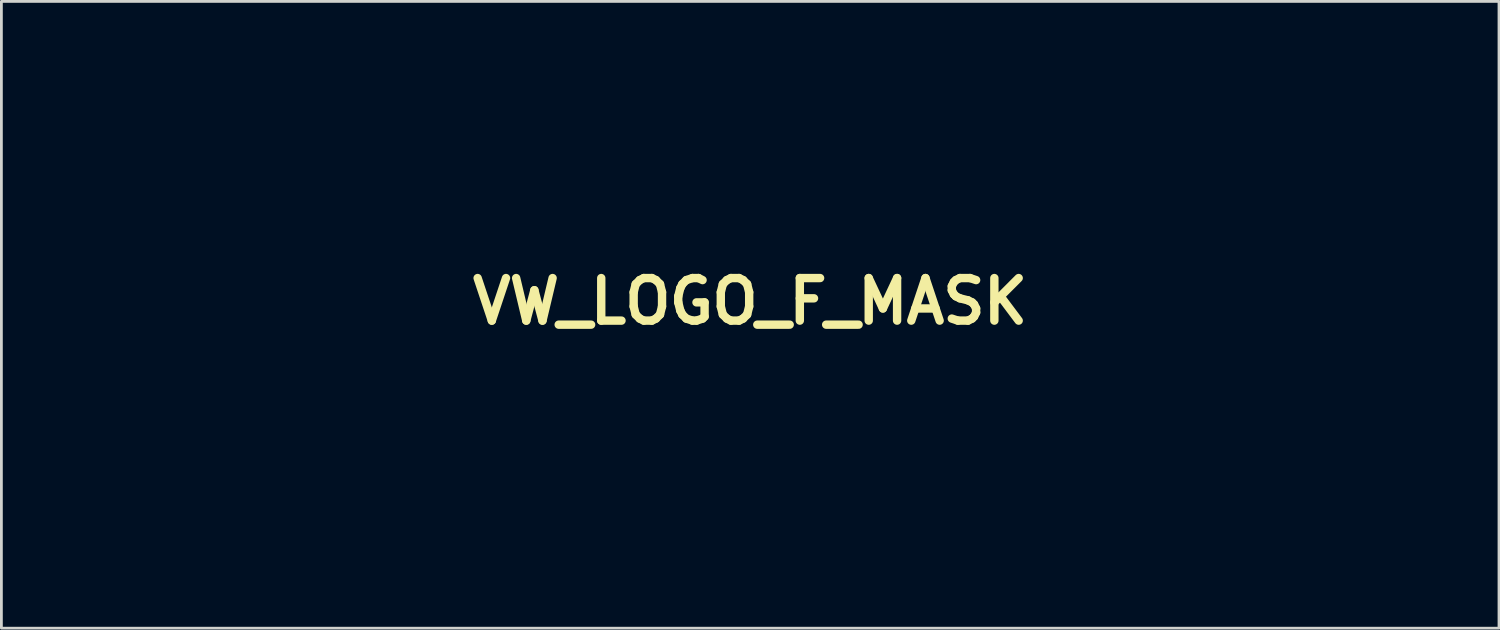
<source format=kicad_pcb>
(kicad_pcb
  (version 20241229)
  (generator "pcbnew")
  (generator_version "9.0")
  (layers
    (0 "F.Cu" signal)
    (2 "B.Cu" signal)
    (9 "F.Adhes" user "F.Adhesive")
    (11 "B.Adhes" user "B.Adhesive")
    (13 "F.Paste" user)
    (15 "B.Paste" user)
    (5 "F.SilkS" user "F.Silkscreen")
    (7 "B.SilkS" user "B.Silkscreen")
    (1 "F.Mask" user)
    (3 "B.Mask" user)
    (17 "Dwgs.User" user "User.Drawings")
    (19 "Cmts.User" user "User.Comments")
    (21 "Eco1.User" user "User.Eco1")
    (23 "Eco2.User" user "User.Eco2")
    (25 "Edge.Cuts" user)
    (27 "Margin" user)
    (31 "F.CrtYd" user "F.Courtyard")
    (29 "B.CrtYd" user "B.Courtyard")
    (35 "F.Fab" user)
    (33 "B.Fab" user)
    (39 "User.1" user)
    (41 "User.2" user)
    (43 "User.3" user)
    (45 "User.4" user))
  (footprint "VW_LOGO_F_MASK"
    (layer "F.Cu")
    (at 23.817 7.743)
    (property "Reference" "VW_LOGO_F_MASK" (at 0 0 0) (layer "F.SilkS") (effects (font (size 1.524 1.524) (thickness 0.3))))
    (attr through_hole)
    (fp_poly (pts (xy -17.843 0.603) (xy -17.875 0.635) (xy -17.907 0.603) (xy -17.875 0.572) (xy -17.843 0.603)) (stroke (width 0.01) (type solid)) (fill yes) (layer "F.Mask"))
    (fp_poly (pts (xy -17.526 0.349) (xy -17.558 0.381) (xy -17.59 0.349) (xy -17.558 0.318) (xy -17.526 0.349)) (stroke (width 0.01) (type solid)) (fill yes) (layer "F.Mask"))
    (fp_poly (pts (xy -17.272 4.604) (xy -17.304 4.636) (xy -17.335 4.604) (xy -17.304 4.572) (xy -17.272 4.604)) (stroke (width 0.01) (type solid)) (fill yes) (layer "F.Mask"))
    (fp_poly (pts (xy -17.209 5.239) (xy -17.24 5.271) (xy -17.272 5.239) (xy -17.24 5.207) (xy -17.209 5.239)) (stroke (width 0.01) (type solid)) (fill yes) (layer "F.Mask"))
    (fp_poly (pts (xy -17.081 5.493) (xy -17.113 5.524) (xy -17.145 5.493) (xy -17.113 5.461) (xy -17.081 5.493)) (stroke (width 0.01) (type solid)) (fill yes) (layer "F.Mask"))
    (fp_poly (pts (xy -16.701 6.001) (xy -16.732 6.032) (xy -16.764 6.001) (xy -16.732 5.969) (xy -16.701 6.001)) (stroke (width 0.01) (type solid)) (fill yes) (layer "F.Mask"))
    (fp_poly (pts (xy -16.51 5.366) (xy -16.542 5.397) (xy -16.573 5.366) (xy -16.542 5.334) (xy -16.51 5.366)) (stroke (width 0.01) (type solid)) (fill yes) (layer "F.Mask"))
    (fp_poly (pts (xy -16.32 2.826) (xy -16.351 2.857) (xy -16.383 2.826) (xy -16.351 2.794) (xy -16.32 2.826)) (stroke (width 0.01) (type solid)) (fill yes) (layer "F.Mask"))
    (fp_poly (pts (xy -16.32 3.016) (xy -16.351 3.048) (xy -16.383 3.016) (xy -16.351 2.985) (xy -16.32 3.016)) (stroke (width 0.01) (type solid)) (fill yes) (layer "F.Mask"))
    (fp_poly (pts (xy -15.938 2.445) (xy -15.97 2.477) (xy -16.002 2.445) (xy -15.97 2.413) (xy -15.938 2.445)) (stroke (width 0.01) (type solid)) (fill yes) (layer "F.Mask"))
    (fp_poly (pts (xy -15.938 3.905) (xy -15.97 3.937) (xy -16.002 3.905) (xy -15.97 3.873) (xy -15.938 3.905)) (stroke (width 0.01) (type solid)) (fill yes) (layer "F.Mask"))
    (fp_poly (pts (xy -15.684 4.731) (xy -15.716 4.763) (xy -15.748 4.731) (xy -15.716 4.699) (xy -15.684 4.731)) (stroke (width 0.01) (type solid)) (fill yes) (layer "F.Mask"))
    (fp_poly (pts (xy -15.557 5.048) (xy -15.589 5.08) (xy -15.621 5.048) (xy -15.589 5.016) (xy -15.557 5.048)) (stroke (width 0.01) (type solid)) (fill yes) (layer "F.Mask"))
    (fp_poly (pts (xy -15.431 5.302) (xy -15.462 5.334) (xy -15.494 5.302) (xy -15.462 5.271) (xy -15.431 5.302)) (stroke (width 0.01) (type solid)) (fill yes) (layer "F.Mask"))
    (fp_poly (pts (xy -14.986 5.112) (xy -15.018 5.144) (xy -15.05 5.112) (xy -15.018 5.08) (xy -14.986 5.112)) (stroke (width 0.01) (type solid)) (fill yes) (layer "F.Mask"))
    (fp_poly (pts (xy -14.796 4.731) (xy -14.827 4.763) (xy -14.859 4.731) (xy -14.827 4.699) (xy -14.796 4.731)) (stroke (width 0.01) (type solid)) (fill yes) (layer "F.Mask"))
    (fp_poly (pts (xy -14.796 4.921) (xy -14.827 4.953) (xy -14.859 4.921) (xy -14.827 4.889) (xy -14.796 4.921)) (stroke (width 0.01) (type solid)) (fill yes) (layer "F.Mask"))
    (fp_poly (pts (xy -14.605 4.731) (xy -14.637 4.763) (xy -14.668 4.731) (xy -14.637 4.699) (xy -14.605 4.731)) (stroke (width 0.01) (type solid)) (fill yes) (layer "F.Mask"))
    (fp_poly (pts (xy -14.478 3.905) (xy -14.51 3.937) (xy -14.541 3.905) (xy -14.51 3.873) (xy -14.478 3.905)) (stroke (width 0.01) (type solid)) (fill yes) (layer "F.Mask"))
    (fp_poly (pts (xy -14.351 -0.603) (xy -14.383 -0.572) (xy -14.415 -0.603) (xy -14.383 -0.635) (xy -14.351 -0.603)) (stroke (width 0.01) (type solid)) (fill yes) (layer "F.Mask"))
    (fp_poly (pts (xy -14.224 -0.54) (xy -14.256 -0.508) (xy -14.287 -0.54) (xy -14.256 -0.572) (xy -14.224 -0.54)) (stroke (width 0.01) (type solid)) (fill yes) (layer "F.Mask"))
    (fp_poly (pts (xy -10.223 -6.445) (xy -10.255 -6.413) (xy -10.287 -6.445) (xy -10.255 -6.477) (xy -10.223 -6.445)) (stroke (width 0.01) (type solid)) (fill yes) (layer "F.Mask"))
    (fp_poly (pts (xy -8.445 6.064) (xy -8.477 6.096) (xy -8.509 6.064) (xy -8.477 6.032) (xy -8.445 6.064)) (stroke (width 0.01) (type solid)) (fill yes) (layer "F.Mask"))
    (fp_poly (pts (xy -8.255 -0.857) (xy -8.287 -0.826) (xy -8.319 -0.857) (xy -8.287 -0.889) (xy -8.255 -0.857)) (stroke (width 0.01) (type solid)) (fill yes) (layer "F.Mask"))
    (fp_poly (pts (xy -7.62 -1.048) (xy -7.652 -1.016) (xy -7.684 -1.048) (xy -7.652 -1.079) (xy -7.62 -1.048)) (stroke (width 0.01) (type solid)) (fill yes) (layer "F.Mask"))
    (fp_poly (pts (xy -7.366 6.128) (xy -7.398 6.16) (xy -7.429 6.128) (xy -7.398 6.096) (xy -7.366 6.128)) (stroke (width 0.01) (type solid)) (fill yes) (layer "F.Mask"))
    (fp_poly (pts (xy -1.778 -4.604) (xy -1.81 -4.572) (xy -1.841 -4.604) (xy -1.81 -4.636) (xy -1.778 -4.604)) (stroke (width 0.01) (type solid)) (fill yes) (layer "F.Mask"))
    (fp_poly (pts (xy -1.714 -4.35) (xy -1.746 -4.318) (xy -1.778 -4.35) (xy -1.746 -4.381) (xy -1.714 -4.35)) (stroke (width 0.01) (type solid)) (fill yes) (layer "F.Mask"))
    (fp_poly (pts (xy -1.46 -3.524) (xy -1.492 -3.493) (xy -1.524 -3.524) (xy -1.492 -3.556) (xy -1.46 -3.524)) (stroke (width 0.01) (type solid)) (fill yes) (layer "F.Mask"))
    (fp_poly (pts (xy -1.27 -3.016) (xy -1.302 -2.985) (xy -1.333 -3.016) (xy -1.302 -3.048) (xy -1.27 -3.016)) (stroke (width 0.01) (type solid)) (fill yes) (layer "F.Mask"))
    (fp_poly (pts (xy -1.206 -3.207) (xy -1.238 -3.175) (xy -1.27 -3.207) (xy -1.238 -3.239) (xy -1.206 -3.207)) (stroke (width 0.01) (type solid)) (fill yes) (layer "F.Mask"))
    (fp_poly (pts (xy -1.206 -2.889) (xy -1.238 -2.857) (xy -1.27 -2.889) (xy -1.238 -2.921) (xy -1.206 -2.889)) (stroke (width 0.01) (type solid)) (fill yes) (layer "F.Mask"))
    (fp_poly (pts (xy -1.143 -3.08) (xy -1.175 -3.048) (xy -1.206 -3.08) (xy -1.175 -3.111) (xy -1.143 -3.08)) (stroke (width 0.01) (type solid)) (fill yes) (layer "F.Mask"))
    (fp_poly (pts (xy 0.572 5.747) (xy 0.54 5.779) (xy 0.508 5.747) (xy 0.54 5.715) (xy 0.572 5.747)) (stroke (width 0.01) (type solid)) (fill yes) (layer "F.Mask"))
    (fp_poly (pts (xy 0.635 3.842) (xy 0.603 3.873) (xy 0.572 3.842) (xy 0.603 3.81) (xy 0.635 3.842)) (stroke (width 0.01) (type solid)) (fill yes) (layer "F.Mask"))
    (fp_poly (pts (xy 0.635 5.874) (xy 0.603 5.905) (xy 0.572 5.874) (xy 0.603 5.842) (xy 0.635 5.874)) (stroke (width 0.01) (type solid)) (fill yes) (layer "F.Mask"))
    (fp_poly (pts (xy 0.762 -0.73) (xy 0.73 -0.699) (xy 0.699 -0.73) (xy 0.73 -0.762) (xy 0.762 -0.73)) (stroke (width 0.01) (type solid)) (fill yes) (layer "F.Mask"))
    (fp_poly (pts (xy 1.079 -6.255) (xy 1.048 -6.223) (xy 1.016 -6.255) (xy 1.048 -6.287) (xy 1.079 -6.255)) (stroke (width 0.01) (type solid)) (fill yes) (layer "F.Mask"))
    (fp_poly (pts (xy 1.27 -6.255) (xy 1.238 -6.223) (xy 1.206 -6.255) (xy 1.238 -6.287) (xy 1.27 -6.255)) (stroke (width 0.01) (type solid)) (fill yes) (layer "F.Mask"))
    (fp_poly (pts (xy 1.397 -6.255) (xy 1.365 -6.223) (xy 1.333 -6.255) (xy 1.365 -6.287) (xy 1.397 -6.255)) (stroke (width 0.01) (type solid)) (fill yes) (layer "F.Mask"))
    (fp_poly (pts (xy 1.587 4.477) (xy 1.556 4.508) (xy 1.524 4.477) (xy 1.556 4.445) (xy 1.587 4.477)) (stroke (width 0.01) (type solid)) (fill yes) (layer "F.Mask"))
    (fp_poly (pts (xy 1.714 3.207) (xy 1.683 3.239) (xy 1.651 3.207) (xy 1.683 3.175) (xy 1.714 3.207)) (stroke (width 0.01) (type solid)) (fill yes) (layer "F.Mask"))
    (fp_poly (pts (xy 1.714 4.604) (xy 1.683 4.636) (xy 1.651 4.604) (xy 1.683 4.572) (xy 1.714 4.604)) (stroke (width 0.01) (type solid)) (fill yes) (layer "F.Mask"))
    (fp_poly (pts (xy 1.968 -3.143) (xy 1.937 -3.111) (xy 1.905 -3.143) (xy 1.937 -3.175) (xy 1.968 -3.143)) (stroke (width 0.01) (type solid)) (fill yes) (layer "F.Mask"))
    (fp_poly (pts (xy 2.223 2.762) (xy 2.191 2.794) (xy 2.159 2.762) (xy 2.191 2.731) (xy 2.223 2.762)) (stroke (width 0.01) (type solid)) (fill yes) (layer "F.Mask"))
    (fp_poly (pts (xy 2.286 2.572) (xy 2.254 2.603) (xy 2.223 2.572) (xy 2.254 2.54) (xy 2.286 2.572)) (stroke (width 0.01) (type solid)) (fill yes) (layer "F.Mask"))
    (fp_poly (pts (xy 2.54 3.27) (xy 2.508 3.302) (xy 2.477 3.27) (xy 2.508 3.239) (xy 2.54 3.27)) (stroke (width 0.01) (type solid)) (fill yes) (layer "F.Mask"))
    (fp_poly (pts (xy 2.603 3.016) (xy 2.572 3.048) (xy 2.54 3.016) (xy 2.572 2.985) (xy 2.603 3.016)) (stroke (width 0.01) (type solid)) (fill yes) (layer "F.Mask"))
    (fp_poly (pts (xy 3.111 2.445) (xy 3.08 2.477) (xy 3.048 2.445) (xy 3.08 2.413) (xy 3.111 2.445)) (stroke (width 0.01) (type solid)) (fill yes) (layer "F.Mask"))
    (fp_poly (pts (xy 3.175 7.207) (xy 3.143 7.239) (xy 3.111 7.207) (xy 3.143 7.176) (xy 3.175 7.207)) (stroke (width 0.01) (type solid)) (fill yes) (layer "F.Mask"))
    (fp_poly (pts (xy 3.747 5.81) (xy 3.715 5.842) (xy 3.683 5.81) (xy 3.715 5.779) (xy 3.747 5.81)) (stroke (width 0.01) (type solid)) (fill yes) (layer "F.Mask"))
    (fp_poly (pts (xy 3.81 5.366) (xy 3.778 5.397) (xy 3.747 5.366) (xy 3.778 5.334) (xy 3.81 5.366)) (stroke (width 0.01) (type solid)) (fill yes) (layer "F.Mask"))
    (fp_poly (pts (xy 7.303 3.715) (xy 7.271 3.747) (xy 7.239 3.715) (xy 7.271 3.683) (xy 7.303 3.715)) (stroke (width 0.01) (type solid)) (fill yes) (layer "F.Mask"))
    (fp_poly (pts (xy 7.366 3.842) (xy 7.334 3.873) (xy 7.303 3.842) (xy 7.334 3.81) (xy 7.366 3.842)) (stroke (width 0.01) (type solid)) (fill yes) (layer "F.Mask"))
    (fp_poly (pts (xy 7.556 1.619) (xy 7.525 1.651) (xy 7.493 1.619) (xy 7.525 1.587) (xy 7.556 1.619)) (stroke (width 0.01) (type solid)) (fill yes) (layer "F.Mask"))
    (fp_poly (pts (xy 8.001 4.604) (xy 7.969 4.636) (xy 7.938 4.604) (xy 7.969 4.572) (xy 8.001 4.604)) (stroke (width 0.01) (type solid)) (fill yes) (layer "F.Mask"))
    (fp_poly (pts (xy 8.065 3.524) (xy 8.033 3.556) (xy 8.001 3.524) (xy 8.033 3.493) (xy 8.065 3.524)) (stroke (width 0.01) (type solid)) (fill yes) (layer "F.Mask"))
    (fp_poly (pts (xy 8.319 3.842) (xy 8.287 3.873) (xy 8.255 3.842) (xy 8.287 3.81) (xy 8.319 3.842)) (stroke (width 0.01) (type solid)) (fill yes) (layer "F.Mask"))
    (fp_poly (pts (xy 8.7 -1.683) (xy 8.668 -1.651) (xy 8.636 -1.683) (xy 8.668 -1.714) (xy 8.7 -1.683)) (stroke (width 0.01) (type solid)) (fill yes) (layer "F.Mask"))
    (fp_poly (pts (xy 8.954 1.619) (xy 8.922 1.651) (xy 8.89 1.619) (xy 8.922 1.587) (xy 8.954 1.619)) (stroke (width 0.01) (type solid)) (fill yes) (layer "F.Mask"))
    (fp_poly (pts (xy 8.954 3.651) (xy 8.922 3.683) (xy 8.89 3.651) (xy 8.922 3.619) (xy 8.954 3.651)) (stroke (width 0.01) (type solid)) (fill yes) (layer "F.Mask"))
    (fp_poly (pts (xy 9.207 2) (xy 9.176 2.032) (xy 9.144 2) (xy 9.176 1.968) (xy 9.207 2)) (stroke (width 0.01) (type solid)) (fill yes) (layer "F.Mask"))
    (fp_poly (pts (xy 9.588 3.461) (xy 9.557 3.493) (xy 9.525 3.461) (xy 9.557 3.429) (xy 9.588 3.461)) (stroke (width 0.01) (type solid)) (fill yes) (layer "F.Mask"))
    (fp_poly (pts (xy 10.097 -1.048) (xy 10.065 -1.016) (xy 10.033 -1.048) (xy 10.065 -1.079) (xy 10.097 -1.048)) (stroke (width 0.01) (type solid)) (fill yes) (layer "F.Mask"))
    (fp_poly (pts (xy 10.223 -0.984) (xy 10.192 -0.953) (xy 10.16 -0.984) (xy 10.192 -1.016) (xy 10.223 -0.984)) (stroke (width 0.01) (type solid)) (fill yes) (layer "F.Mask"))
    (fp_poly (pts (xy 10.351 -0.921) (xy 10.319 -0.889) (xy 10.287 -0.921) (xy 10.319 -0.953) (xy 10.351 -0.921)) (stroke (width 0.01) (type solid)) (fill yes) (layer "F.Mask"))
    (fp_poly (pts (xy 10.541 -1.556) (xy 10.509 -1.524) (xy 10.477 -1.556) (xy 10.509 -1.587) (xy 10.541 -1.556)) (stroke (width 0.01) (type solid)) (fill yes) (layer "F.Mask"))
    (fp_poly (pts (xy 10.732 3.905) (xy 10.7 3.937) (xy 10.668 3.905) (xy 10.7 3.873) (xy 10.732 3.905)) (stroke (width 0.01) (type solid)) (fill yes) (layer "F.Mask"))
    (fp_poly (pts (xy 12.636 1.238) (xy 12.605 1.27) (xy 12.573 1.238) (xy 12.605 1.206) (xy 12.636 1.238)) (stroke (width 0.01) (type solid)) (fill yes) (layer "F.Mask"))
    (fp_poly (pts (xy 12.764 1.238) (xy 12.732 1.27) (xy 12.7 1.238) (xy 12.732 1.206) (xy 12.764 1.238)) (stroke (width 0.01) (type solid)) (fill yes) (layer "F.Mask"))
    (fp_poly (pts (xy 13.018 1.619) (xy 12.986 1.651) (xy 12.954 1.619) (xy 12.986 1.587) (xy 13.018 1.619)) (stroke (width 0.01) (type solid)) (fill yes) (layer "F.Mask"))
    (fp_poly (pts (xy 16.129 2.508) (xy 16.097 2.54) (xy 16.066 2.508) (xy 16.097 2.477) (xy 16.129 2.508)) (stroke (width 0.01) (type solid)) (fill yes) (layer "F.Mask"))
    (fp_poly (pts (xy 16.32 2.381) (xy 16.288 2.413) (xy 16.256 2.381) (xy 16.288 2.349) (xy 16.32 2.381)) (stroke (width 0.01) (type solid)) (fill yes) (layer "F.Mask"))
    (fp_poly (pts (xy 16.51 3.461) (xy 16.478 3.493) (xy 16.447 3.461) (xy 16.478 3.429) (xy 16.51 3.461)) (stroke (width 0.01) (type solid)) (fill yes) (layer "F.Mask"))
    (fp_poly (pts (xy 17.653 2.127) (xy 17.621 2.159) (xy 17.59 2.127) (xy 17.621 2.095) (xy 17.653 2.127)) (stroke (width 0.01) (type solid)) (fill yes) (layer "F.Mask"))
    (fp_poly (pts (xy 17.716 2.254) (xy 17.685 2.286) (xy 17.653 2.254) (xy 17.685 2.223) (xy 17.716 2.254)) (stroke (width 0.01) (type solid)) (fill yes) (layer "F.Mask"))
    (fp_poly (pts (xy 17.78 2.381) (xy 17.748 2.413) (xy 17.716 2.381) (xy 17.748 2.349) (xy 17.78 2.381)) (stroke (width 0.01) (type solid)) (fill yes) (layer "F.Mask"))
    (fp_poly (pts (xy 17.843 2.508) (xy 17.812 2.54) (xy 17.78 2.508) (xy 17.812 2.477) (xy 17.843 2.508)) (stroke (width 0.01) (type solid)) (fill yes) (layer "F.Mask"))
    (fp_poly (pts (xy 22.352 7.271) (xy 22.32 7.303) (xy 22.288 7.271) (xy 22.32 7.239) (xy 22.352 7.271)) (stroke (width 0.01) (type solid)) (fill yes) (layer "F.Mask"))
    (fp_poly (pts (xy 23.05 8.477) (xy 23.019 8.509) (xy 22.987 8.477) (xy 23.019 8.445) (xy 23.05 8.477)) (stroke (width 0.01) (type solid)) (fill yes) (layer "F.Mask"))
    (fp_poly (pts (xy 23.812 8.35) (xy 23.781 8.382) (xy 23.749 8.35) (xy 23.781 8.319) (xy 23.812 8.35)) (stroke (width 0.01) (type solid)) (fill yes) (layer "F.Mask"))
    (fp_poly (pts (xy -15.896 2.244) (xy -15.889 2.319) (xy -15.896 2.328) (xy -15.934 2.32) (xy -15.938 2.286) (xy -15.915 2.234) (xy -15.896 2.244)) (stroke (width 0.01) (type solid)) (fill yes) (layer "F.Mask"))
    (fp_poly (pts (xy -15.833 2.117) (xy -15.841 2.154) (xy -15.875 2.159) (xy -15.927 2.136) (xy -15.917 2.117) (xy -15.842 2.109) (xy -15.833 2.117)) (stroke (width 0.01) (type solid)) (fill yes) (layer "F.Mask"))
    (fp_poly (pts (xy -15.769 2.434) (xy -15.778 2.472) (xy -15.812 2.477) (xy -15.864 2.453) (xy -15.854 2.434) (xy -15.778 2.427) (xy -15.769 2.434)) (stroke (width 0.01) (type solid)) (fill yes) (layer "F.Mask"))
    (fp_poly (pts (xy -10.435 -5.44) (xy -10.444 -5.402) (xy -10.477 -5.397) (xy -10.53 -5.421) (xy -10.52 -5.44) (xy -10.444 -5.447) (xy -10.435 -5.44)) (stroke (width 0.01) (type solid)) (fill yes) (layer "F.Mask"))
    (fp_poly (pts (xy -9.864 -5.63) (xy -9.872 -5.593) (xy -9.906 -5.588) (xy -9.958 -5.611) (xy -9.948 -5.63) (xy -9.873 -5.638) (xy -9.864 -5.63)) (stroke (width 0.01) (type solid)) (fill yes) (layer "F.Mask"))
    (fp_poly (pts (xy -9.606 -5.69) (xy -9.625 -5.661) (xy -9.689 -5.657) (xy -9.757 -5.672) (xy -9.727 -5.695) (xy -9.628 -5.702) (xy -9.606 -5.69)) (stroke (width 0.01) (type solid)) (fill yes) (layer "F.Mask"))
    (fp_poly (pts (xy -9.352 -5.753) (xy -9.371 -5.725) (xy -9.435 -5.72) (xy -9.503 -5.736) (xy -9.473 -5.758) (xy -9.374 -5.766) (xy -9.352 -5.753)) (stroke (width 0.01) (type solid)) (fill yes) (layer "F.Mask"))
    (fp_poly (pts (xy -8.085 -5.092) (xy -8.077 -4.993) (xy -8.09 -4.97) (xy -8.118 -4.989) (xy -8.123 -5.054) (xy -8.107 -5.121) (xy -8.085 -5.092)) (stroke (width 0.01) (type solid)) (fill yes) (layer "F.Mask"))
    (fp_poly (pts (xy -7.891 -0.864) (xy -7.91 -0.835) (xy -7.975 -0.831) (xy -8.042 -0.846) (xy -8.013 -0.869) (xy -7.914 -0.876) (xy -7.891 -0.864)) (stroke (width 0.01) (type solid)) (fill yes) (layer "F.Mask"))
    (fp_poly (pts (xy -7.705 6.117) (xy -7.713 6.155) (xy -7.747 6.16) (xy -7.799 6.136) (xy -7.789 6.117) (xy -7.714 6.11) (xy -7.705 6.117)) (stroke (width 0.01) (type solid)) (fill yes) (layer "F.Mask"))
    (fp_poly (pts (xy -7.514 6.117) (xy -7.523 6.155) (xy -7.556 6.16) (xy -7.609 6.136) (xy -7.599 6.117) (xy -7.523 6.11) (xy -7.514 6.117)) (stroke (width 0.01) (type solid)) (fill yes) (layer "F.Mask"))
    (fp_poly (pts (xy -6.969 -7.345) (xy -6.961 -7.321) (xy -7.048 -7.313) (xy -7.139 -7.323) (xy -7.128 -7.345) (xy -6.998 -7.353) (xy -6.969 -7.345)) (stroke (width 0.01) (type solid)) (fill yes) (layer "F.Mask"))
    (fp_poly (pts (xy -3.196 -7.726) (xy -3.205 -7.688) (xy -3.239 -7.684) (xy -3.291 -7.707) (xy -3.281 -7.726) (xy -3.205 -7.733) (xy -3.196 -7.726)) (stroke (width 0.01) (type solid)) (fill yes) (layer "F.Mask"))
    (fp_poly (pts (xy -1.672 -4.17) (xy -1.665 -4.094) (xy -1.672 -4.085) (xy -1.71 -4.094) (xy -1.714 -4.128) (xy -1.691 -4.18) (xy -1.672 -4.17)) (stroke (width 0.01) (type solid)) (fill yes) (layer "F.Mask"))
    (fp_poly (pts (xy -1.671 -5.092) (xy -1.664 -4.993) (xy -1.676 -4.97) (xy -1.705 -4.989) (xy -1.709 -5.054) (xy -1.694 -5.121) (xy -1.671 -5.092)) (stroke (width 0.01) (type solid)) (fill yes) (layer "F.Mask"))
    (fp_poly (pts (xy -1.609 -3.979) (xy -1.601 -3.904) (xy -1.609 -3.895) (xy -1.646 -3.903) (xy -1.651 -3.937) (xy -1.628 -3.989) (xy -1.609 -3.979)) (stroke (width 0.01) (type solid)) (fill yes) (layer "F.Mask"))
    (fp_poly (pts (xy -1.545 -3.725) (xy -1.538 -3.65) (xy -1.545 -3.641) (xy -1.583 -3.649) (xy -1.587 -3.683) (xy -1.564 -3.735) (xy -1.545 -3.725)) (stroke (width 0.01) (type solid)) (fill yes) (layer "F.Mask"))
    (fp_poly (pts (xy -0.937 -6.075) (xy -0.929 -6.051) (xy -1.016 -6.043) (xy -1.106 -6.053) (xy -1.095 -6.075) (xy -0.965 -6.083) (xy -0.937 -6.075)) (stroke (width 0.01) (type solid)) (fill yes) (layer "F.Mask"))
    (fp_poly (pts (xy -0.275 -7.535) (xy -0.284 -7.498) (xy -0.318 -7.493) (xy -0.37 -7.516) (xy -0.36 -7.535) (xy -0.284 -7.543) (xy -0.275 -7.535)) (stroke (width 0.01) (type solid)) (fill yes) (layer "F.Mask"))
    (fp_poly (pts (xy 0.042 -2.773) (xy 0.034 -2.735) (xy 0 -2.731) (xy -0.052 -2.754) (xy -0.042 -2.773) (xy 0.033 -2.78) (xy 0.042 -2.773)) (stroke (width 0.01) (type solid)) (fill yes) (layer "F.Mask"))
    (fp_poly (pts (xy 0.36 -2.836) (xy 0.351 -2.799) (xy 0.318 -2.794) (xy 0.265 -2.817) (xy 0.275 -2.836) (xy 0.351 -2.844) (xy 0.36 -2.836)) (stroke (width 0.01) (type solid)) (fill yes) (layer "F.Mask"))
    (fp_poly (pts (xy 1.122 3.641) (xy 1.129 3.716) (xy 1.122 3.725) (xy 1.084 3.717) (xy 1.079 3.683) (xy 1.103 3.631) (xy 1.122 3.641)) (stroke (width 0.01) (type solid)) (fill yes) (layer "F.Mask"))
    (fp_poly (pts (xy 1.697 -7.214) (xy 1.678 -7.185) (xy 1.614 -7.181) (xy 1.546 -7.196) (xy 1.576 -7.219) (xy 1.675 -7.226) (xy 1.697 -7.214)) (stroke (width 0.01) (type solid)) (fill yes) (layer "F.Mask"))
    (fp_poly (pts (xy 1.757 3.387) (xy 1.764 3.462) (xy 1.757 3.471) (xy 1.719 3.463) (xy 1.714 3.429) (xy 1.738 3.377) (xy 1.757 3.387)) (stroke (width 0.01) (type solid)) (fill yes) (layer "F.Mask"))
    (fp_poly (pts (xy 2.078 -7.15) (xy 2.059 -7.122) (xy 1.995 -7.117) (xy 1.927 -7.133) (xy 1.957 -7.155) (xy 2.056 -7.163) (xy 2.078 -7.15)) (stroke (width 0.01) (type solid)) (fill yes) (layer "F.Mask"))
    (fp_poly (pts (xy 2.202 5.513) (xy 2.21 5.612) (xy 2.197 5.634) (xy 2.169 5.615) (xy 2.164 5.551) (xy 2.18 5.483) (xy 2.202 5.513)) (stroke (width 0.01) (type solid)) (fill yes) (layer "F.Mask"))
    (fp_poly (pts (xy 2.773 5.736) (xy 2.764 5.774) (xy 2.731 5.779) (xy 2.678 5.755) (xy 2.688 5.736) (xy 2.764 5.729) (xy 2.773 5.736)) (stroke (width 0.01) (type solid)) (fill yes) (layer "F.Mask"))
    (fp_poly (pts (xy 2.963 -6.202) (xy 2.955 -6.164) (xy 2.921 -6.16) (xy 2.869 -6.183) (xy 2.879 -6.202) (xy 2.954 -6.209) (xy 2.963 -6.202)) (stroke (width 0.01) (type solid)) (fill yes) (layer "F.Mask"))
    (fp_poly (pts (xy 2.964 2.147) (xy 2.972 2.246) (xy 2.959 2.269) (xy 2.931 2.25) (xy 2.926 2.185) (xy 2.942 2.118) (xy 2.964 2.147)) (stroke (width 0.01) (type solid)) (fill yes) (layer "F.Mask"))
    (fp_poly (pts (xy 3.789 5.609) (xy 3.78 5.647) (xy 3.747 5.652) (xy 3.694 5.628) (xy 3.704 5.609) (xy 3.78 5.602) (xy 3.789 5.609)) (stroke (width 0.01) (type solid)) (fill yes) (layer "F.Mask"))
    (fp_poly (pts (xy 3.856 -0.102) (xy 3.837 -0.073) (xy 3.773 -0.069) (xy 3.705 -0.084) (xy 3.735 -0.107) (xy 3.834 -0.114) (xy 3.856 -0.102)) (stroke (width 0.01) (type solid)) (fill yes) (layer "F.Mask"))
    (fp_poly (pts (xy 4.17 4.403) (xy 4.177 4.478) (xy 4.17 4.487) (xy 4.132 4.479) (xy 4.128 4.445) (xy 4.151 4.393) (xy 4.17 4.403)) (stroke (width 0.01) (type solid)) (fill yes) (layer "F.Mask"))
    (fp_poly (pts (xy 5.858 -2.455) (xy 5.866 -2.432) (xy 5.779 -2.423) (xy 5.688 -2.433) (xy 5.699 -2.455) (xy 5.829 -2.463) (xy 5.858 -2.455)) (stroke (width 0.01) (type solid)) (fill yes) (layer "F.Mask"))
    (fp_poly (pts (xy 7.853 2.688) (xy 7.86 2.764) (xy 7.853 2.773) (xy 7.815 2.764) (xy 7.811 2.731) (xy 7.834 2.678) (xy 7.853 2.688)) (stroke (width 0.01) (type solid)) (fill yes) (layer "F.Mask"))
    (fp_poly (pts (xy 8.678 1.482) (xy 8.67 1.519) (xy 8.636 1.524) (xy 8.584 1.501) (xy 8.594 1.482) (xy 8.669 1.474) (xy 8.678 1.482)) (stroke (width 0.01) (type solid)) (fill yes) (layer "F.Mask"))
    (fp_poly (pts (xy 9.25 3.45) (xy 9.257 3.526) (xy 9.25 3.535) (xy 9.212 3.526) (xy 9.207 3.493) (xy 9.231 3.44) (xy 9.25 3.45)) (stroke (width 0.01) (type solid)) (fill yes) (layer "F.Mask"))
    (fp_poly (pts (xy 9.504 3.577) (xy 9.511 3.653) (xy 9.504 3.662) (xy 9.466 3.653) (xy 9.461 3.619) (xy 9.485 3.567) (xy 9.504 3.577)) (stroke (width 0.01) (type solid)) (fill yes) (layer "F.Mask"))
    (fp_poly (pts (xy 9.694 3.641) (xy 9.702 3.716) (xy 9.694 3.725) (xy 9.657 3.717) (xy 9.652 3.683) (xy 9.675 3.631) (xy 9.694 3.641)) (stroke (width 0.01) (type solid)) (fill yes) (layer "F.Mask"))
    (fp_poly (pts (xy 16.362 2.053) (xy 16.369 2.129) (xy 16.362 2.138) (xy 16.324 2.129) (xy 16.32 2.095) (xy 16.343 2.043) (xy 16.362 2.053)) (stroke (width 0.01) (type solid)) (fill yes) (layer "F.Mask"))
    (fp_poly (pts (xy 17.06 1.545) (xy 17.052 1.583) (xy 17.018 1.587) (xy 16.966 1.564) (xy 16.976 1.545) (xy 17.051 1.538) (xy 17.06 1.545)) (stroke (width 0.01) (type solid)) (fill yes) (layer "F.Mask"))
    (fp_poly (pts (xy 17.887 2.719) (xy 17.894 2.818) (xy 17.882 2.84) (xy 17.853 2.821) (xy 17.849 2.757) (xy 17.864 2.689) (xy 17.887 2.719)) (stroke (width 0.01) (type solid)) (fill yes) (layer "F.Mask"))
    (fp_poly (pts (xy -15.694 2.205) (xy -15.684 2.251) (xy -15.705 2.342) (xy -15.76 2.315) (xy -15.777 2.29) (xy -15.769 2.209) (xy -15.749 2.191) (xy -15.694 2.205)) (stroke (width 0.01) (type solid)) (fill yes) (layer "F.Mask"))
    (fp_poly (pts (xy -10.381 -6.401) (xy -10.4 -6.354) (xy -10.459 -6.322) (xy -10.533 -6.303) (xy -10.503 -6.35) (xy -10.494 -6.358) (xy -10.411 -6.408) (xy -10.381 -6.401)) (stroke (width 0.01) (type solid)) (fill yes) (layer "F.Mask"))
    (fp_poly (pts (xy -1.397 -3.264) (xy -1.389 -3.255) (xy -1.339 -3.172) (xy -1.346 -3.142) (xy -1.393 -3.161) (xy -1.425 -3.22) (xy -1.444 -3.294) (xy -1.397 -3.264)) (stroke (width 0.01) (type solid)) (fill yes) (layer "F.Mask"))
    (fp_poly (pts (xy -0.988 -2.818) (xy -0.898 -2.767) (xy -0.913 -2.734) (xy -0.949 -2.731) (xy -1.035 -2.777) (xy -1.047 -2.793) (xy -1.037 -2.829) (xy -0.988 -2.818)) (stroke (width 0.01) (type solid)) (fill yes) (layer "F.Mask"))
    (fp_poly (pts (xy 1.341 5.253) (xy 1.344 5.256) (xy 1.389 5.366) (xy 1.384 5.406) (xy 1.351 5.421) (xy 1.316 5.339) (xy 1.302 5.241) (xy 1.341 5.253)) (stroke (width 0.01) (type solid)) (fill yes) (layer "F.Mask"))
    (fp_poly (pts (xy 2.258 4.424) (xy 2.247 4.473) (xy 2.195 4.563) (xy 2.162 4.548) (xy 2.159 4.512) (xy 2.205 4.426) (xy 2.222 4.414) (xy 2.258 4.424)) (stroke (width 0.01) (type solid)) (fill yes) (layer "F.Mask"))
    (fp_poly (pts (xy 2.779 5.176) (xy 2.715 5.25) (xy 2.655 5.271) (xy 2.63 5.234) (xy 2.668 5.174) (xy 2.746 5.107) (xy 2.778 5.106) (xy 2.779 5.176)) (stroke (width 0.01) (type solid)) (fill yes) (layer "F.Mask"))
    (fp_poly (pts (xy 11.357 -0.292) (xy 11.425 -0.228) (xy 11.411 -0.191) (xy 11.402 -0.191) (xy 11.348 -0.236) (xy 11.329 -0.264) (xy 11.321 -0.307) (xy 11.357 -0.292)) (stroke (width 0.01) (type solid)) (fill yes) (layer "F.Mask"))
    (fp_poly (pts (xy 12.563 0.978) (xy 12.631 1.042) (xy 12.617 1.079) (xy 12.608 1.079) (xy 12.555 1.034) (xy 12.535 1.006) (xy 12.528 0.963) (xy 12.563 0.978)) (stroke (width 0.01) (type solid)) (fill yes) (layer "F.Mask"))
    (fp_poly (pts (xy 12.591 -0.779) (xy 12.605 -0.762) (xy 12.627 -0.705) (xy 12.567 -0.726) (xy 12.509 -0.762) (xy 12.461 -0.813) (xy 12.49 -0.825) (xy 12.591 -0.779)) (stroke (width 0.01) (type solid)) (fill yes) (layer "F.Mask"))
    (fp_poly (pts (xy 12.909 -0.589) (xy 12.922 -0.572) (xy 12.945 -0.514) (xy 12.885 -0.536) (xy 12.827 -0.572) (xy 12.778 -0.622) (xy 12.807 -0.634) (xy 12.909 -0.589)) (stroke (width 0.01) (type solid)) (fill yes) (layer "F.Mask"))
    (fp_poly (pts (xy 13.071 -0.482) (xy 13.139 -0.418) (xy 13.125 -0.382) (xy 13.116 -0.381) (xy 13.063 -0.426) (xy 13.043 -0.454) (xy 13.036 -0.498) (xy 13.071 -0.482)) (stroke (width 0.01) (type solid)) (fill yes) (layer "F.Mask"))
    (fp_poly (pts (xy -16.384 5.631) (xy -16.383 5.641) (xy -16.434 5.688) (xy -16.475 5.694) (xy -16.539 5.666) (xy -16.535 5.641) (xy -16.451 5.589) (xy -16.443 5.588) (xy -16.384 5.631)) (stroke (width 0.01) (type solid)) (fill yes) (layer "F.Mask"))
    (fp_poly (pts (xy -15.975 3.228) (xy -15.966 3.302) (xy -15.969 3.408) (xy -15.991 3.417) (xy -16.023 3.387) (xy -16.062 3.298) (xy -16.053 3.205) (xy -16.016 3.175) (xy -15.975 3.228)) (stroke (width 0.01) (type solid)) (fill yes) (layer "F.Mask"))
    (fp_poly (pts (xy -15.673 2.897) (xy -15.606 2.981) (xy -15.593 3.057) (xy -15.605 3.07) (xy -15.676 3.05) (xy -15.736 2.98) (xy -15.774 2.886) (xy -15.756 2.857) (xy -15.673 2.897)) (stroke (width 0.01) (type solid)) (fill yes) (layer "F.Mask"))
    (fp_poly (pts (xy -15.564 4.497) (xy -15.557 4.54) (xy -15.607 4.624) (xy -15.651 4.636) (xy -15.715 4.593) (xy -15.707 4.54) (xy -15.645 4.456) (xy -15.614 4.445) (xy -15.564 4.497)) (stroke (width 0.01) (type solid)) (fill yes) (layer "F.Mask"))
    (fp_poly (pts (xy -15.303 2.985) (xy -15.202 3.076) (xy -15.177 3.145) (xy -15.209 3.229) (xy -15.283 3.216) (xy -15.365 3.116) (xy -15.423 2.984) (xy -15.402 2.945) (xy -15.303 2.985)) (stroke (width 0.01) (type solid)) (fill yes) (layer "F.Mask"))
    (fp_poly (pts (xy -14.998 4.689) (xy -14.986 4.763) (xy -15.013 4.866) (xy -15.05 4.889) (xy -15.101 4.836) (xy -15.113 4.763) (xy -15.086 4.659) (xy -15.05 4.636) (xy -14.998 4.689)) (stroke (width 0.01) (type solid)) (fill yes) (layer "F.Mask"))
    (fp_poly (pts (xy -11.033 5.797) (xy -11.003 5.813) (xy -11.083 5.823) (xy -11.176 5.825) (xy -11.313 5.82) (xy -11.351 5.807) (xy -11.319 5.797) (xy -11.134 5.787) (xy -11.033 5.797)) (stroke (width 0.01) (type solid)) (fill yes) (layer "F.Mask"))
    (fp_poly (pts (xy -10.059 -5.564) (xy -10.128 -5.524) (xy -10.263 -5.477) (xy -10.332 -5.471) (xy -10.313 -5.506) (xy -10.287 -5.524) (xy -10.151 -5.577) (xy -10.097 -5.583) (xy -10.059 -5.564)) (stroke (width 0.01) (type solid)) (fill yes) (layer "F.Mask"))
    (fp_poly (pts (xy -9.729 -6.639) (xy -9.717 -6.587) (xy -9.808 -6.546) (xy -9.971 -6.515) (xy -10.192 -6.484) (xy -9.978 -6.579) (xy -9.83 -6.632) (xy -9.737 -6.643) (xy -9.729 -6.639)) (stroke (width 0.01) (type solid)) (fill yes) (layer "F.Mask"))
    (fp_poly (pts (xy -8.329 -7.078) (xy -8.319 -7.048) (xy -8.37 -6.992) (xy -8.414 -6.985) (xy -8.498 -7.019) (xy -8.509 -7.048) (xy -8.458 -7.105) (xy -8.414 -7.112) (xy -8.329 -7.078)) (stroke (width 0.01) (type solid)) (fill yes) (layer "F.Mask"))
    (fp_poly (pts (xy -8.08 6.052) (xy -8.061 6.071) (xy -8.148 6.081) (xy -8.191 6.081) (xy -8.307 6.075) (xy -8.321 6.058) (xy -8.303 6.052) (xy -8.142 6.042) (xy -8.08 6.052)) (stroke (width 0.01) (type solid)) (fill yes) (layer "F.Mask"))
    (fp_poly (pts (xy -8.075 -7.141) (xy -8.065 -7.112) (xy -8.116 -7.056) (xy -8.16 -7.048) (xy -8.244 -7.083) (xy -8.255 -7.112) (xy -8.204 -7.168) (xy -8.16 -7.176) (xy -8.075 -7.141)) (stroke (width 0.01) (type solid)) (fill yes) (layer "F.Mask"))
    (fp_poly (pts (xy -7.812 -7.191) (xy -7.811 -7.176) (xy -7.862 -7.12) (xy -7.909 -7.112) (xy -7.975 -7.143) (xy -7.969 -7.176) (xy -7.888 -7.237) (xy -7.87 -7.239) (xy -7.812 -7.191)) (stroke (width 0.01) (type solid)) (fill yes) (layer "F.Mask"))
    (fp_poly (pts (xy -7.558 -7.254) (xy -7.556 -7.239) (xy -7.608 -7.183) (xy -7.655 -7.176) (xy -7.721 -7.206) (xy -7.715 -7.239) (xy -7.634 -7.3) (xy -7.616 -7.303) (xy -7.558 -7.254)) (stroke (width 0.01) (type solid)) (fill yes) (layer "F.Mask"))
    (fp_poly (pts (xy -7.349 -0.87) (xy -7.324 -0.855) (xy -7.407 -0.846) (xy -7.525 -0.844) (xy -7.669 -0.848) (xy -7.711 -0.86) (xy -7.667 -0.871) (xy -7.479 -0.882) (xy -7.349 -0.87)) (stroke (width 0.01) (type solid)) (fill yes) (layer "F.Mask"))
    (fp_poly (pts (xy -7.241 -7.324) (xy -7.239 -7.303) (xy -7.293 -7.253) (xy -7.382 -7.24) (xy -7.475 -7.25) (xy -7.452 -7.287) (xy -7.429 -7.303) (xy -7.298 -7.362) (xy -7.241 -7.324)) (stroke (width 0.01) (type solid)) (fill yes) (layer "F.Mask"))
    (fp_poly (pts (xy -0.524 -6.14) (xy -0.504 -6.121) (xy -0.592 -6.111) (xy -0.635 -6.111) (xy -0.751 -6.117) (xy -0.764 -6.134) (xy -0.746 -6.14) (xy -0.585 -6.15) (xy -0.524 -6.14)) (stroke (width 0.01) (type solid)) (fill yes) (layer "F.Mask"))
    (fp_poly (pts (xy 0.111 -6.205) (xy 0.151 -6.191) (xy 0.078 -6.182) (xy -0.064 -6.179) (xy -0.22 -6.182) (xy -0.279 -6.193) (xy -0.238 -6.205) (xy -0.033 -6.216) (xy 0.111 -6.205)) (stroke (width 0.01) (type solid)) (fill yes) (layer "F.Mask"))
    (fp_poly (pts (xy 0.81 -6.267) (xy 0.829 -6.248) (xy 0.742 -6.238) (xy 0.699 -6.238) (xy 0.583 -6.244) (xy 0.569 -6.261) (xy 0.587 -6.267) (xy 0.748 -6.277) (xy 0.81 -6.267)) (stroke (width 0.01) (type solid)) (fill yes) (layer "F.Mask"))
    (fp_poly (pts (xy 1.097 -0.74) (xy 1.099 -0.719) (xy 0.999 -0.711) (xy 0.984 -0.711) (xy 0.886 -0.72) (xy 0.895 -0.739) (xy 0.906 -0.743) (xy 1.044 -0.752) (xy 1.097 -0.74)) (stroke (width 0.01) (type solid)) (fill yes) (layer "F.Mask"))
    (fp_poly (pts (xy 1.683 6.438) (xy 1.714 6.477) (xy 1.675 6.536) (xy 1.559 6.498) (xy 1.524 6.477) (xy 1.474 6.431) (xy 1.537 6.415) (xy 1.572 6.414) (xy 1.683 6.438)) (stroke (width 0.01) (type solid)) (fill yes) (layer "F.Mask"))
    (fp_poly (pts (xy 2.21 3.629) (xy 2.24 3.697) (xy 2.225 3.774) (xy 2.187 3.859) (xy 2.155 3.826) (xy 2.137 3.78) (xy 2.116 3.656) (xy 2.175 3.619) (xy 2.21 3.629)) (stroke (width 0.01) (type solid)) (fill yes) (layer "F.Mask"))
    (fp_poly (pts (xy 3.541 5.388) (xy 3.556 5.489) (xy 3.545 5.623) (xy 3.516 5.636) (xy 3.474 5.525) (xy 3.474 5.525) (xy 3.471 5.406) (xy 3.498 5.362) (xy 3.541 5.388)) (stroke (width 0.01) (type solid)) (fill yes) (layer "F.Mask"))
    (fp_poly (pts (xy 4.062 5.446) (xy 4.064 5.461) (xy 4.016 5.523) (xy 4 5.524) (xy 3.939 5.476) (xy 3.937 5.461) (xy 3.985 5.399) (xy 4 5.397) (xy 4.062 5.446)) (stroke (width 0.01) (type solid)) (fill yes) (layer "F.Mask"))
    (fp_poly (pts (xy 10.447 -0.864) (xy 10.525 -0.827) (xy 10.633 -0.764) (xy 10.668 -0.728) (xy 10.648 -0.702) (xy 10.572 -0.746) (xy 10.506 -0.797) (xy 10.424 -0.866) (xy 10.447 -0.864)) (stroke (width 0.01) (type solid)) (fill yes) (layer "F.Mask"))
    (fp_poly (pts (xy 11.654 -0.044) (xy 11.7 -0.008) (xy 11.799 0.085) (xy 11.798 0.126) (xy 11.787 0.127) (xy 11.734 0.084) (xy 11.676 0.016) (xy 11.621 -0.059) (xy 11.654 -0.044)) (stroke (width 0.01) (type solid)) (fill yes) (layer "F.Mask"))
    (fp_poly (pts (xy 15.977 1.564) (xy 15.907 1.651) (xy 15.811 1.745) (xy 15.76 1.778) (xy 15.773 1.738) (xy 15.843 1.651) (xy 15.939 1.557) (xy 15.99 1.524) (xy 15.977 1.564)) (stroke (width 0.01) (type solid)) (fill yes) (layer "F.Mask"))
    (fp_poly (pts (xy 23.558 8.35) (xy 23.619 8.407) (xy 23.622 8.417) (xy 23.573 8.445) (xy 23.558 8.445) (xy 23.497 8.397) (xy 23.495 8.378) (xy 23.534 8.34) (xy 23.558 8.35)) (stroke (width 0.01) (type solid)) (fill yes) (layer "F.Mask"))
    (fp_poly (pts (xy 2.792 3.336) (xy 2.796 3.34) (xy 2.881 3.43) (xy 2.876 3.462) (xy 2.796 3.465) (xy 2.676 3.425) (xy 2.635 3.375) (xy 2.621 3.269) (xy 2.681 3.255) (xy 2.792 3.336)) (stroke (width 0.01) (type solid)) (fill yes) (layer "F.Mask"))
    (fp_poly (pts (xy 3.198 3.403) (xy 3.271 3.474) (xy 3.302 3.579) (xy 3.282 3.665) (xy 3.241 3.683) (xy 3.166 3.633) (xy 3.109 3.551) (xy 3.062 3.422) (xy 3.108 3.38) (xy 3.198 3.403)) (stroke (width 0.01) (type solid)) (fill yes) (layer "F.Mask"))
    (fp_poly (pts (xy 23.754 7.704) (xy 23.772 7.825) (xy 23.775 7.858) (xy 23.763 7.976) (xy 23.707 7.995) (xy 23.654 7.938) (xy 23.65 7.837) (xy 23.68 7.763) (xy 23.729 7.689) (xy 23.754 7.704)) (stroke (width 0.01) (type solid)) (fill yes) (layer "F.Mask"))
    (fp_poly (pts (xy -16.812 0.272) (xy -16.764 0.284) (xy -16.829 0.293) (xy -16.992 0.297) (xy -17.018 0.297) (xy -17.192 0.294) (xy -17.27 0.285) (xy -17.237 0.273) (xy -17.224 0.272) (xy -17.002 0.261) (xy -16.812 0.272)) (stroke (width 0.01) (type solid)) (fill yes) (layer "F.Mask"))
    (fp_poly (pts (xy -4.591 -7.662) (xy -4.547 -7.632) (xy -4.585 -7.599) (xy -4.715 -7.574) (xy -4.814 -7.567) (xy -4.987 -7.566) (xy -5.045 -7.586) (xy -5.016 -7.618) (xy -4.886 -7.666) (xy -4.725 -7.681) (xy -4.591 -7.662)) (stroke (width 0.01) (type solid)) (fill yes) (layer "F.Mask"))
    (fp_poly (pts (xy 2.735 -4.998) (xy 2.794 -4.955) (xy 2.794 -4.953) (xy 2.74 -4.905) (xy 2.639 -4.889) (xy 2.505 -4.913) (xy 2.445 -4.953) (xy 2.47 -4.998) (xy 2.593 -5.016) (xy 2.6 -5.016) (xy 2.735 -4.998)) (stroke (width 0.01) (type solid)) (fill yes) (layer "F.Mask"))
    (fp_poly (pts (xy 16.859 1.655) (xy 16.94 1.692) (xy 16.905 1.707) (xy 16.832 1.71) (xy 16.676 1.755) (xy 16.521 1.857) (xy 16.366 2) (xy 16.439 1.859) (xy 16.577 1.693) (xy 16.749 1.633) (xy 16.859 1.655)) (stroke (width 0.01) (type solid)) (fill yes) (layer "F.Mask"))
    (fp_poly (pts (xy 0.181 -0.812) (xy 0.238 -0.809) (xy 0.308 -0.799) (xy 0.264 -0.791) (xy 0.115 -0.786) (xy -0.064 -0.785) (xy -0.284 -0.787) (xy -0.41 -0.793) (xy -0.43 -0.801) (xy -0.365 -0.809) (xy -0.099 -0.818) (xy 0.181 -0.812)) (stroke (width 0.01) (type solid)) (fill yes) (layer "F.Mask"))
    (fp_poly (pts (xy 13.306 2.201) (xy 13.384 2.331) (xy 13.406 2.371) (xy 13.479 2.525) (xy 13.512 2.624) (xy 13.51 2.64) (xy 13.47 2.606) (xy 13.402 2.489) (xy 13.378 2.442) (xy 13.3 2.264) (xy 13.277 2.181) (xy 13.306 2.201)) (stroke (width 0.01) (type solid)) (fill yes) (layer "F.Mask"))
    (fp_poly (pts (xy -15.812 -0.199) (xy -15.859 -0.124) (xy -15.975 -0.02) (xy -16.002 0) (xy -16.124 0.072) (xy -16.189 0.082) (xy -16.192 0.072) (xy -16.145 -0.003) (xy -16.029 -0.107) (xy -16.002 -0.127) (xy -15.88 -0.199) (xy -15.815 -0.209) (xy -15.812 -0.199)) (stroke (width 0.01) (type solid)) (fill yes) (layer "F.Mask"))
    (fp_poly (pts (xy -1.218 -6.016) (xy -1.27 -5.987) (xy -1.455 -5.872) (xy -1.611 -5.7) (xy -1.654 -5.62) (xy -1.694 -5.536) (xy -1.709 -5.569) (xy -1.71 -5.607) (xy -1.664 -5.741) (xy -1.547 -5.885) (xy -1.402 -5.994) (xy -1.289 -6.027) (xy -1.218 -6.016)) (stroke (width 0.01) (type solid)) (fill yes) (layer "F.Mask"))
    (fp_poly (pts (xy -0.721 -7.59) (xy -0.572 -7.556) (xy -0.48 -7.523) (xy -0.494 -7.508) (xy -0.626 -7.504) (xy -0.635 -7.504) (xy -0.826 -7.518) (xy -0.981 -7.555) (xy -0.984 -7.556) (xy -1.054 -7.594) (xy -1.015 -7.608) (xy -0.921 -7.609) (xy -0.721 -7.59)) (stroke (width 0.01) (type solid)) (fill yes) (layer "F.Mask"))
    (fp_poly (pts (xy 10.895 -0.606) (xy 10.911 -0.597) (xy 11.068 -0.497) (xy 11.178 -0.408) (xy 11.189 -0.397) (xy 11.234 -0.332) (xy 11.2 -0.337) (xy 11.079 -0.416) (xy 10.998 -0.472) (xy 10.828 -0.597) (xy 10.752 -0.665) (xy 10.773 -0.669) (xy 10.895 -0.606)) (stroke (width 0.01) (type solid)) (fill yes) (layer "F.Mask"))
    (fp_poly (pts (xy 13.093 1.765) (xy 13.167 1.887) (xy 13.176 1.905) (xy 13.234 2.032) (xy 13.246 2.094) (xy 13.243 2.095) (xy 13.196 2.045) (xy 13.122 1.923) (xy 13.113 1.905) (xy 13.055 1.778) (xy 13.043 1.716) (xy 13.046 1.714) (xy 13.093 1.765)) (stroke (width 0.01) (type solid)) (fill yes) (layer "F.Mask"))
    (fp_poly (pts (xy -3.592 -7.724) (xy -3.556 -7.699) (xy -3.614 -7.675) (xy -3.768 -7.654) (xy -3.986 -7.642) (xy -4.016 -7.641) (xy -4.24 -7.639) (xy -4.343 -7.647) (xy -4.331 -7.667) (xy -4.286 -7.681) (xy -4.106 -7.715) (xy -3.905 -7.735) (xy -3.72 -7.738) (xy -3.592 -7.724)) (stroke (width 0.01) (type solid)) (fill yes) (layer "F.Mask"))
    (fp_poly (pts (xy 1.156 2.135) (xy 1.194 2.176) (xy 1.227 2.291) (xy 1.188 2.488) (xy 1.186 2.493) (xy 1.097 2.672) (xy 0.978 2.729) (xy 0.845 2.68) (xy 0.811 2.615) (xy 0.839 2.486) (xy 0.89 2.364) (xy 0.988 2.177) (xy 1.071 2.104) (xy 1.156 2.135)) (stroke (width 0.01) (type solid)) (fill yes) (layer "F.Mask"))
    (fp_poly (pts (xy -17.068 2.782) (xy -17.018 2.969) (xy -17.01 3.174) (xy -17.041 3.354) (xy -17.106 3.464) (xy -17.129 3.477) (xy -17.204 3.469) (xy -17.213 3.45) (xy -17.223 3.356) (xy -17.242 3.196) (xy -17.244 3.175) (xy -17.247 2.96) (xy -17.216 2.762) (xy -17.16 2.572) (xy -17.068 2.782)) (stroke (width 0.01) (type solid)) (fill yes) (layer "F.Mask"))
    (fp_poly (pts (xy -15.321 4.937) (xy -15.253 5.123) (xy -15.242 5.167) (xy -15.209 5.332) (xy -15.219 5.387) (xy -15.279 5.348) (xy -15.328 5.3) (xy -15.391 5.181) (xy -15.387 5.104) (xy -15.397 4.99) (xy -15.435 4.95) (xy -15.487 4.881) (xy -15.475 4.85) (xy -15.4 4.84) (xy -15.321 4.937)) (stroke (width 0.01) (type solid)) (fill yes) (layer "F.Mask"))
    (fp_poly (pts (xy 1.062 5.216) (xy 1.116 5.246) (xy 1.098 5.277) (xy 1.064 5.369) (xy 1.103 5.525) (xy 1.121 5.57) (xy 1.183 5.743) (xy 1.177 5.812) (xy 1.098 5.778) (xy 1.003 5.699) (xy 0.85 5.539) (xy 0.731 5.382) (xy 0.62 5.207) (xy 0.894 5.207) (xy 1.062 5.216)) (stroke (width 0.01) (type solid)) (fill yes) (layer "F.Mask"))
    (fp_poly (pts (xy 17.246 1.671) (xy 17.376 1.786) (xy 17.502 1.912) (xy 17.578 1.996) (xy 17.59 2.013) (xy 17.565 2.027) (xy 17.482 1.958) (xy 17.397 1.871) (xy 17.275 1.771) (xy 17.176 1.739) (xy 17.167 1.741) (xy 17.115 1.728) (xy 17.125 1.675) (xy 17.166 1.634) (xy 17.246 1.671)) (stroke (width 0.01) (type solid)) (fill yes) (layer "F.Mask"))
    (fp_poly (pts (xy -15.326 5.45) (xy -15.182 5.486) (xy -15.113 5.54) (xy -15.112 5.547) (xy -15.096 5.663) (xy -15.073 5.763) (xy -15.065 5.872) (xy -15.14 5.902) (xy -15.153 5.902) (xy -15.291 5.855) (xy -15.373 5.791) (xy -15.471 5.646) (xy -15.507 5.554) (xy -15.513 5.469) (xy -15.45 5.441) (xy -15.326 5.45)) (stroke (width 0.01) (type solid)) (fill yes) (layer "F.Mask"))
    (fp_poly (pts (xy 0.774 2.984) (xy 0.864 3.151) (xy 0.866 3.353) (xy 0.864 3.364) (xy 0.838 3.573) (xy 0.826 3.762) (xy 0.826 3.762) (xy 0.808 3.903) (xy 0.757 3.922) (xy 0.682 3.822) (xy 0.644 3.743) (xy 0.59 3.525) (xy 0.598 3.231) (xy 0.603 3.188) (xy 0.648 2.828) (xy 0.774 2.984)) (stroke (width 0.01) (type solid)) (fill yes) (layer "F.Mask"))
    (fp_poly (pts (xy 8.619 1.645) (xy 8.643 1.657) (xy 8.673 1.697) (xy 8.587 1.713) (xy 8.552 1.714) (xy 8.291 1.765) (xy 8.099 1.921) (xy 8.036 2.018) (xy 7.972 2.116) (xy 7.941 2.126) (xy 7.94 2.12) (xy 7.988 1.976) (xy 8.117 1.832) (xy 8.29 1.713) (xy 8.469 1.642) (xy 8.619 1.645)) (stroke (width 0.01) (type solid)) (fill yes) (layer "F.Mask"))
    (fp_poly (pts (xy 16.704 3.709) (xy 16.739 3.733) (xy 17.019 3.88) (xy 17.274 3.903) (xy 17.498 3.806) (xy 17.685 3.671) (xy 17.507 3.836) (xy 17.307 3.969) (xy 17.104 3.986) (xy 16.87 3.89) (xy 16.85 3.878) (xy 16.704 3.777) (xy 16.609 3.689) (xy 16.603 3.68) (xy 16.615 3.66) (xy 16.704 3.709)) (stroke (width 0.01) (type solid)) (fill yes) (layer "F.Mask"))
    (fp_poly (pts (xy -16.869 4.582) (xy -16.809 4.635) (xy -16.789 4.767) (xy -16.786 4.826) (xy -16.794 4.985) (xy -16.824 5.073) (xy -16.838 5.08) (xy -16.87 5.041) (xy -16.859 5.016) (xy -16.867 4.958) (xy -16.893 4.953) (xy -16.98 4.907) (xy -17.091 4.802) (xy -17.18 4.685) (xy -17.206 4.62) (xy -17.152 4.587) (xy -17.018 4.572) (xy -17.002 4.572) (xy -16.869 4.582)) (stroke (width 0.01) (type solid)) (fill yes) (layer "F.Mask"))
    (fp_poly (pts (xy -0.008 -7.477) (xy 0.221 -7.454) (xy 0.518 -7.414) (xy 0.865 -7.361) (xy 1.016 -7.336) (xy 1.22 -7.297) (xy 1.308 -7.27) (xy 1.293 -7.256) (xy 1.185 -7.258) (xy 0.995 -7.276) (xy 0.762 -7.307) (xy 0.5 -7.345) (xy 0.236 -7.381) (xy 0.132 -7.395) (xy -0.046 -7.424) (xy -0.165 -7.456) (xy -0.185 -7.468) (xy -0.15 -7.483) (xy -0.008 -7.477)) (stroke (width 0.01) (type solid)) (fill yes) (layer "F.Mask"))
    (fp_poly (pts (xy 2.7 2.352) (xy 2.718 2.452) (xy 2.707 2.607) (xy 2.676 2.768) (xy 2.633 2.888) (xy 2.598 2.921) (xy 2.542 2.872) (xy 2.54 2.854) (xy 2.5 2.819) (xy 2.466 2.832) (xy 2.418 2.83) (xy 2.428 2.745) (xy 2.419 2.593) (xy 2.365 2.472) (xy 2.306 2.375) (xy 2.328 2.356) (xy 2.356 2.364) (xy 2.485 2.364) (xy 2.552 2.341) (xy 2.664 2.323) (xy 2.7 2.352)) (stroke (width 0.01) (type solid)) (fill yes) (layer "F.Mask"))
    (fp_poly (pts (xy 4.386 5.462) (xy 4.354 5.608) (xy 4.257 5.831) (xy 4.235 5.873) (xy 4.104 6.098) (xy 3.992 6.221) (xy 3.875 6.264) (xy 3.731 6.243) (xy 3.637 6.19) (xy 3.64 6.095) (xy 3.739 5.941) (xy 3.778 5.894) (xy 3.878 5.787) (xy 3.933 5.749) (xy 3.937 5.755) (xy 3.973 5.743) (xy 4.063 5.653) (xy 4.122 5.586) (xy 4.266 5.441) (xy 4.355 5.403) (xy 4.386 5.462)) (stroke (width 0.01) (type solid)) (fill yes) (layer "F.Mask"))
    (fp_poly (pts (xy 9.452 3.761) (xy 9.372 3.858) (xy 9.366 3.864) (xy 9.23 3.99) (xy 9.062 4.105) (xy 8.908 4.177) (xy 8.846 4.189) (xy 8.758 4.164) (xy 8.61 4.106) (xy 8.588 4.096) (xy 8.452 4.028) (xy 8.384 3.975) (xy 8.382 3.97) (xy 8.428 3.965) (xy 8.505 3.998) (xy 8.743 4.065) (xy 9.005 4.019) (xy 9.302 3.857) (xy 9.366 3.81) (xy 9.45 3.749) (xy 9.452 3.761)) (stroke (width 0.01) (type solid)) (fill yes) (layer "F.Mask"))
    (fp_poly (pts (xy -15.516 3.314) (xy -15.442 3.452) (xy -15.412 3.637) (xy -15.412 3.659) (xy -15.445 3.868) (xy -15.517 4.004) (xy -15.612 4.051) (xy -15.71 3.996) (xy -15.746 3.941) (xy -15.807 3.777) (xy -15.772 3.694) (xy -15.716 3.683) (xy -15.632 3.647) (xy -15.621 3.616) (xy -15.659 3.576) (xy -15.68 3.585) (xy -15.756 3.583) (xy -15.794 3.495) (xy -15.78 3.365) (xy -15.707 3.253) (xy -15.612 3.242) (xy -15.516 3.314)) (stroke (width 0.01) (type solid)) (fill yes) (layer "F.Mask"))
    (fp_poly (pts (xy -14.438 4.879) (xy -14.534 5.024) (xy -14.546 5.04) (xy -14.624 5.151) (xy -14.643 5.206) (xy -14.639 5.207) (xy -14.634 5.253) (xy -14.668 5.334) (xy -14.771 5.441) (xy -14.888 5.45) (xy -14.959 5.389) (xy -14.95 5.304) (xy -14.898 5.258) (xy -14.83 5.177) (xy -14.836 5.124) (xy -14.847 5.082) (xy -14.827 5.096) (xy -14.757 5.082) (xy -14.644 4.993) (xy -14.595 4.941) (xy -14.474 4.825) (xy -14.419 4.808) (xy -14.438 4.879)) (stroke (width 0.01) (type solid)) (fill yes) (layer "F.Mask"))
    (fp_poly (pts (xy -2.65 -7.689) (xy -2.644 -7.689) (xy -2.56 -7.684) (xy -2.38 -7.679) (xy -2.135 -7.675) (xy -1.977 -7.673) (xy -1.697 -7.665) (xy -1.455 -7.65) (xy -1.286 -7.628) (xy -1.238 -7.616) (xy -1.232 -7.594) (xy -1.336 -7.58) (xy -1.53 -7.576) (xy -1.799 -7.579) (xy -2.125 -7.592) (xy -2.49 -7.613) (xy -2.635 -7.623) (xy -2.838 -7.642) (xy -2.95 -7.66) (xy -2.956 -7.675) (xy -2.921 -7.679) (xy -2.756 -7.69) (xy -2.65 -7.689)) (stroke (width 0.01) (type solid)) (fill yes) (layer "F.Mask"))
    (fp_poly (pts (xy -8.572 -7.004) (xy -8.628 -6.956) (xy -8.772 -6.899) (xy -8.886 -6.865) (xy -9.081 -6.803) (xy -9.227 -6.735) (xy -9.268 -6.702) (xy -9.361 -6.648) (xy -9.491 -6.622) (xy -9.606 -6.628) (xy -9.652 -6.669) (xy -9.599 -6.735) (xy -9.478 -6.766) (xy -9.356 -6.75) (xy -9.284 -6.742) (xy -9.292 -6.776) (xy -9.263 -6.833) (xy -9.13 -6.892) (xy -9.056 -6.913) (xy -8.862 -6.965) (xy -8.709 -7.011) (xy -8.676 -7.022) (xy -8.589 -7.029) (xy -8.572 -7.004)) (stroke (width 0.01) (type solid)) (fill yes) (layer "F.Mask"))
    (fp_poly (pts (xy 2.846 3.746) (xy 2.953 3.87) (xy 3.005 4.052) (xy 2.997 4.257) (xy 2.921 4.455) (xy 2.87 4.524) (xy 2.77 4.616) (xy 2.684 4.613) (xy 2.576 4.507) (xy 2.545 4.468) (xy 2.439 4.313) (xy 2.429 4.227) (xy 2.516 4.193) (xy 2.572 4.191) (xy 2.691 4.169) (xy 2.731 4.128) (xy 2.676 4.08) (xy 2.572 4.064) (xy 2.454 4.048) (xy 2.417 4.016) (xy 2.486 3.826) (xy 2.634 3.721) (xy 2.692 3.709) (xy 2.846 3.746)) (stroke (width 0.01) (type solid)) (fill yes) (layer "F.Mask"))
    (fp_poly (pts (xy -16.598 3.589) (xy -16.547 3.708) (xy -16.553 3.917) (xy -16.592 4.16) (xy -16.642 4.286) (xy -16.696 4.292) (xy -16.745 4.176) (xy -16.777 3.969) (xy -16.821 3.822) (xy -16.891 3.778) (xy -16.954 3.814) (xy -16.978 3.939) (xy -16.978 4.048) (xy -16.978 4.213) (xy -16.987 4.308) (xy -16.993 4.318) (xy -17.038 4.27) (xy -17.128 4.148) (xy -17.188 4.059) (xy -17.283 3.899) (xy -17.303 3.793) (xy -17.232 3.717) (xy -17.057 3.647) (xy -16.943 3.611) (xy -16.725 3.561) (xy -16.598 3.589)) (stroke (width 0.01) (type solid)) (fill yes) (layer "F.Mask"))
    (fp_poly (pts (xy -15.841 5.381) (xy -15.746 5.546) (xy -15.687 5.677) (xy -15.655 5.798) (xy -15.691 5.84) (xy -15.718 5.842) (xy -15.794 5.895) (xy -15.812 5.969) (xy -15.842 6.063) (xy -15.955 6.095) (xy -15.998 6.096) (xy -16.141 6.081) (xy -16.213 6.048) (xy -16.215 5.958) (xy -16.189 5.863) (xy -16.111 5.76) (xy -15.99 5.756) (xy -15.889 5.774) (xy -15.899 5.744) (xy -15.965 5.689) (xy -16.045 5.6) (xy -16.041 5.497) (xy -16.01 5.421) (xy -15.951 5.306) (xy -15.906 5.299) (xy -15.841 5.381)) (stroke (width 0.01) (type solid)) (fill yes) (layer "F.Mask"))
    (fp_poly (pts (xy -5.207 -7.612) (xy -5.157 -7.594) (xy -5.144 -7.561) (xy -5.144 -7.557) (xy -5.179 -7.504) (xy -5.191 -7.505) (xy -5.273 -7.504) (xy -5.447 -7.491) (xy -5.676 -7.468) (xy -5.715 -7.463) (xy -5.972 -7.436) (xy -6.198 -7.413) (xy -6.348 -7.399) (xy -6.354 -7.399) (xy -6.501 -7.378) (xy -6.577 -7.353) (xy -6.68 -7.344) (xy -6.757 -7.362) (xy -6.752 -7.389) (xy -6.632 -7.425) (xy -6.406 -7.469) (xy -6.122 -7.513) (xy -5.75 -7.565) (xy -5.485 -7.598) (xy -5.31 -7.613) (xy -5.207 -7.612)) (stroke (width 0.01) (type solid)) (fill yes) (layer "F.Mask"))
    (fp_poly (pts (xy 1.52 2.54) (xy 1.545 2.572) (xy 1.606 2.695) (xy 1.632 2.837) (xy 1.62 2.949) (xy 1.579 2.985) (xy 1.536 3.039) (xy 1.493 3.171) (xy 1.492 3.175) (xy 1.44 3.326) (xy 1.369 3.354) (xy 1.266 3.266) (xy 1.262 3.26) (xy 1.199 3.117) (xy 1.196 3.029) (xy 1.19 2.939) (xy 1.109 2.944) (xy 1.101 2.947) (xy 1.065 2.941) (xy 1.122 2.866) (xy 1.181 2.809) (xy 1.313 2.674) (xy 1.401 2.559) (xy 1.412 2.536) (xy 1.452 2.488) (xy 1.52 2.54)) (stroke (width 0.01) (type solid)) (fill yes) (layer "F.Mask"))
    (fp_poly (pts (xy -16.269 1.296) (xy -16.266 1.308) (xy -16.277 1.441) (xy -16.326 1.568) (xy -16.376 1.69) (xy -16.35 1.757) (xy -16.325 1.775) (xy -16.273 1.848) (xy -16.296 1.984) (xy -16.304 2.009) (xy -16.353 2.124) (xy -16.389 2.128) (xy -16.414 2.08) (xy -16.502 1.985) (xy -16.564 1.968) (xy -16.63 1.955) (xy -16.584 1.913) (xy -16.545 1.864) (xy -16.624 1.827) (xy -16.632 1.825) (xy -16.744 1.756) (xy -16.741 1.642) (xy -16.624 1.488) (xy -16.526 1.4) (xy -16.381 1.288) (xy -16.303 1.256) (xy -16.269 1.296)) (stroke (width 0.01) (type solid)) (fill yes) (layer "F.Mask"))
    (fp_poly (pts (xy -16.102 4.474) (xy -16.066 4.563) (xy -16.079 4.628) (xy -16.121 4.582) (xy -16.212 4.503) (xy -16.301 4.55) (xy -16.333 4.599) (xy -16.344 4.73) (xy -16.262 4.928) (xy -16.253 4.944) (xy -16.154 5.176) (xy -16.153 5.339) (xy -16.249 5.427) (xy -16.32 5.441) (xy -16.401 5.44) (xy -16.369 5.421) (xy -16.298 5.388) (xy -16.304 5.327) (xy -16.362 5.231) (xy -16.446 5.13) (xy -16.505 5.137) (xy -16.519 5.156) (xy -16.562 5.2) (xy -16.573 5.139) (xy -16.553 5.013) (xy -16.502 4.833) (xy -16.435 4.644) (xy -16.369 4.488) (xy -16.319 4.413) (xy -16.207 4.405) (xy -16.102 4.474)) (stroke (width 0.01) (type solid)) (fill yes) (layer "F.Mask"))
    (fp_poly (pts (xy 2.428 6.112) (xy 2.473 6.156) (xy 2.575 6.282) (xy 2.681 6.447) (xy 2.763 6.603) (xy 2.794 6.701) (xy 2.74 6.717) (xy 2.611 6.701) (xy 2.603 6.699) (xy 2.471 6.681) (xy 2.42 6.726) (xy 2.413 6.821) (xy 2.388 6.946) (xy 2.291 6.984) (xy 2.27 6.984) (xy 2.111 6.957) (xy 2.033 6.923) (xy 1.991 6.876) (xy 1.994 6.795) (xy 2.046 6.653) (xy 2.09 6.562) (xy 2.18 6.562) (xy 2.189 6.599) (xy 2.223 6.604) (xy 2.275 6.581) (xy 2.265 6.562) (xy 2.189 6.554) (xy 2.18 6.562) (xy 2.09 6.562) (xy 2.144 6.448) (xy 2.25 6.235) (xy 2.32 6.12) (xy 2.373 6.085) (xy 2.428 6.112)) (stroke (width 0.01) (type solid)) (fill yes) (layer "F.Mask"))
    (fp_poly (pts (xy 3.252 -3.5) (xy 3.443 -3.487) (xy 3.539 -3.466) (xy 3.542 -3.464) (xy 3.505 -3.445) (xy 3.368 -3.435) (xy 3.156 -3.434) (xy 3.061 -3.437) (xy 2.797 -3.444) (xy 2.621 -3.435) (xy 2.498 -3.402) (xy 2.389 -3.338) (xy 2.315 -3.281) (xy 2.185 -3.189) (xy 2.106 -3.155) (xy 2.095 -3.165) (xy 2.142 -3.241) (xy 2.238 -3.328) (xy 2.305 -3.382) (xy 2.307 -3.41) (xy 2.227 -3.415) (xy 2.046 -3.403) (xy 1.937 -3.394) (xy 1.7 -3.378) (xy 1.576 -3.383) (xy 1.551 -3.412) (xy 1.561 -3.426) (xy 1.645 -3.45) (xy 1.829 -3.471) (xy 2.083 -3.488) (xy 2.38 -3.5) (xy 2.692 -3.506) (xy 2.992 -3.506) (xy 3.252 -3.5)) (stroke (width 0.01) (type solid)) (fill yes) (layer "F.Mask"))
    (fp_poly (pts (xy -15.083 3.651) (xy -15.048 3.767) (xy -15.045 3.826) (xy -15.037 3.952) (xy -15.016 3.962) (xy -14.989 3.905) (xy -14.962 3.779) (xy -14.971 3.722) (xy -14.955 3.689) (xy -14.915 3.696) (xy -14.852 3.779) (xy -14.824 3.958) (xy -14.823 3.974) (xy -14.806 4.146) (xy -14.74 4.245) (xy -14.616 4.314) (xy -14.478 4.402) (xy -14.436 4.485) (xy -14.5 4.543) (xy -14.514 4.547) (xy -14.605 4.536) (xy -14.767 4.492) (xy -14.843 4.466) (xy -15.01 4.388) (xy -15.104 4.305) (xy -15.113 4.277) (xy -15.143 4.214) (xy -15.171 4.22) (xy -15.227 4.195) (xy -15.283 4.087) (xy -15.326 3.94) (xy -15.342 3.797) (xy -15.33 3.724) (xy -15.24 3.636) (xy -15.17 3.619) (xy -15.083 3.651)) (stroke (width 0.01) (type solid)) (fill yes) (layer "F.Mask"))
    (fp_poly (pts (xy -16.826 2.001) (xy -16.823 2.004) (xy -16.748 2.117) (xy -16.743 2.197) (xy -16.752 2.332) (xy -16.737 2.391) (xy -16.698 2.461) (xy -16.647 2.427) (xy -16.617 2.386) (xy -16.554 2.32) (xy -16.503 2.348) (xy -16.448 2.441) (xy -16.395 2.58) (xy -16.425 2.67) (xy -16.435 2.681) (xy -16.502 2.808) (xy -16.51 2.866) (xy -16.544 2.988) (xy -16.624 3.014) (xy -16.691 2.965) (xy -16.729 2.843) (xy -16.72 2.736) (xy -16.706 2.632) (xy -16.766 2.617) (xy -16.834 2.635) (xy -16.934 2.657) (xy -16.931 2.624) (xy -16.911 2.602) (xy -16.877 2.524) (xy -16.944 2.435) (xy -16.97 2.413) (xy -17.056 2.326) (xy -17.067 2.234) (xy -17.021 2.103) (xy -16.959 1.972) (xy -16.906 1.944) (xy -16.826 2.001)) (stroke (width 0.01) (type solid)) (fill yes) (layer "F.Mask"))
    (fp_poly (pts (xy 1.733 -3.151) (xy 1.69 -3.136) (xy 1.529 -3.109) (xy 1.245 -3.069) (xy 1.025 -3.039) (xy 0.753 -2.997) (xy 0.603 -2.958) (xy 0.568 -2.921) (xy 0.58 -2.909) (xy 0.614 -2.873) (xy 0.535 -2.886) (xy 0.526 -2.889) (xy 0.406 -2.9) (xy 0.237 -2.89) (xy 0.052 -2.863) (xy -0.121 -2.827) (xy -0.25 -2.788) (xy -0.305 -2.751) (xy -0.282 -2.729) (xy -0.266 -2.706) (xy -0.359 -2.693) (xy -0.492 -2.692) (xy -0.678 -2.701) (xy -0.799 -2.718) (xy -0.825 -2.731) (xy -0.766 -2.756) (xy -0.605 -2.797) (xy -0.366 -2.848) (xy -0.072 -2.906) (xy 0.254 -2.965) (xy 0.588 -3.023) (xy 0.906 -3.074) (xy 1.184 -3.114) (xy 1.401 -3.14) (xy 1.47 -3.145) (xy 1.658 -3.154) (xy 1.733 -3.151)) (stroke (width 0.01) (type solid)) (fill yes) (layer "F.Mask"))
    (fp_poly (pts (xy 2.978 5.129) (xy 3.066 5.237) (xy 3.168 5.455) (xy 3.288 5.788) (xy 3.355 5.999) (xy 3.441 6.283) (xy 3.491 6.47) (xy 3.507 6.586) (xy 3.492 6.655) (xy 3.45 6.702) (xy 3.442 6.708) (xy 3.308 6.782) (xy 3.195 6.758) (xy 3.066 6.63) (xy 3.06 6.622) (xy 2.948 6.455) (xy 2.939 6.348) (xy 3.037 6.283) (xy 3.116 6.263) (xy 3.244 6.217) (xy 3.269 6.158) (xy 3.268 6.157) (xy 3.18 6.119) (xy 3.042 6.129) (xy 2.908 6.139) (xy 2.862 6.078) (xy 2.895 5.932) (xy 2.918 5.874) (xy 2.929 5.721) (xy 2.897 5.657) (xy 2.86 5.575) (xy 2.905 5.541) (xy 2.967 5.464) (xy 2.982 5.337) (xy 2.948 5.224) (xy 2.908 5.192) (xy 2.869 5.153) (xy 2.901 5.124) (xy 2.978 5.129)) (stroke (width 0.01) (type solid)) (fill yes) (layer "F.Mask"))
    (fp_poly (pts (xy 1.442 4.024) (xy 1.406 4.111) (xy 1.395 4.131) (xy 1.355 4.246) (xy 1.372 4.299) (xy 1.405 4.368) (xy 1.424 4.521) (xy 1.427 4.62) (xy 1.418 4.805) (xy 1.385 4.895) (xy 1.316 4.921) (xy 1.3 4.921) (xy 1.22 4.897) (xy 1.166 4.804) (xy 1.121 4.616) (xy 1.116 4.588) (xy 1.07 4.386) (xy 1.017 4.284) (xy 0.94 4.255) (xy 0.935 4.255) (xy 0.869 4.266) (xy 0.838 4.319) (xy 0.838 4.443) (xy 0.857 4.636) (xy 0.875 4.836) (xy 0.876 4.974) (xy 0.863 5.016) (xy 0.826 4.968) (xy 0.826 4.956) (xy 0.792 4.87) (xy 0.709 4.726) (xy 0.667 4.661) (xy 0.57 4.502) (xy 0.513 4.378) (xy 0.508 4.35) (xy 0.565 4.281) (xy 0.714 4.199) (xy 0.924 4.116) (xy 1.165 4.045) (xy 1.261 4.024) (xy 1.402 4.001) (xy 1.442 4.024)) (stroke (width 0.01) (type solid)) (fill yes) (layer "F.Mask"))
    (fp_poly (pts (xy 2.074 5.052) (xy 2.076 5.053) (xy 2.181 5.148) (xy 2.207 5.231) (xy 2.145 5.27) (xy 2.137 5.271) (xy 2.042 5.218) (xy 2.021 5.171) (xy 1.992 5.115) (xy 1.926 5.145) (xy 1.857 5.205) (xy 1.749 5.334) (xy 1.728 5.456) (xy 1.799 5.603) (xy 1.941 5.775) (xy 2.07 5.925) (xy 2.124 6.024) (xy 2.116 6.112) (xy 2.077 6.197) (xy 1.999 6.304) (xy 1.942 6.296) (xy 1.849 6.235) (xy 1.758 6.218) (xy 1.68 6.203) (xy 1.696 6.182) (xy 1.742 6.132) (xy 1.699 6.031) (xy 1.697 6.028) (xy 1.606 5.924) (xy 1.546 5.921) (xy 1.539 6.016) (xy 1.545 6.042) (xy 1.558 6.131) (xy 1.516 6.113) (xy 1.506 6.103) (xy 1.476 6.032) (xy 1.49 5.901) (xy 1.551 5.687) (xy 1.589 5.576) (xy 1.711 5.273) (xy 1.828 5.09) (xy 1.947 5.019) (xy 2.074 5.052)) (stroke (width 0.01) (type solid)) (fill yes) (layer "F.Mask"))
    (fp_poly (pts (xy 3.468 4.095) (xy 3.469 4.207) (xy 3.452 4.328) (xy 3.434 4.495) (xy 3.455 4.554) (xy 3.483 4.546) (xy 3.535 4.456) (xy 3.556 4.309) (xy 3.578 4.17) (xy 3.635 4.143) (xy 3.688 4.222) (xy 3.714 4.395) (xy 3.716 4.458) (xy 3.747 4.708) (xy 3.829 4.873) (xy 3.953 4.938) (xy 4.012 4.932) (xy 4.107 4.929) (xy 4.128 4.952) (xy 4.18 5.006) (xy 4.252 5.034) (xy 4.332 5.036) (xy 4.38 4.968) (xy 4.415 4.803) (xy 4.418 4.788) (xy 4.463 4.588) (xy 4.511 4.509) (xy 4.549 4.546) (xy 4.562 4.692) (xy 4.551 4.837) (xy 4.509 5.074) (xy 4.454 5.217) (xy 4.393 5.253) (xy 4.355 5.215) (xy 4.269 5.176) (xy 4.219 5.185) (xy 4.103 5.188) (xy 3.932 5.148) (xy 3.741 5.08) (xy 3.566 4.998) (xy 3.444 4.917) (xy 3.408 4.852) (xy 3.393 4.774) (xy 3.347 4.763) (xy 3.247 4.709) (xy 3.188 4.577) (xy 3.172 4.409) (xy 3.203 4.248) (xy 3.286 4.137) (xy 3.298 4.13) (xy 3.416 4.076) (xy 3.468 4.095)) (stroke (width 0.01) (type solid)) (fill yes) (layer "F.Mask"))
    (fp_poly (pts (xy -14.748 1.893) (xy -14.67 2.022) (xy -14.646 2.072) (xy -14.579 2.224) (xy -14.572 2.316) (xy -14.623 2.397) (xy -14.646 2.423) (xy -14.758 2.504) (xy -14.839 2.512) (xy -14.904 2.535) (xy -14.922 2.657) (xy -14.951 2.83) (xy -15.002 2.942) (xy -15.067 3.011) (xy -15.122 2.981) (xy -15.165 2.915) (xy -15.213 2.807) (xy -15.179 2.713) (xy -15.112 2.634) (xy -15.012 2.472) (xy -15.016 2.354) (xy -15.072 2.264) (xy -15.119 2.258) (xy -15.15 2.335) (xy -15.141 2.355) (xy -15.15 2.4) (xy -15.177 2.399) (xy -15.252 2.438) (xy -15.346 2.557) (xy -15.373 2.603) (xy -15.45 2.729) (xy -15.487 2.747) (xy -15.494 2.695) (xy -15.455 2.599) (xy -15.356 2.445) (xy -15.219 2.264) (xy -15.07 2.085) (xy -15.055 2.069) (xy -14.922 2.069) (xy -14.881 2.131) (xy -14.785 2.217) (xy -14.682 2.293) (xy -14.618 2.319) (xy -14.616 2.318) (xy -14.625 2.253) (xy -14.666 2.164) (xy -14.745 2.077) (xy -14.843 2.029) (xy -14.913 2.04) (xy -14.922 2.069) (xy -15.055 2.069) (xy -14.932 1.937) (xy -14.83 1.852) (xy -14.802 1.841) (xy -14.748 1.893)) (stroke (width 0.01) (type solid)) (fill yes) (layer "F.Mask"))
    (fp_poly (pts (xy 4.351 2.852) (xy 4.4 3.003) (xy 4.453 3.217) (xy 4.504 3.461) (xy 4.544 3.704) (xy 4.568 3.914) (xy 4.572 4.002) (xy 4.552 4.17) (xy 4.503 4.25) (xy 4.443 4.23) (xy 4.4 4.128) (xy 4.338 4.035) (xy 4.229 4.036) (xy 4.08 4.022) (xy 3.919 3.935) (xy 3.792 3.811) (xy 3.747 3.694) (xy 3.778 3.596) (xy 3.787 3.579) (xy 3.874 3.579) (xy 3.92 3.608) (xy 3.963 3.599) (xy 4.061 3.616) (xy 4.089 3.655) (xy 4.174 3.737) (xy 4.221 3.747) (xy 4.306 3.796) (xy 4.318 3.842) (xy 4.347 3.926) (xy 4.371 3.937) (xy 4.417 3.885) (xy 4.424 3.836) (xy 4.371 3.739) (xy 4.276 3.679) (xy 4.162 3.6) (xy 4.128 3.522) (xy 4.158 3.455) (xy 4.191 3.461) (xy 4.236 3.436) (xy 4.254 3.311) (xy 4.255 3.3) (xy 4.228 3.16) (xy 4.166 3.13) (xy 4.093 3.209) (xy 4.056 3.307) (xy 4.023 3.399) (xy 4.006 3.397) (xy 3.977 3.387) (xy 3.925 3.447) (xy 3.883 3.535) (xy 3.874 3.579) (xy 3.787 3.579) (xy 3.861 3.435) (xy 3.973 3.244) (xy 4.096 3.054) (xy 4.209 2.897) (xy 4.291 2.805) (xy 4.313 2.794) (xy 4.351 2.852)) (stroke (width 0.01) (type solid)) (fill yes) (layer "F.Mask"))
    (fp_poly (pts (xy 7.225 2.327) (xy 7.248 2.429) (xy 7.3 2.614) (xy 7.36 2.705) (xy 7.449 2.73) (xy 7.463 2.731) (xy 7.592 2.7) (xy 7.645 2.651) (xy 7.666 2.643) (xy 7.666 2.731) (xy 7.625 2.853) (xy 7.513 2.884) (xy 7.509 2.884) (xy 7.403 2.906) (xy 7.374 2.991) (xy 7.422 3.15) (xy 7.548 3.396) (xy 7.558 3.412) (xy 7.684 3.61) (xy 7.785 3.709) (xy 7.883 3.73) (xy 7.884 3.73) (xy 8.005 3.754) (xy 8.05 3.804) (xy 8.044 3.865) (xy 7.975 3.853) (xy 7.896 3.837) (xy 7.91 3.878) (xy 8.002 3.964) (xy 8.159 4.079) (xy 8.243 4.134) (xy 8.488 4.252) (xy 8.741 4.314) (xy 8.965 4.314) (xy 9.123 4.25) (xy 9.131 4.242) (xy 9.195 4.2) (xy 9.207 4.215) (xy 9.246 4.201) (xy 9.344 4.115) (xy 9.43 4.028) (xy 9.572 3.889) (xy 9.64 3.853) (xy 9.631 3.917) (xy 9.544 4.081) (xy 9.528 4.109) (xy 9.318 4.341) (xy 9.046 4.472) (xy 8.728 4.498) (xy 8.383 4.415) (xy 8.239 4.35) (xy 8.073 4.276) (xy 7.964 4.25) (xy 7.938 4.265) (xy 7.901 4.287) (xy 7.813 4.238) (xy 7.701 4.146) (xy 7.597 4.036) (xy 7.531 3.935) (xy 7.52 3.897) (xy 7.491 3.771) (xy 7.42 3.589) (xy 7.38 3.502) (xy 7.287 3.238) (xy 7.229 2.888) (xy 7.213 2.677) (xy 7.199 2.424) (xy 7.195 2.288) (xy 7.203 2.259) (xy 7.225 2.327)) (stroke (width 0.01) (type solid)) (fill yes) (layer "F.Mask"))
    (fp_poly (pts (xy -2.181 -7.412) (xy -0.965 -7.358) (xy 0.222 -7.259) (xy 1.016 -7.163) (xy 1.267 -7.13) (xy 1.47 -7.108) (xy 1.593 -7.101) (xy 1.611 -7.102) (xy 1.703 -7.094) (xy 1.857 -7.054) (xy 1.883 -7.045) (xy 2.056 -7.006) (xy 2.168 -7.033) (xy 2.195 -7.052) (xy 2.29 -7.099) (xy 2.33 -7.089) (xy 2.322 -7.052) (xy 2.297 -7.049) (xy 2.227 -7.006) (xy 2.223 -6.985) (xy 2.274 -6.929) (xy 2.318 -6.921) (xy 2.402 -6.956) (xy 2.413 -6.985) (xy 2.464 -7.042) (xy 2.506 -7.048) (xy 2.57 -7.006) (xy 2.563 -6.953) (xy 2.576 -6.879) (xy 2.654 -6.857) (xy 2.742 -6.896) (xy 2.763 -6.923) (xy 2.84 -6.959) (xy 2.863 -6.95) (xy 2.9 -6.881) (xy 2.894 -6.865) (xy 2.925 -6.839) (xy 3.041 -6.843) (xy 3.203 -6.834) (xy 3.308 -6.784) (xy 3.436 -6.717) (xy 3.58 -6.689) (xy 3.726 -6.665) (xy 3.802 -6.626) (xy 3.894 -6.571) (xy 3.905 -6.57) (xy 4.067 -6.547) (xy 4.23 -6.498) (xy 4.349 -6.438) (xy 4.381 -6.398) (xy 4.409 -6.361) (xy 4.424 -6.371) (xy 4.502 -6.372) (xy 4.615 -6.317) (xy 4.72 -6.259) (xy 4.763 -6.257) (xy 4.811 -6.251) (xy 4.933 -6.198) (xy 5.093 -6.117) (xy 5.256 -6.026) (xy 5.386 -5.944) (xy 5.45 -5.891) (xy 5.45 -5.89) (xy 5.523 -5.843) (xy 5.539 -5.842) (xy 5.63 -5.793) (xy 5.779 -5.659) (xy 5.97 -5.457) (xy 6.188 -5.204) (xy 6.417 -4.918) (xy 6.604 -4.667) (xy 6.793 -4.388) (xy 7.01 -4.04) (xy 7.227 -3.67) (xy 7.404 -3.346) (xy 7.61 -2.95) (xy 7.764 -2.653) (xy 7.873 -2.439) (xy 7.944 -2.295) (xy 7.983 -2.205) (xy 7.998 -2.156) (xy 7.995 -2.132) (xy 7.992 -2.128) (xy 7.922 -2.13) (xy 7.763 -2.159) (xy 7.547 -2.209) (xy 7.523 -2.215) (xy 7.315 -2.275) (xy 7.191 -2.327) (xy 7.17 -2.363) (xy 7.176 -2.366) (xy 7.186 -2.382) (xy 7.094 -2.373) (xy 7.055 -2.367) (xy 6.913 -2.356) (xy 6.873 -2.385) (xy 6.877 -2.392) (xy 6.853 -2.428) (xy 6.728 -2.426) (xy 6.719 -2.425) (xy 6.584 -2.419) (xy 6.563 -2.461) (xy 6.567 -2.467) (xy 6.566 -2.513) (xy 6.512 -2.501) (xy 6.413 -2.497) (xy 6.217 -2.514) (xy 5.953 -2.548) (xy 5.734 -2.582) (xy 6.244 -2.582) (xy 6.253 -2.545) (xy 6.287 -2.54) (xy 6.339 -2.563) (xy 6.329 -2.582) (xy 6.253 -2.59) (xy 6.244 -2.582) (xy 5.734 -2.582) (xy 5.651 -2.595) (xy 5.338 -2.652) (xy 5.266 -2.667) (xy 5.969 -2.667) (xy 5.992 -2.615) (xy 6.011 -2.625) (xy 6.019 -2.7) (xy 6.011 -2.709) (xy 5.974 -2.701) (xy 5.969 -2.667) (xy 5.266 -2.667) (xy 5.085 -2.704) (xy 4.993 -2.73) (xy 4.988 -2.763) (xy 4.996 -2.768) (xy 5.67 -2.768) (xy 5.715 -2.731) (xy 5.816 -2.673) (xy 5.83 -2.695) (xy 5.81 -2.731) (xy 5.718 -2.791) (xy 5.695 -2.793) (xy 5.67 -2.768) (xy 4.996 -2.768) (xy 5.054 -2.809) (xy 5.362 -2.809) (xy 5.424 -2.799) (xy 5.506 -2.811) (xy 5.507 -2.832) (xy 5.422 -2.848) (xy 5.386 -2.837) (xy 5.362 -2.809) (xy 5.054 -2.809) (xy 5.081 -2.828) (xy 5.145 -2.867) (xy 5.357 -2.997) (xy 5.996 -2.834) (xy 6.28 -2.761) (xy 6.53 -2.696) (xy 6.712 -2.648) (xy 6.779 -2.63) (xy 6.888 -2.623) (xy 6.916 -2.694) (xy 6.863 -2.85) (xy 6.776 -3.016) (xy 6.695 -3.15) (xy 6.617 -3.229) (xy 6.505 -3.271) (xy 6.322 -3.296) (xy 6.19 -3.308) (xy 5.945 -3.323) (xy 5.779 -3.313) (xy 5.645 -3.27) (xy 5.497 -3.184) (xy 5.493 -3.181) (xy 5.276 -3.054) (xy 5.055 -2.946) (xy 4.874 -2.876) (xy 4.81 -2.862) (xy 4.768 -2.909) (xy 4.763 -2.951) (xy 4.729 -3.013) (xy 4.611 -3.014) (xy 4.572 -3.007) (xy 4.43 -2.998) (xy 4.381 -3.037) (xy 4.325 -3.066) (xy 4.153 -3.083) (xy 3.861 -3.088) (xy 3.508 -3.082) (xy 3.18 -3.075) (xy 2.974 -3.074) (xy 2.886 -3.081) (xy 2.913 -3.094) (xy 3.016 -3.11) (xy 3.397 -3.161) (xy 2.909 -3.151) (xy 2.6 -3.135) (xy 2.409 -3.103) (xy 2.339 -3.055) (xy 2.355 -3.021) (xy 2.427 -3.007) (xy 2.594 -2.995) (xy 2.83 -2.985) (xy 3.108 -2.978) (xy 3.401 -2.974) (xy 3.685 -2.973) (xy 3.931 -2.976) (xy 4.114 -2.983) (xy 4.207 -2.995) (xy 4.213 -3) (xy 4.231 -3.045) (xy 4.251 -3.048) (xy 4.315 -3.002) (xy 4.318 -2.985) (xy 4.373 -2.939) (xy 4.501 -2.921) (xy 4.662 -2.89) (xy 4.763 -2.826) (xy 4.803 -2.753) (xy 4.738 -2.731) (xy 4.707 -2.731) (xy 4.583 -2.716) (xy 4.568 -2.681) (xy 4.647 -2.634) (xy 4.805 -2.585) (xy 4.969 -2.553) (xy 5.113 -2.528) (xy 5.164 -2.513) (xy 5.116 -2.507) (xy 4.959 -2.509) (xy 4.686 -2.518) (xy 4.572 -2.523) (xy 4.163 -2.531) (xy 3.726 -2.526) (xy 3.277 -2.509) (xy 2.836 -2.482) (xy 2.419 -2.446) (xy 2.046 -2.403) (xy 1.733 -2.355) (xy 1.499 -2.304) (xy 1.362 -2.251) (xy 1.333 -2.215) (xy 1.385 -2.169) (xy 1.542 -2.166) (xy 1.811 -2.206) (xy 2.064 -2.259) (xy 2.337 -2.303) (xy 2.726 -2.34) (xy 3.233 -2.368) (xy 3.864 -2.389) (xy 3.969 -2.392) (xy 4.438 -2.402) (xy 4.806 -2.408) (xy 5.098 -2.407) (xy 5.339 -2.397) (xy 5.555 -2.378) (xy 5.771 -2.347) (xy 6.013 -2.303) (xy 6.306 -2.243) (xy 6.382 -2.228) (xy 6.761 -2.147) (xy 7.141 -2.064) (xy 7.483 -1.986) (xy 7.749 -1.922) (xy 7.806 -1.907) (xy 8.039 -1.853) (xy 8.226 -1.822) (xy 8.332 -1.82) (xy 8.34 -1.823) (xy 8.37 -1.819) (xy 8.352 -1.781) (xy 8.343 -1.729) (xy 8.432 -1.742) (xy 8.445 -1.746) (xy 8.543 -1.761) (xy 8.552 -1.732) (xy 8.589 -1.683) (xy 8.72 -1.603) (xy 8.92 -1.507) (xy 9.004 -1.471) (xy 9.264 -1.356) (xy 9.522 -1.228) (xy 9.756 -1.1) (xy 9.942 -0.985) (xy 10.057 -0.898) (xy 10.081 -0.852) (xy 10.012 -0.855) (xy 9.844 -0.885) (xy 9.601 -0.935) (xy 9.307 -1.002) (xy 9.265 -1.013) (xy 8.884 -1.095) (xy 8.438 -1.177) (xy 7.943 -1.257) (xy 7.415 -1.333) (xy 6.871 -1.403) (xy 6.326 -1.465) (xy 5.798 -1.519) (xy 5.302 -1.561) (xy 4.855 -1.592) (xy 4.473 -1.608) (xy 4.172 -1.608) (xy 3.969 -1.591) (xy 3.893 -1.568) (xy 3.808 -1.565) (xy 3.622 -1.588) (xy 3.359 -1.633) (xy 3.041 -1.695) (xy 2.845 -1.738) (xy 2.375 -1.841) (xy 2.001 -1.917) (xy 1.693 -1.969) (xy 1.423 -1.999) (xy 1.163 -2.01) (xy 0.885 -2.004) (xy 0.561 -1.985) (xy 0.35 -1.969) (xy -0.061 -1.934) (xy -0.357 -1.895) (xy -0.553 -1.848) (xy -0.66 -1.786) (xy -0.693 -1.705) (xy -0.663 -1.599) (xy -0.634 -1.544) (xy -0.602 -1.485) (xy -0.568 -1.44) (xy -0.517 -1.406) (xy -0.432 -1.38) (xy -0.297 -1.359) (xy -0.097 -1.34) (xy 0.185 -1.322) (xy 0.565 -1.3) (xy 0.953 -1.28) (xy 1.99 -1.193) (xy 2.931 -1.049) (xy 3.792 -0.844) (xy 4.593 -0.573) (xy 5.144 -0.334) (xy 5.471 -0.182) (xy 5.83 -0.022) (xy 6.158 0.119) (xy 6.267 0.164) (xy 6.791 0.39) (xy 7.263 0.628) (xy 7.735 0.904) (xy 8.15 1.174) (xy 8.34 1.307) (xy 8.434 1.391) (xy 8.446 1.441) (xy 8.404 1.469) (xy 8.277 1.5) (xy 8.118 1.517) (xy 7.96 1.519) (xy 7.84 1.507) (xy 7.793 1.482) (xy 7.809 1.463) (xy 7.853 1.436) (xy 7.873 1.412) (xy 7.855 1.38) (xy 7.783 1.328) (xy 7.644 1.247) (xy 7.421 1.125) (xy 7.144 0.974) (xy 6.742 0.756) (xy 6.43 0.589) (xy 6.184 0.467) (xy 5.98 0.383) (xy 5.795 0.33) (xy 5.606 0.301) (xy 5.389 0.289) (xy 5.12 0.287) (xy 4.826 0.288) (xy 4.267 0.292) (xy 3.796 0.302) (xy 3.42 0.318) (xy 3.146 0.339) (xy 2.982 0.364) (xy 2.936 0.393) (xy 2.943 0.401) (xy 2.94 0.424) (xy 2.84 0.417) (xy 2.81 0.412) (xy 2.653 0.4) (xy 2.603 0.443) (xy 2.567 0.488) (xy 2.545 0.48) (xy 2.476 0.489) (xy 2.466 0.507) (xy 2.394 0.558) (xy 2.27 0.585) (xy 2.143 0.606) (xy 2.095 0.634) (xy 2.04 0.671) (xy 1.894 0.733) (xy 1.688 0.808) (xy 1.665 0.816) (xy 1.423 0.909) (xy 1.211 1.008) (xy 1.077 1.089) (xy 0.921 1.215) (xy 1.27 1.181) (xy 1.537 1.152) (xy 1.809 1.12) (xy 1.911 1.106) (xy 2.219 1.096) (xy 2.59 1.133) (xy 2.976 1.209) (xy 3.327 1.314) (xy 3.467 1.372) (xy 4.059 1.699) (xy 4.644 2.114) (xy 5.192 2.59) (xy 5.673 3.102) (xy 6.034 3.588) (xy 6.288 3.975) (xy 6.495 4.271) (xy 6.673 4.495) (xy 6.838 4.668) (xy 7.005 4.808) (xy 7.138 4.899) (xy 7.319 5.014) (xy 7.462 5.086) (xy 7.606 5.124) (xy 7.791 5.14) (xy 8.058 5.143) (xy 8.106 5.144) (xy 8.363 5.138) (xy 8.564 5.123) (xy 8.681 5.101) (xy 8.7 5.087) (xy 8.648 5.01) (xy 8.571 4.953) (xy 11.049 4.953) (xy 11.072 5.005) (xy 11.091 4.995) (xy 11.099 4.92) (xy 11.091 4.911) (xy 11.054 4.919) (xy 11.049 4.953) (xy 8.571 4.953) (xy 8.527 4.92) (xy 8.386 4.849) (xy 8.289 4.826) (xy 8.205 4.775) (xy 8.191 4.722) (xy 8.146 4.6) (xy 8.08 4.527) (xy 8.017 4.468) (xy 8.049 4.457) (xy 8.16 4.478) (xy 8.416 4.519) (xy 8.708 4.545) (xy 8.997 4.554) (xy 9.242 4.546) (xy 9.404 4.519) (xy 9.411 4.517) (xy 9.578 4.426) (xy 9.692 4.294) (xy 9.758 4.102) (xy 9.771 3.918) (xy 10.647 3.918) (xy 10.696 4.015) (xy 10.768 4.151) (xy 10.851 4.354) (xy 10.897 4.491) (xy 10.963 4.667) (xy 11.02 4.76) (xy 11.05 4.76) (xy 11.118 4.723) (xy 11.231 4.772) (xy 11.334 4.853) (xy 11.367 4.905) (xy 11.418 4.955) (xy 11.542 5.027) (xy 11.69 5.094) (xy 11.815 5.135) (xy 11.835 5.138) (xy 11.846 5.102) (xy 11.803 5.034) (xy 11.703 4.918) (xy 11.564 4.768) (xy 11.525 4.728) (xy 11.384 4.578) (xy 11.201 4.377) (xy 11.02 4.175) (xy 10.863 4.008) (xy 10.735 3.892) (xy 10.66 3.849) (xy 10.654 3.85) (xy 10.647 3.918) (xy 9.771 3.918) (xy 9.778 3.834) (xy 9.756 3.474) (xy 9.756 3.471) (xy 10.368 3.471) (xy 10.402 3.568) (xy 10.454 3.654) (xy 10.537 3.752) (xy 10.589 3.759) (xy 10.592 3.751) (xy 10.573 3.652) (xy 10.506 3.552) (xy 10.404 3.461) (xy 10.368 3.471) (xy 9.756 3.471) (xy 9.718 3.151) (xy 9.63 2.689) (xy 9.495 2.316) (xy 9.3 1.996) (xy 9.201 1.874) (xy 8.985 1.628) (xy 9.383 1.917) (xy 9.616 2.097) (xy 9.891 2.326) (xy 10.161 2.564) (xy 10.245 2.643) (xy 10.631 3.003) (xy 10.996 3.336) (xy 11.328 3.633) (xy 11.616 3.883) (xy 11.848 4.077) (xy 12.012 4.204) (xy 12.097 4.254) (xy 12.101 4.255) (xy 12.183 4.293) (xy 12.253 4.347) (xy 12.355 4.419) (xy 12.537 4.527) (xy 12.764 4.651) (xy 12.829 4.686) (xy 13.303 4.931) (xy 12.57 4.196) (xy 12.292 3.911) (xy 12.006 3.608) (xy 11.724 3.3) (xy 11.461 3.005) (xy 11.229 2.737) (xy 11.043 2.512) (xy 10.916 2.345) (xy 10.861 2.251) (xy 10.86 2.243) (xy 10.897 2.255) (xy 10.99 2.342) (xy 11.055 2.413) (xy 11.464 2.878) (xy 11.843 3.301) (xy 12.184 3.674) (xy 12.479 3.988) (xy 12.72 4.235) (xy 12.9 4.407) (xy 13.01 4.496) (xy 13.042 4.506) (xy 13.049 4.429) (xy 13.028 4.278) (xy 13.016 4.221) (xy 12.966 3.871) (xy 12.963 3.494) (xy 12.991 3.27) (xy 13.399 3.27) (xy 13.43 3.302) (xy 13.462 3.27) (xy 13.43 3.239) (xy 13.399 3.27) (xy 12.991 3.27) (xy 13.006 3.156) (xy 13.021 3.096) (xy 13.026 3.08) (xy 13.335 3.08) (xy 13.367 3.111) (xy 13.399 3.08) (xy 13.367 3.048) (xy 13.335 3.08) (xy 13.026 3.08) (xy 13.082 2.923) (xy 13.146 2.865) (xy 13.232 2.908) (xy 13.259 2.934) (xy 13.323 2.978) (xy 13.335 2.967) (xy 13.311 2.871) (xy 13.248 2.691) (xy 13.159 2.46) (xy 13.056 2.211) (xy 12.952 1.974) (xy 12.867 1.794) (xy 12.777 1.612) (xy 12.716 1.481) (xy 12.7 1.436) (xy 12.747 1.417) (xy 12.845 1.437) (xy 12.931 1.485) (xy 12.936 1.49) (xy 12.94 1.514) (xy 12.906 1.499) (xy 12.855 1.474) (xy 12.837 1.489) (xy 12.858 1.56) (xy 12.925 1.705) (xy 13.042 1.942) (xy 13.077 2.011) (xy 13.203 2.29) (xy 13.331 2.618) (xy 13.454 2.975) (xy 13.568 3.343) (xy 13.668 3.703) (xy 13.748 4.034) (xy 13.803 4.318) (xy 13.829 4.536) (xy 13.82 4.668) (xy 13.788 4.699) (xy 13.724 4.745) (xy 13.725 4.853) (xy 13.784 4.981) (xy 13.842 5.047) (xy 13.936 5.121) (xy 13.984 5.107) (xy 14.007 5.057) (xy 14.017 4.925) (xy 13.99 4.684) (xy 13.93 4.35) (xy 13.839 3.933) (xy 13.72 3.448) (xy 13.576 2.908) (xy 13.556 2.836) (xy 13.537 2.744) (xy 13.557 2.749) (xy 13.604 2.83) (xy 13.666 2.967) (xy 13.733 3.138) (xy 13.757 3.205) (xy 13.844 3.436) (xy 13.933 3.582) (xy 14.052 3.684) (xy 14.141 3.736) (xy 14.242 3.831) (xy 14.362 4.002) (xy 14.449 4.16) (xy 14.553 4.402) (xy 14.596 4.604) (xy 14.591 4.827) (xy 14.581 5.025) (xy 14.603 5.123) (xy 14.646 5.144) (xy 14.695 5.101) (xy 15.134 5.101) (xy 15.143 5.139) (xy 15.177 5.144) (xy 15.229 5.12) (xy 15.228 5.12) (xy 15.358 5.12) (xy 15.443 5.131) (xy 15.462 5.131) (xy 15.571 5.124) (xy 15.577 5.112) (xy 15.915 5.112) (xy 15.987 5.121) (xy 16.129 5.124) (xy 16.286 5.121) (xy 16.345 5.11) (xy 16.304 5.098) (xy 16.099 5.087) (xy 15.954 5.098) (xy 15.915 5.112) (xy 15.577 5.112) (xy 15.58 5.104) (xy 15.575 5.102) (xy 15.449 5.089) (xy 15.384 5.099) (xy 15.358 5.12) (xy 15.228 5.12) (xy 15.219 5.101) (xy 15.143 5.094) (xy 15.134 5.101) (xy 14.695 5.101) (xy 14.712 5.087) (xy 14.719 5.049) (xy 17.626 5.049) (xy 17.694 5.059) (xy 17.812 5.062) (xy 17.962 5.058) (xy 18.009 5.048) (xy 18.161 5.048) (xy 18.193 5.08) (xy 18.224 5.048) (xy 18.193 5.016) (xy 18.161 5.048) (xy 18.009 5.048) (xy 18.017 5.046) (xy 17.987 5.035) (xy 17.813 5.024) (xy 17.67 5.034) (xy 17.626 5.049) (xy 14.719 5.049) (xy 14.732 4.99) (xy 14.916 4.99) (xy 14.997 5.002) (xy 15.014 4.997) (xy 15.091 4.928) (xy 15.16 4.821) (xy 15.191 4.693) (xy 15.214 4.471) (xy 15.228 4.189) (xy 15.232 3.88) (xy 15.225 3.579) (xy 15.208 3.317) (xy 15.183 3.143) (xy 15.168 3.13) (xy 15.155 3.227) (xy 15.147 3.416) (xy 15.143 3.683) (xy 15.143 3.757) (xy 15.142 4.096) (xy 15.134 4.335) (xy 15.117 4.498) (xy 15.085 4.613) (xy 15.037 4.705) (xy 15.005 4.75) (xy 14.918 4.9) (xy 14.916 4.99) (xy 14.732 4.99) (xy 14.743 4.935) (xy 14.739 4.715) (xy 14.701 4.454) (xy 14.629 4.178) (xy 14.629 4.177) (xy 14.477 3.876) (xy 14.224 3.626) (xy 14.072 3.524) (xy 13.972 3.411) (xy 13.943 3.334) (xy 13.895 3.166) (xy 13.804 2.918) (xy 13.685 2.622) (xy 13.55 2.31) (xy 13.413 2.015) (xy 13.292 1.778) (xy 12.853 1.082) (xy 12.317 0.418) (xy 12.022 0.111) (xy 11.701 -0.192) (xy 11.409 -0.438) (xy 11.105 -0.656) (xy 10.748 -0.876) (xy 10.509 -1.013) (xy 10.285 -1.145) (xy 10.149 -1.238) (xy 10.351 -1.238) (xy 10.382 -1.206) (xy 10.414 -1.238) (xy 10.382 -1.27) (xy 10.351 -1.238) (xy 10.149 -1.238) (xy 10.117 -1.26) (xy 10.069 -1.302) (xy 10.16 -1.302) (xy 10.192 -1.27) (xy 10.223 -1.302) (xy 10.192 -1.333) (xy 10.16 -1.302) (xy 10.069 -1.302) (xy 10.026 -1.34) (xy 10.018 -1.366) (xy 10.02 -1.389) (xy 9.989 -1.374) (xy 9.901 -1.38) (xy 9.731 -1.434) (xy 9.51 -1.525) (xy 9.418 -1.567) (xy 9.123 -1.701) (xy 8.806 -1.832) (xy 8.533 -1.935) (xy 8.509 -1.943) (xy 8.318 -2.012) (xy 8.199 -2.064) (xy 8.176 -2.089) (xy 8.18 -2.089) (xy 8.29 -2.077) (xy 8.486 -2.036) (xy 8.734 -1.976) (xy 9.003 -1.906) (xy 9.261 -1.833) (xy 9.473 -1.768) (xy 9.609 -1.717) (xy 9.636 -1.702) (xy 9.704 -1.666) (xy 9.716 -1.679) (xy 9.763 -1.681) (xy 9.878 -1.63) (xy 9.89 -1.624) (xy 10.024 -1.563) (xy 10.245 -1.48) (xy 10.517 -1.386) (xy 10.7 -1.328) (xy 10.988 -1.236) (xy 11.249 -1.149) (xy 11.448 -1.08) (xy 11.525 -1.05) (xy 11.705 -0.975) (xy 11.926 -0.885) (xy 12.002 -0.854) (xy 12.194 -0.768) (xy 12.347 -0.684) (xy 12.387 -0.655) (xy 12.49 -0.586) (xy 12.533 -0.572) (xy 12.629 -0.534) (xy 12.795 -0.436) (xy 13.004 -0.294) (xy 13.23 -0.13) (xy 13.444 0.039) (xy 13.603 0.178) (xy 14.131 0.748) (xy 14.545 1.371) (xy 14.852 2.057) (xy 14.982 2.478) (xy 15.039 2.683) (xy 15.084 2.814) (xy 15.108 2.847) (xy 15.11 2.835) (xy 15.088 2.645) (xy 15.023 2.375) (xy 14.925 2.059) (xy 14.804 1.733) (xy 14.708 1.507) (xy 14.383 0.925) (xy 13.964 0.369) (xy 13.537 -0.07) (xy 13.385 -0.213) (xy 13.298 -0.306) (xy 13.288 -0.335) (xy 13.303 -0.329) (xy 13.423 -0.248) (xy 13.588 -0.117) (xy 13.684 -0.033) (xy 13.991 0.212) (xy 14.259 0.355) (xy 14.42 0.398) (xy 14.583 0.44) (xy 14.776 0.511) (xy 14.796 0.519) (xy 14.982 0.6) (xy 15.22 0.703) (xy 15.367 0.765) (xy 15.562 0.856) (xy 15.708 0.937) (xy 15.763 0.981) (xy 15.806 1.009) (xy 15.812 0.984) (xy 15.837 0.961) (xy 15.86 0.988) (xy 15.935 1.053) (xy 16.086 1.16) (xy 16.281 1.287) (xy 16.286 1.289) (xy 16.665 1.524) (xy 16.38 1.524) (xy 16.175 1.507) (xy 16.056 1.446) (xy 16.017 1.398) (xy 15.921 1.305) (xy 15.749 1.187) (xy 15.557 1.079) (xy 15.34 0.976) (xy 15.094 0.87) (xy 14.847 0.77) (xy 14.624 0.687) (xy 14.453 0.631) (xy 14.36 0.613) (xy 14.351 0.618) (xy 14.383 0.683) (xy 14.47 0.825) (xy 14.593 1.017) (xy 14.628 1.071) (xy 14.819 1.38) (xy 14.978 1.673) (xy 15.098 1.929) (xy 15.167 2.129) (xy 15.178 2.251) (xy 15.167 2.27) (xy 15.152 2.361) (xy 15.18 2.523) (xy 15.239 2.716) (xy 15.314 2.895) (xy 15.394 3.02) (xy 15.399 3.026) (xy 15.482 3.125) (xy 15.504 3.164) (xy 15.575 3.209) (xy 15.723 3.249) (xy 15.763 3.256) (xy 16 3.294) (xy 15.81 2.919) (xy 15.696 2.65) (xy 15.631 2.405) (xy 15.622 2.304) (xy 15.63 2.158) (xy 15.658 2.128) (xy 15.684 2.159) (xy 15.733 2.295) (xy 15.747 2.42) (xy 15.789 2.619) (xy 15.901 2.88) (xy 16.065 3.17) (xy 16.264 3.46) (xy 16.48 3.718) (xy 16.51 3.75) (xy 16.768 3.985) (xy 16.99 4.117) (xy 17.2 4.153) (xy 17.423 4.102) (xy 17.454 4.09) (xy 17.589 4.037) (xy 17.628 4.039) (xy 17.59 4.095) (xy 17.588 4.097) (xy 17.536 4.19) (xy 17.54 4.226) (xy 17.592 4.209) (xy 17.663 4.093) (xy 17.741 3.903) (xy 17.819 3.665) (xy 17.886 3.402) (xy 17.929 3.175) (xy 17.945 3.131) (xy 17.958 3.202) (xy 17.962 3.284) (xy 17.986 3.479) (xy 18.043 3.738) (xy 18.12 4.01) (xy 18.126 4.029) (xy 18.208 4.291) (xy 18.277 4.536) (xy 18.321 4.715) (xy 18.323 4.728) (xy 18.359 4.873) (xy 18.421 4.926) (xy 18.553 4.918) (xy 18.596 4.911) (xy 18.732 4.889) (xy 18.834 4.881) (xy 18.947 4.886) (xy 19.114 4.907) (xy 19.256 4.927) (xy 19.459 4.97) (xy 19.545 5.033) (xy 19.521 5.131) (xy 19.449 5.222) (xy 19.385 5.346) (xy 19.346 5.524) (xy 19.333 5.716) (xy 19.348 5.883) (xy 19.393 5.985) (xy 19.426 6) (xy 19.517 6.039) (xy 19.528 6.131) (xy 19.47 6.241) (xy 19.358 6.336) (xy 19.296 6.363) (xy 19.283 6.422) (xy 19.333 6.543) (xy 19.422 6.691) (xy 19.531 6.834) (xy 19.637 6.935) (xy 19.674 6.958) (xy 19.793 6.986) (xy 19.99 7.012) (xy 20.161 7.025) (xy 20.422 7.049) (xy 20.675 7.088) (xy 20.797 7.115) (xy 21.005 7.152) (xy 21.193 7.157) (xy 21.222 7.153) (xy 21.353 7.15) (xy 21.413 7.184) (xy 21.483 7.222) (xy 21.636 7.246) (xy 21.718 7.25) (xy 21.91 7.265) (xy 22.052 7.301) (xy 22.082 7.317) (xy 22.15 7.356) (xy 22.162 7.349) (xy 22.216 7.342) (xy 22.35 7.366) (xy 22.4 7.378) (xy 22.596 7.418) (xy 22.764 7.435) (xy 22.781 7.435) (xy 22.892 7.453) (xy 22.924 7.487) (xy 22.978 7.523) (xy 23.11 7.531) (xy 23.11 7.531) (xy 23.231 7.539) (xy 23.26 7.578) (xy 23.259 7.579) (xy 23.277 7.614) (xy 23.356 7.605) (xy 23.459 7.593) (xy 23.485 7.611) (xy 23.49 7.716) (xy 23.537 7.714) (xy 23.563 7.684) (xy 23.61 7.63) (xy 23.611 7.689) (xy 23.607 7.715) (xy 23.544 7.817) (xy 23.477 7.834) (xy 23.403 7.852) (xy 23.404 7.881) (xy 23.489 7.937) (xy 23.501 7.938) (xy 23.59 7.977) (xy 23.693 8.058) (xy 23.77 8.159) (xy 23.736 8.23) (xy 23.584 8.281) (xy 23.548 8.289) (xy 23.414 8.344) (xy 23.359 8.396) (xy 23.257 8.472) (xy 23.141 8.456) (xy 23.103 8.42) (xy 23.024 8.397) (xy 22.976 8.425) (xy 22.846 8.488) (xy 22.797 8.497) (xy 22.581 8.53) (xy 22.447 8.578) (xy 22.349 8.596) (xy 22.177 8.603) (xy 22.098 8.602) (xy 21.905 8.61) (xy 21.76 8.641) (xy 21.728 8.658) (xy 21.632 8.686) (xy 21.601 8.662) (xy 21.497 8.605) (xy 21.377 8.639) (xy 21.363 8.651) (xy 21.296 8.656) (xy 21.11 8.66) (xy 20.811 8.664) (xy 20.408 8.667) (xy 19.906 8.671) (xy 19.315 8.674) (xy 18.64 8.678) (xy 17.89 8.681) (xy 17.071 8.683) (xy 16.191 8.686) (xy 15.258 8.688) (xy 14.278 8.69) (xy 13.259 8.692) (xy 12.208 8.694) (xy 11.133 8.696) (xy 10.041 8.697) (xy 8.94 8.698) (xy 7.836 8.698) (xy 6.737 8.699) (xy 5.65 8.699) (xy 4.583 8.699) (xy 3.542 8.699) (xy 2.536 8.698) (xy 1.572 8.697) (xy 0.656 8.696) (xy -0.203 8.695) (xy -0.998 8.693) (xy -1.723 8.691) (xy -2.37 8.688) (xy -2.93 8.686) (xy -3.398 8.683) (xy -3.766 8.679) (xy -4.026 8.676) (xy -4.171 8.672) (xy -4.2 8.669) (xy -4.273 8.654) (xy -4.444 8.636) (xy -4.686 8.619) (xy -4.896 8.609) (xy -5.186 8.592) (xy -5.437 8.57) (xy -5.616 8.548) (xy -5.681 8.533) (xy -5.762 8.516) (xy -5.75 8.568) (xy -5.735 8.618) (xy -5.809 8.59) (xy -5.818 8.585) (xy -5.93 8.556) (xy -6.135 8.525) (xy -6.401 8.499) (xy -6.604 8.485) (xy -6.901 8.466) (xy -7.167 8.445) (xy -7.366 8.425) (xy -7.442 8.414) (xy -7.585 8.396) (xy -7.812 8.376) (xy -8.024 8.363) (xy 23.203 8.363) (xy 23.212 8.386) (xy 23.273 8.443) (xy 23.303 8.379) (xy 23.305 8.347) (xy 23.273 8.281) (xy 23.24 8.287) (xy 23.203 8.363) (xy -8.024 8.363) (xy -8.08 8.36) (xy -8.151 8.357) (xy -8.403 8.342) (xy -8.606 8.323) (xy -8.728 8.304) (xy -8.744 8.298) (xy -8.834 8.28) (xy -9.008 8.267) (xy -9.161 8.264) (xy -9.368 8.258) (xy -9.523 8.244) (xy -9.578 8.23) (xy -9.661 8.212) (xy -9.842 8.19) (xy -10.088 8.168) (xy -10.262 8.156) (xy -10.559 8.134) (xy -10.834 8.108) (xy -11.043 8.081) (xy -11.113 8.069) (xy -11.289 8.043) (xy -11.539 8.021) (xy -11.808 8.007) (xy -11.809 8.007) (xy -12.042 7.997) (xy -12.176 7.988) (xy 6.643 7.988) (xy 6.722 8.019) (xy 6.926 8.043) (xy 7.255 8.059) (xy 7.62 8.063) (xy 8.477 8.064) (xy 8.287 7.933) (xy 8.173 7.867) (xy 8.051 7.832) (xy 7.882 7.823) (xy 7.63 7.835) (xy 7.588 7.838) (xy 7.162 7.875) (xy 6.863 7.913) (xy 6.69 7.952) (xy 6.643 7.988) (xy -12.176 7.988) (xy -12.221 7.985) (xy -12.313 7.972) (xy -12.317 7.971) (xy -12.392 7.956) (xy -12.561 7.936) (xy -12.791 7.914) (xy -12.859 7.908) (xy -13.128 7.883) (xy -13.371 7.856) (xy -13.541 7.83) (xy -13.557 7.827) (xy -13.712 7.803) (xy -13.809 7.803) (xy -13.897 7.803) (xy -14.077 7.789) (xy -14.313 7.762) (xy -14.381 7.754) (xy -14.789 7.707) (xy -15.265 7.66) (xy -15.752 7.618) (xy -16.19 7.588) (xy -16.192 7.588) (xy -16.501 7.567) (xy -16.821 7.541) (xy -17.124 7.514) (xy -17.378 7.487) (xy -17.554 7.463) (xy -17.609 7.452) (xy -17.73 7.431) (xy -17.932 7.41) (xy -18.149 7.394) (xy -18.352 7.381) (xy -18.545 7.367) (xy -18.761 7.346) (xy -19.031 7.318) (xy -19.387 7.278) (xy -19.494 7.266) (xy -19.679 7.246) (xy -19.929 7.222) (xy -20.13 7.204) (xy -20.394 7.18) (xy -20.65 7.155) (xy -20.796 7.14) (xy -21.314 7.086) (xy -21.715 7.048) (xy -21.996 7.027) (xy -22.082 7.023) (xy -22.223 7.01) (xy -22.289 6.987) (xy -22.289 6.985) (xy -22.348 6.968) (xy -22.504 6.952) (xy -22.728 6.939) (xy -22.813 6.935) (xy -23.056 6.92) (xy -23.245 6.895) (xy -23.348 6.865) (xy -23.358 6.856) (xy -23.418 6.823) (xy -23.441 6.832) (xy -23.544 6.847) (xy -23.657 6.831) (xy -23.73 6.807) (xy -23.775 6.762) (xy -23.8 6.67) (xy -23.802 6.642) (xy -12.619 6.642) (xy -12.553 6.652) (xy -12.372 6.672) (xy -12.087 6.7) (xy -11.71 6.735) (xy -11.254 6.777) (xy -10.728 6.824) (xy -10.145 6.876) (xy -9.517 6.931) (xy -8.855 6.989) (xy -8.17 7.048) (xy -7.474 7.108) (xy -6.78 7.167) (xy -6.097 7.225) (xy -5.438 7.28) (xy -4.815 7.332) (xy -4.239 7.379) (xy -3.721 7.421) (xy -3.273 7.456) (xy -2.907 7.484) (xy -2.635 7.503) (xy -2.508 7.511) (xy -2.238 7.522) (xy -1.901 7.53) (xy -1.52 7.535) (xy -1.12 7.536) (xy -0.725 7.535) (xy -0.357 7.531) (xy -0.042 7.524) (xy 0.198 7.514) (xy 0.338 7.502) (xy 0.349 7.5) (xy 0.432 7.477) (xy 0.474 7.455) (xy 0.468 7.432) (xy 0.408 7.407) (xy 0.288 7.38) (xy 0.102 7.351) (xy -0.157 7.317) (xy -0.494 7.279) (xy -0.917 7.236) (xy -1.43 7.187) (xy -2.04 7.132) (xy -2.754 7.069) (xy -3.578 6.998) (xy -4.518 6.919) (xy -5.271 6.856) (xy -6.011 6.795) (xy -6.761 6.734) (xy -7.503 6.674) (xy -8.219 6.618) (xy -8.89 6.566) (xy -9.499 6.52) (xy -10.028 6.481) (xy -10.458 6.451) (xy -10.645 6.438) (xy -12.241 6.336) (xy -12.438 6.481) (xy -12.559 6.577) (xy -12.618 6.636) (xy -12.619 6.642) (xy -23.802 6.642) (xy -23.81 6.505) (xy -23.812 6.243) (xy -23.812 6.199) (xy -23.812 5.924) (xy -18.154 5.924) (xy -18.059 5.95) (xy -17.84 5.965) (xy -17.725 5.967) (xy -17.465 5.965) (xy -17.313 5.953) (xy -17.251 5.929) (xy -17.26 5.889) (xy -17.263 5.884) (xy -17.364 5.833) (xy -17.56 5.821) (xy -17.7 5.829) (xy -17.973 5.858) (xy -18.125 5.892) (xy -18.154 5.924) (xy -23.812 5.924) (xy -23.812 5.606) (xy -23.352 5.561) (xy -23.065 5.535) (xy -22.777 5.511) (xy -22.574 5.496) (xy -22.371 5.483) (xy -22.088 5.466) (xy -21.768 5.446) (xy -21.59 5.435) (xy -21.004 5.4) (xy -20.396 5.367) (xy -19.791 5.338) (xy -19.214 5.312) (xy -18.69 5.292) (xy -18.244 5.279) (xy -17.923 5.273) (xy -17.696 5.256) (xy -17.588 5.215) (xy -17.596 5.159) (xy -17.718 5.098) (xy -17.949 5.04) (xy -18.009 5.029) (xy -18.338 4.952) (xy -18.398 4.921) (xy -17.526 4.921) (xy -17.494 4.953) (xy -17.462 4.921) (xy -17.494 4.889) (xy -17.526 4.921) (xy -18.398 4.921) (xy -18.548 4.845) (xy -18.645 4.706) (xy -18.646 4.573) (xy -18.609 4.386) (xy -18.608 4.381) (xy -18.415 4.381) (xy -18.392 4.434) (xy -18.373 4.424) (xy -18.365 4.348) (xy -18.373 4.339) (xy -18.41 4.348) (xy -18.415 4.381) (xy -18.608 4.381) (xy -18.579 4.223) (xy -18.574 4.191) (xy -18.352 4.191) (xy -18.328 4.243) (xy -18.309 4.233) (xy -18.302 4.158) (xy -18.309 4.149) (xy -18.347 4.157) (xy -18.352 4.191) (xy -18.574 4.191) (xy -18.56 4.11) (xy -18.569 4.117) (xy -18.594 4.19) (xy -18.665 4.309) (xy -18.81 4.373) (xy -18.883 4.388) (xy -19.045 4.403) (xy -19.13 4.369) (xy -19.182 4.273) (xy -19.234 4.1) (xy -19.225 4.046) (xy -18.278 4.046) (xy -18.243 4.026) (xy -18.224 4) (xy -18.172 3.865) (xy -18.166 3.81) (xy -18.185 3.772) (xy -18.224 3.842) (xy -18.272 3.976) (xy -18.278 4.046) (xy -19.225 4.046) (xy -19.22 4.016) (xy -19.169 4) (xy -19.152 3.969) (xy -18.542 3.969) (xy -18.51 4) (xy -18.479 3.969) (xy -18.51 3.937) (xy -18.542 3.969) (xy -19.152 3.969) (xy -19.139 3.944) (xy -19.127 3.799) (xy -19.131 3.671) (xy -18.441 3.671) (xy -18.432 3.716) (xy -18.403 3.696) (xy -18.4 3.691) (xy -17.523 3.691) (xy -17.507 4.1) (xy -17.468 4.456) (xy -17.431 4.636) (xy -17.37 4.871) (xy -17.343 5.006) (xy -17.349 5.061) (xy -17.385 5.056) (xy -17.399 5.048) (xy -17.455 5.042) (xy -17.446 5.133) (xy -17.371 5.327) (xy -17.299 5.485) (xy -17.131 5.769) (xy -16.909 6.045) (xy -16.665 6.28) (xy -16.433 6.437) (xy -16.407 6.45) (xy -16.098 6.526) (xy -15.757 6.515) (xy -15.442 6.419) (xy -15.429 6.413) (xy -15.169 6.225) (xy -14.913 5.94) (xy -14.841 5.831) (xy -12.992 5.831) (xy -12.991 5.889) (xy -12.924 5.902) (xy -12.755 5.922) (xy -12.507 5.949) (xy -12.204 5.979) (xy -11.87 6.01) (xy -11.529 6.039) (xy -11.239 6.063) (xy -10.959 6.086) (xy -10.61 6.115) (xy -10.25 6.147) (xy -10.097 6.161) (xy -9.88 6.18) (xy -9.556 6.207) (xy -9.143 6.241) (xy -8.66 6.28) (xy -8.126 6.323) (xy -7.56 6.367) (xy -6.98 6.413) (xy -6.953 6.415) (xy -6.35 6.462) (xy -5.74 6.509) (xy -5.145 6.555) (xy -4.589 6.599) (xy -4.093 6.637) (xy -3.68 6.67) (xy -3.397 6.692) (xy -3.038 6.719) (xy -2.722 6.741) (xy -2.472 6.757) (xy -2.309 6.765) (xy -2.257 6.765) (xy -2.202 6.702) (xy -2.147 6.564) (xy -2.142 6.545) (xy -2.111 6.4) (xy -2.106 6.322) (xy -2.108 6.32) (xy -2.176 6.308) (xy -2.34 6.291) (xy -2.569 6.272) (xy -2.667 6.264) (xy -2.957 6.243) (xy -3.322 6.216) (xy -3.71 6.186) (xy -4 6.164) (xy -4.402 6.134) (xy -4.85 6.103) (xy -5.279 6.075) (xy -5.524 6.06) (xy -5.825 6.042) (xy -6.086 6.024) (xy -6.277 6.008) (xy -6.362 5.998) (xy -6.42 5.99) (xy -6.517 5.979) (xy -6.666 5.966) (xy -6.88 5.95) (xy -7.172 5.929) (xy -7.555 5.903) (xy -8.042 5.87) (xy -8.477 5.841) (xy -8.831 5.816) (xy -9.158 5.791) (xy -9.427 5.769) (xy -9.611 5.751) (xy -9.652 5.745) (xy -9.792 5.73) (xy -10.034 5.709) (xy -10.354 5.683) (xy -10.727 5.654) (xy -11.128 5.625) (xy -11.533 5.596) (xy -11.918 5.57) (xy -12.13 5.556) (xy 0.254 5.556) (xy 0.286 5.588) (xy 0.318 5.556) (xy 0.286 5.524) (xy 0.254 5.556) (xy -12.13 5.556) (xy -12.257 5.548) (xy -12.526 5.533) (xy -12.701 5.525) (xy -12.733 5.524) (xy -12.881 5.542) (xy -12.951 5.617) (xy -12.973 5.699) (xy -12.992 5.831) (xy -14.841 5.831) (xy -14.682 5.587) (xy -14.521 5.25) (xy -14.434 4.992) (xy -14.36 4.699) (xy -14.304 4.401) (xy -14.271 4.128) (xy -14.269 4.061) (xy 0.255 4.061) (xy 0.264 4.389) (xy 0.287 4.714) (xy 0.321 4.987) (xy 0.342 5.096) (xy 0.383 5.289) (xy 0.401 5.422) (xy 0.397 5.461) (xy 0.404 5.501) (xy 0.445 5.556) (xy 0.482 5.64) (xy 0.409 5.664) (xy 0.365 5.659) (xy 0.326 5.667) (xy 0.33 5.725) (xy 0.383 5.854) (xy 0.481 6.055) (xy 0.781 6.553) (xy 1.128 6.957) (xy 1.513 7.256) (xy 1.905 7.434) (xy 2.177 7.48) (xy 2.502 7.484) (xy 2.823 7.448) (xy 3.08 7.375) (xy 3.088 7.371) (xy 3.469 7.133) (xy 3.775 6.831) (xy 7.538 6.831) (xy 7.545 6.878) (xy 7.613 6.991) (xy 7.748 7.189) (xy 7.77 7.222) (xy 8.031 7.509) (xy 8.388 7.763) (xy 8.81 7.967) (xy 9.268 8.105) (xy 9.376 8.125) (xy 9.528 8.139) (xy 9.787 8.152) (xy 10.133 8.162) (xy 10.545 8.169) (xy 11.004 8.175) (xy 11.489 8.178) (xy 11.98 8.178) (xy 12.457 8.176) (xy 12.9 8.172) (xy 13.289 8.165) (xy 13.468 8.16) (xy 23.558 8.16) (xy 23.59 8.191) (xy 23.622 8.16) (xy 23.59 8.128) (xy 23.558 8.16) (xy 13.468 8.16) (xy 13.604 8.156) (xy 13.825 8.144) (xy 13.906 8.135) (xy 13.936 8.122) (xy 13.852 8.113) (xy 13.669 8.109) (xy 13.4 8.109) (xy 13.059 8.115) (xy 12.979 8.117) (xy 12.458 8.121) (xy 11.897 8.11) (xy 11.321 8.087) (xy 10.753 8.053) (xy 10.511 8.033) (xy 23.368 8.033) (xy 23.4 8.065) (xy 23.431 8.033) (xy 23.4 8.001) (xy 23.368 8.033) (xy 10.511 8.033) (xy 10.216 8.009) (xy 9.735 7.957) (xy 9.332 7.899) (xy 9.031 7.836) (xy 9.017 7.833) (xy 8.599 7.685) (xy 8.419 7.58) (xy 10.515 7.58) (xy 10.559 7.627) (xy 10.703 7.676) (xy 10.736 7.685) (xy 11.239 7.791) (xy 11.782 7.848) (xy 12.388 7.855) (xy 13.079 7.813) (xy 13.433 7.777) (xy 13.754 7.74) (xy 13.942 7.715) (xy 23.114 7.715) (xy 23.146 7.747) (xy 23.177 7.715) (xy 23.146 7.684) (xy 23.114 7.715) (xy 13.942 7.715) (xy 14.03 7.704) (xy 14.237 7.673) (xy 14.349 7.65) (xy 14.36 7.646) (xy 14.405 7.597) (xy 14.356 7.559) (xy 14.205 7.532) (xy 13.946 7.514) (xy 13.57 7.504) (xy 13.384 7.502) (xy 12.943 7.496) (xy 12.45 7.486) (xy 11.963 7.472) (xy 11.541 7.456) (xy 11.523 7.455) (xy 11.161 7.441) (xy 10.905 7.437) (xy 10.735 7.444) (xy 10.629 7.463) (xy 10.567 7.496) (xy 10.55 7.514) (xy 10.515 7.58) (xy 8.419 7.58) (xy 8.281 7.499) (xy 8.072 7.283) (xy 8.02 7.185) (xy 7.953 7.025) (xy 7.902 6.943) (xy 7.83 6.901) (xy 7.698 6.862) (xy 7.691 6.86) (xy 7.588 6.831) (xy 7.538 6.831) (xy 3.775 6.831) (xy 3.819 6.788) (xy 4.094 6.398) (xy 8.918 6.398) (xy 8.98 6.408) (xy 9.062 6.397) (xy 9.063 6.385) (xy 9.284 6.385) (xy 9.36 6.396) (xy 9.43 6.397) (xy 9.56 6.392) (xy 9.585 6.382) (xy 9.779 6.382) (xy 9.811 6.413) (xy 9.826 6.398) (xy 10.124 6.398) (xy 10.186 6.408) (xy 10.269 6.397) (xy 10.27 6.375) (xy 10.185 6.36) (xy 10.148 6.37) (xy 10.124 6.398) (xy 9.826 6.398) (xy 9.842 6.382) (xy 9.811 6.35) (xy 9.779 6.382) (xy 9.585 6.382) (xy 9.594 6.378) (xy 9.573 6.37) (xy 9.421 6.358) (xy 9.319 6.369) (xy 9.284 6.385) (xy 9.063 6.385) (xy 9.063 6.375) (xy 8.978 6.36) (xy 8.942 6.37) (xy 8.918 6.398) (xy 4.094 6.398) (xy 4.125 6.354) (xy 4.247 6.105) (xy 6.835 6.105) (xy 6.84 6.175) (xy 6.888 6.222) (xy 6.89 6.216) (xy 8.572 6.216) (xy 8.874 6.235) (xy 9.093 6.244) (xy 9.361 6.249) (xy 9.635 6.248) (xy 9.87 6.243) (xy 10.021 6.233) (xy 10.076 6.174) (xy 10.087 6.006) (xy 10.084 5.953) (xy 10.065 5.683) (xy 8.572 5.645) (xy 8.572 6.216) (xy 6.89 6.216) (xy 6.913 6.148) (xy 6.915 6.017) (xy 6.908 5.885) (xy 6.894 5.873) (xy 6.862 5.969) (xy 6.835 6.105) (xy 4.247 6.105) (xy 4.374 5.848) (xy 4.473 5.556) (xy 6.858 5.556) (xy 6.89 5.588) (xy 6.921 5.556) (xy 6.89 5.524) (xy 6.858 5.556) (xy 4.473 5.556) (xy 4.516 5.429) (xy 4.551 5.252) (xy 8.422 5.252) (xy 8.509 5.26) (xy 8.535 5.258) (xy 9.122 5.258) (xy 9.207 5.266) (xy 9.589 5.282) (xy 10.056 5.288) (xy 10.565 5.282) (xy 11.073 5.266) (xy 11.398 5.25) (xy 11.427 5.244) (xy 11.341 5.24) (xy 11.231 5.237) (xy 11.998 5.237) (xy 12.059 5.247) (xy 12.221 5.251) (xy 12.224 5.251) (xy 12.392 5.248) (xy 12.399 5.247) (xy 12.691 5.247) (xy 12.776 5.258) (xy 12.795 5.258) (xy 12.904 5.251) (xy 12.913 5.231) (xy 13.136 5.231) (xy 13.208 5.243) (xy 13.289 5.223) (xy 13.271 5.181) (xy 13.251 5.175) (xy 14.796 5.175) (xy 14.827 5.207) (xy 14.859 5.175) (xy 14.827 5.144) (xy 14.796 5.175) (xy 13.251 5.175) (xy 13.181 5.156) (xy 13.145 5.181) (xy 13.136 5.231) (xy 12.913 5.231) (xy 12.913 5.231) (xy 12.908 5.229) (xy 12.782 5.216) (xy 12.717 5.226) (xy 12.691 5.247) (xy 12.399 5.247) (xy 12.467 5.238) (xy 12.431 5.225) (xy 12.238 5.214) (xy 12.05 5.224) (xy 11.998 5.237) (xy 11.231 5.237) (xy 11.154 5.236) (xy 10.879 5.233) (xy 10.528 5.231) (xy 10.192 5.231) (xy 9.802 5.232) (xy 9.49 5.236) (xy 9.266 5.241) (xy 9.14 5.249) (xy 9.122 5.258) (xy 8.535 5.258) (xy 8.599 5.25) (xy 8.588 5.228) (xy 8.458 5.22) (xy 8.43 5.228) (xy 8.422 5.252) (xy 4.551 5.252) (xy 4.623 4.885) (xy 4.661 4.304) (xy 4.631 3.724) (xy 4.629 3.715) (xy 5.08 3.715) (xy 5.112 3.747) (xy 5.144 3.715) (xy 5.112 3.683) (xy 5.08 3.715) (xy 4.629 3.715) (xy 4.534 3.184) (xy 4.411 2.811) (xy 4.345 2.669) (xy 4.293 2.628) (xy 4.222 2.671) (xy 4.202 2.689) (xy 4.097 2.754) (xy 4.014 2.718) (xy 4.012 2.717) (xy 3.955 2.685) (xy 3.937 2.764) (xy 3.937 2.78) (xy 3.921 2.875) (xy 3.848 2.881) (xy 3.782 2.859) (xy 3.687 2.832) (xy 3.635 2.862) (xy 3.604 2.976) (xy 3.586 3.099) (xy 3.551 3.34) (xy 3.515 3.468) (xy 3.466 3.496) (xy 3.388 3.438) (xy 3.313 3.358) (xy 3.203 3.227) (xy 3.171 3.148) (xy 3.209 3.079) (xy 3.249 3.038) (xy 3.356 2.949) (xy 3.42 2.921) (xy 3.451 2.868) (xy 3.446 2.767) (xy 3.416 2.614) (xy 3.238 2.773) (xy 3.106 2.923) (xy 3.023 3.078) (xy 3.019 3.093) (xy 2.978 3.199) (xy 2.944 3.219) (xy 2.93 3.118) (xy 3.009 2.95) (xy 3.178 2.723) (xy 3.385 2.493) (xy 3.467 2.402) (xy 3.638 2.402) (xy 3.694 2.413) (xy 3.817 2.458) (xy 3.875 2.51) (xy 3.959 2.581) (xy 3.987 2.542) (xy 3.965 2.459) (xy 3.876 2.349) (xy 3.752 2.31) (xy 3.66 2.347) (xy 3.638 2.402) (xy 3.467 2.402) (xy 3.563 2.297) (xy 3.663 2.162) (xy 3.678 2.099) (xy 3.666 2.095) (xy 3.539 2.138) (xy 3.471 2.189) (xy 3.393 2.25) (xy 3.351 2.211) (xy 3.343 2.192) (xy 3.262 2.115) (xy 3.113 2.05) (xy 3.099 2.047) (xy 2.93 1.969) (xy 2.877 1.87) (xy 3.259 1.87) (xy 3.302 1.905) (xy 3.418 1.959) (xy 3.461 1.967) (xy 3.472 1.94) (xy 3.429 1.905) (xy 3.313 1.851) (xy 3.27 1.843) (xy 3.259 1.87) (xy 2.877 1.87) (xy 2.869 1.854) (xy 2.82 1.744) (xy 2.764 1.714) (xy 2.706 1.763) (xy 2.712 1.841) (xy 2.699 1.959) (xy 2.627 2.004) (xy 2.487 2.055) (xy 2.31 2.127) (xy 2.302 2.131) (xy 2.17 2.178) (xy 2.105 2.18) (xy 2.103 2.174) (xy 2.106 2.085) (xy 2.104 1.925) (xy 2.103 1.889) (xy 2.087 1.731) (xy 2.036 1.664) (xy 1.947 1.651) (xy 1.791 1.691) (xy 1.676 1.789) (xy 1.633 1.909) (xy 1.652 1.97) (xy 1.707 2.024) (xy 1.771 1.977) (xy 1.802 1.937) (xy 1.891 1.848) (xy 1.94 1.877) (xy 1.947 2.02) (xy 1.931 2.151) (xy 1.876 2.34) (xy 1.793 2.408) (xy 1.688 2.354) (xy 1.633 2.286) (xy 1.548 2.207) (xy 1.492 2.207) (xy 1.465 2.202) (xy 1.476 2.154) (xy 1.461 2.067) (xy 1.336 1.991) (xy 1.294 1.974) (xy 1.146 1.932) (xy 1.037 1.949) (xy 0.907 2.038) (xy 0.872 2.067) (xy 0.619 2.352) (xy 0.434 2.734) (xy 0.314 3.218) (xy 0.259 3.805) (xy 0.255 4.061) (xy -14.269 4.061) (xy -14.264 3.91) (xy -14.277 3.842) (xy -12.383 3.842) (xy -12.351 3.873) (xy -12.319 3.842) (xy -12.351 3.81) (xy -12.383 3.842) (xy -14.277 3.842) (xy -14.289 3.779) (xy -14.296 3.768) (xy -14.332 3.654) (xy -14.331 3.588) (xy -12.446 3.588) (xy -12.414 3.619) (xy -12.383 3.588) (xy -12.414 3.556) (xy -12.446 3.588) (xy -14.331 3.588) (xy -14.329 3.496) (xy -14.329 3.397) (xy -12.573 3.397) (xy -12.541 3.429) (xy -12.509 3.397) (xy -12.541 3.365) (xy -12.573 3.397) (xy -14.329 3.397) (xy -14.328 3.338) (xy -14.383 3.27) (xy -12.636 3.27) (xy -12.605 3.302) (xy -12.573 3.27) (xy -12.509 3.27) (xy -12.478 3.302) (xy -12.446 3.27) (xy -12.478 3.239) (xy -12.509 3.27) (xy -12.573 3.27) (xy -12.605 3.239) (xy -12.636 3.27) (xy -14.383 3.27) (xy -14.403 3.246) (xy -14.429 3.231) (xy -14.511 3.163) (xy -14.483 3.115) (xy -14.458 3.066) (xy -12.753 3.066) (xy -12.738 3.102) (xy -12.674 3.17) (xy -12.637 3.156) (xy -12.636 3.147) (xy -12.682 3.093) (xy -12.71 3.074) (xy -12.753 3.066) (xy -14.458 3.066) (xy -14.449 3.048) (xy -12.573 3.048) (xy -12.55 3.1) (xy -12.531 3.09) (xy -12.523 3.015) (xy -12.531 3.006) (xy -12.568 3.014) (xy -12.573 3.048) (xy -14.449 3.048) (xy -14.442 3.034) (xy -14.447 2.911) (xy -14.487 2.798) (xy -14.549 2.748) (xy -14.565 2.75) (xy -14.616 2.824) (xy -14.617 2.886) (xy -14.625 2.962) (xy -14.655 2.961) (xy -14.72 2.984) (xy -14.785 3.082) (xy -14.825 3.197) (xy -14.792 3.236) (xy -14.762 3.239) (xy -14.678 3.195) (xy -14.667 3.159) (xy -14.641 3.139) (xy -14.6 3.191) (xy -14.506 3.283) (xy -14.445 3.302) (xy -14.396 3.346) (xy -14.405 3.445) (xy -14.458 3.549) (xy -14.53 3.605) (xy -14.62 3.579) (xy -14.741 3.486) (xy -14.854 3.364) (xy -14.918 3.251) (xy -14.922 3.226) (xy -14.892 3.13) (xy -14.814 2.965) (xy -14.725 2.801) (xy -14.682 2.731) (xy -14.415 2.731) (xy -14.391 2.783) (xy -14.372 2.773) (xy -14.365 2.697) (xy -14.372 2.688) (xy -14.41 2.697) (xy -14.415 2.731) (xy -14.682 2.731) (xy -14.609 2.614) (xy -14.532 2.529) (xy -14.479 2.532) (xy -14.466 2.547) (xy -14.425 2.583) (xy -14.425 2.527) (xy -14.457 2.403) (xy -14.465 2.381) (xy -14.351 2.381) (xy -14.319 2.413) (xy -14.287 2.381) (xy -14.319 2.349) (xy -14.351 2.381) (xy -14.465 2.381) (xy -14.509 2.254) (xy -14.415 2.254) (xy -14.383 2.286) (xy -14.351 2.254) (xy -14.383 2.223) (xy -14.415 2.254) (xy -14.509 2.254) (xy -14.515 2.238) (xy -14.591 2.055) (xy -14.647 1.937) (xy -14.78 1.693) (xy -14.895 1.53) (xy -15.024 1.412) (xy -15.188 1.309) (xy -15.295 1.25) (xy -15.318 1.25) (xy -15.253 1.315) (xy -15.126 1.427) (xy -14.974 1.565) (xy -14.906 1.651) (xy -14.908 1.716) (xy -14.963 1.788) (xy -15.1 1.876) (xy -15.252 1.871) (xy -15.38 1.857) (xy -15.428 1.91) (xy -15.435 1.979) (xy -15.442 2.08) (xy -15.465 2.06) (xy -15.49 2) (xy -15.525 1.871) (xy -15.562 1.664) (xy -15.587 1.476) (xy -15.622 1.175) (xy -15.494 1.175) (xy -15.462 1.206) (xy -15.431 1.175) (xy -15.462 1.143) (xy -15.494 1.175) (xy -15.622 1.175) (xy -15.633 1.079) (xy -15.865 1.089) (xy -15.996 1.098) (xy -16.006 1.11) (xy -15.929 1.124) (xy -15.822 1.158) (xy -15.761 1.24) (xy -15.723 1.408) (xy -15.718 1.442) (xy -15.698 1.628) (xy -15.722 1.743) (xy -15.806 1.84) (xy -15.854 1.88) (xy -15.984 1.978) (xy -16.073 2.028) (xy -16.081 2.03) (xy -16.104 1.973) (xy -16.121 1.819) (xy -16.129 1.601) (xy -16.129 1.556) (xy -16.134 1.306) (xy -16.151 1.159) (xy -16.186 1.092) (xy -16.227 1.079) (xy -16.371 1.115) (xy -16.563 1.203) (xy -16.754 1.318) (xy -16.894 1.432) (xy -16.9 1.438) (xy -17.03 1.627) (xy -17.172 1.896) (xy -17.305 2.205) (xy -17.411 2.51) (xy -17.431 2.584) (xy -17.485 2.889) (xy -17.516 3.273) (xy -17.523 3.691) (xy -18.4 3.691) (xy -18.363 3.619) (xy -18.161 3.619) (xy -18.138 3.672) (xy -18.119 3.662) (xy -18.111 3.586) (xy -18.119 3.577) (xy -18.156 3.586) (xy -18.161 3.619) (xy -18.363 3.619) (xy -18.346 3.586) (xy -18.311 3.429) (xy -18.098 3.429) (xy -18.074 3.481) (xy -18.055 3.471) (xy -18.048 3.396) (xy -18.055 3.387) (xy -18.093 3.395) (xy -18.098 3.429) (xy -18.311 3.429) (xy -18.309 3.421) (xy -18.309 3.42) (xy -18.3 3.277) (xy -18.317 3.256) (xy -18.358 3.355) (xy -18.406 3.519) (xy -18.441 3.671) (xy -19.131 3.671) (xy -19.133 3.601) (xy -19.155 3.388) (xy -19.183 3.239) (xy -18.034 3.239) (xy -18.011 3.291) (xy -17.992 3.281) (xy -17.984 3.205) (xy -17.992 3.196) (xy -18.029 3.205) (xy -18.034 3.239) (xy -19.183 3.239) (xy -19.191 3.197) (xy -19.206 3.143) (xy -19.217 3.074) (xy -19.178 3.033) (xy -19.063 3.011) (xy -18.847 2.998) (xy -18.618 2.983) (xy -18.431 2.964) (xy -18.341 2.947) (xy -18.259 2.955) (xy -18.252 3.03) (xy -18.255 3.089) (xy -18.251 3.08) (xy -17.953 3.08) (xy -17.925 3.06) (xy -17.918 3.048) (xy -17.855 2.912) (xy -17.816 2.794) (xy -17.798 2.698) (xy -17.825 2.718) (xy -17.833 2.731) (xy -17.895 2.866) (xy -17.934 2.985) (xy -17.953 3.08) (xy -18.251 3.08) (xy -18.242 3.064) (xy -18.18 2.99) (xy -18.156 2.985) (xy -18.108 2.947) (xy -18.11 2.937) (xy -18.103 2.807) (xy -18.051 2.607) (xy -18.038 2.572) (xy -17.78 2.572) (xy -17.748 2.603) (xy -17.716 2.572) (xy -17.748 2.54) (xy -17.78 2.572) (xy -18.038 2.572) (xy -17.967 2.38) (xy -17.867 2.173) (xy -17.768 1.989) (xy -17.727 1.89) (xy -17.74 1.85) (xy -17.803 1.842) (xy -17.812 1.841) (xy -17.896 1.884) (xy -17.907 1.921) (xy -17.932 1.927) (xy -17.991 1.841) (xy -18.003 1.818) (xy -18.068 1.605) (xy -18.092 1.336) (xy -18.074 1.067) (xy -18.013 0.853) (xy -17.999 0.826) (xy -17.935 0.728) (xy -17.917 0.738) (xy -17.922 0.794) (xy -17.916 0.866) (xy -17.857 0.911) (xy -17.716 0.942) (xy -17.558 0.961) (xy -17.177 1.001) (xy -16.756 0.564) (xy -16.668 0.476) (xy -16.447 0.476) (xy -16.415 0.508) (xy -16.383 0.476) (xy -16.415 0.445) (xy -16.447 0.476) (xy -16.668 0.476) (xy -16.566 0.375) (xy -16.403 0.227) (xy -16.289 0.141) (xy -16.256 0.127) (xy -16.213 0.15) (xy -16.263 0.233) (xy -16.264 0.234) (xy -16.264 0.254) (xy -16.262 0.253) (xy -16.03 0.253) (xy -16.028 0.278) (xy -15.924 0.388) (xy -15.729 0.468) (xy -15.475 0.507) (xy -15.412 0.508) (xy -15.019 0.55) (xy -14.681 0.683) (xy -14.387 0.898) (xy -14.201 1.084) (xy -13.972 1.344) (xy -13.726 1.646) (xy -13.488 1.958) (xy -13.286 2.249) (xy -13.249 2.307) (xy -13.119 2.492) (xy -12.997 2.645) (xy -12.899 2.771) (xy -12.851 2.86) (xy -12.851 2.863) (xy -12.827 2.962) (xy -12.802 2.934) (xy -12.781 2.826) (xy -12.755 2.718) (xy -12.663 2.718) (xy -12.655 2.794) (xy -12.618 2.897) (xy -12.597 2.921) (xy -12.578 2.868) (xy -12.573 2.794) (xy -12.597 2.691) (xy -12.631 2.667) (xy -12.663 2.718) (xy -12.755 2.718) (xy -12.744 2.671) (xy -12.698 2.578) (xy -12.682 2.483) (xy -12.723 2.329) (xy -12.725 2.324) (xy -12.785 2.17) (xy -12.817 2.067) (xy -12.817 2.064) (xy -12.856 1.909) (xy -12.921 1.72) (xy -12.99 1.554) (xy -13.034 1.476) (xy -13.07 1.408) (xy -13.061 1.397) (xy -13.07 1.345) (xy -13.126 1.208) (xy -13.218 1.014) (xy -13.239 0.971) (xy -13.339 0.76) (xy -13.404 0.593) (xy -13.424 0.501) (xy -13.422 0.495) (xy -13.438 0.447) (xy -13.457 0.445) (xy -13.522 0.395) (xy -13.605 0.278) (xy -13.607 0.275) (xy 3.133 0.275) (xy 3.141 0.313) (xy 3.175 0.318) (xy 3.227 0.294) (xy 3.217 0.275) (xy 3.142 0.268) (xy 3.133 0.275) (xy -13.607 0.275) (xy -13.641 0.212) (xy 3.387 0.212) (xy 3.395 0.249) (xy 3.429 0.254) (xy 3.481 0.231) (xy 3.471 0.212) (xy 3.396 0.204) (xy 3.387 0.212) (xy -13.641 0.212) (xy -13.662 0.172) (xy 3.659 0.172) (xy 3.747 0.18) (xy 3.837 0.17) (xy 3.826 0.148) (xy 3.696 0.14) (xy 3.667 0.148) (xy 3.659 0.172) (xy -13.662 0.172) (xy -13.676 0.146) (xy -13.705 0.049) (xy -13.701 0.035) (xy -13.731 -0.022) (xy -13.811 -0.097) (xy -13.873 -0.156) (xy -13.843 -0.154) (xy -13.831 -0.17) (xy -13.894 -0.255) (xy -13.998 -0.371) (xy -14.108 -0.476) (xy 0.508 -0.476) (xy 0.54 -0.445) (xy 0.572 -0.476) (xy 0.54 -0.508) (xy 0.508 -0.476) (xy -14.108 -0.476) (xy -14.193 -0.559) (xy -14.291 -0.617) (xy -13.96 -0.617) (xy -13.944 -0.581) (xy -13.88 -0.513) (xy -13.844 -0.527) (xy -13.843 -0.536) (xy -13.888 -0.59) (xy -13.916 -0.609) (xy -13.96 -0.617) (xy -14.291 -0.617) (xy -14.355 -0.655) (xy -14.475 -0.667) (xy -13.72 -0.667) (xy -13.699 -0.659) (xy -13.619 -0.611) (xy -13.616 -0.579) (xy -13.573 -0.567) (xy -13.434 -0.578) (xy -13.227 -0.608) (xy -13.188 -0.615) (xy -12.922 -0.654) (xy -12.583 -0.692) (xy -12.224 -0.723) (xy -12.11 -0.73) (xy -5.08 -0.73) (xy -5.048 -0.699) (xy -5.016 -0.73) (xy -4.889 -0.73) (xy -4.858 -0.699) (xy -4.826 -0.73) (xy -4.858 -0.762) (xy -4.889 -0.73) (xy -5.016 -0.73) (xy -5.048 -0.762) (xy -5.08 -0.73) (xy -12.11 -0.73) (xy -12.033 -0.735) (xy -11.68 -0.754) (xy -11.257 -0.776) (xy -10.821 -0.798) (xy -10.483 -0.815) (xy -10.075 -0.841) (xy -9.794 -0.872) (xy -9.639 -0.908) (xy -9.605 -0.933) (xy -9.645 -0.989) (xy -9.801 -1.027) (xy -9.854 -1.033) (xy -10.128 -1.057) (xy -9.839 -1.068) (xy -9.647 -1.091) (xy -9.505 -1.135) (xy -9.474 -1.156) (xy -9.411 -1.198) (xy -9.398 -1.158) (xy -9.348 -1.122) (xy -9.193 -1.095) (xy -8.926 -1.075) (xy -8.588 -1.063) (xy -7.779 -1.044) (xy -8.62 -1.03) (xy -8.974 -1.021) (xy -9.217 -1.008) (xy -9.368 -0.989) (xy -9.444 -0.96) (xy -9.461 -0.928) (xy -9.452 -0.892) (xy -9.417 -0.862) (xy -9.345 -0.838) (xy -9.228 -0.818) (xy -9.055 -0.803) (xy -8.816 -0.792) (xy -8.501 -0.785) (xy -8.099 -0.781) (xy -7.602 -0.78) (xy -6.998 -0.781) (xy -6.278 -0.784) (xy -6.223 -0.784) (xy -5.67 -0.786) (xy -5.181 -0.786) (xy -4.763 -0.785) (xy -4.427 -0.782) (xy -4.181 -0.778) (xy -4.036 -0.772) (xy -4.001 -0.766) (xy -4.064 -0.759) (xy -4.23 -0.747) (xy -4.284 -0.737) (xy -4.223 -0.729) (xy -4.044 -0.724) (xy -3.744 -0.721) (xy -3.381 -0.72) (xy -2.919 -0.721) (xy -2.57 -0.727) (xy -2.374 -0.736) (xy -1.587 -0.736) (xy -1.553 -0.681) (xy -1.441 -0.638) (xy -1.243 -0.604) (xy -0.947 -0.58) (xy -0.544 -0.563) (xy -0.068 -0.553) (xy 0.244 -0.547) (xy 0.494 -0.538) (xy 0.663 -0.528) (xy 0.733 -0.518) (xy 0.725 -0.514) (xy 0.715 -0.503) (xy 0.766 -0.487) (xy 0.889 -0.465) (xy 1.091 -0.436) (xy 1.383 -0.398) (xy 1.771 -0.35) (xy 2.266 -0.291) (xy 2.877 -0.219) (xy 3.048 -0.199) (xy 3.255 -0.172) (xy 3.382 -0.147) (xy 3.41 -0.13) (xy 3.397 -0.127) (xy 3.355 -0.107) (xy 3.436 -0.075) (xy 3.493 -0.062) (xy 3.756 -0.024) (xy 3.94 -0.037) (xy 4.027 -0.099) (xy 4.032 -0.126) (xy 4.011 -0.169) (xy 3.939 -0.21) (xy 3.804 -0.254) (xy 3.662 -0.286) (xy 4.445 -0.286) (xy 4.477 -0.254) (xy 4.508 -0.286) (xy 4.477 -0.318) (xy 4.445 -0.286) (xy 3.662 -0.286) (xy 3.593 -0.301) (xy 3.294 -0.357) (xy 2.894 -0.422) (xy 2.382 -0.5) (xy 2.349 -0.504) (xy 2.068 -0.548) (xy 1.855 -0.586) (xy 1.728 -0.614) (xy 1.705 -0.628) (xy 1.716 -0.629) (xy 1.829 -0.623) (xy 2.042 -0.603) (xy 2.331 -0.572) (xy 2.671 -0.534) (xy 3.037 -0.49) (xy 3.403 -0.444) (xy 3.746 -0.399) (xy 4.039 -0.357) (xy 4.128 -0.344) (xy 4.289 -0.324) (xy 4.376 -0.324) (xy 4.381 -0.333) (xy 4.303 -0.364) (xy 4.123 -0.413) (xy 3.864 -0.477) (xy 3.548 -0.548) (xy 3.2 -0.623) (xy 2.842 -0.697) (xy 2.497 -0.764) (xy 2.187 -0.82) (xy 1.946 -0.858) (xy 1.656 -0.893) (xy 1.299 -0.929) (xy 0.896 -0.963) (xy 0.469 -0.994) (xy 0.04 -1.022) (xy -0.369 -1.044) (xy -0.736 -1.059) (xy -1.039 -1.066) (xy -1.257 -1.065) (xy -1.36 -1.055) (xy -1.496 -1.002) (xy -1.511 -0.947) (xy -1.413 -0.901) (xy -1.222 -0.872) (xy -0.921 -0.848) (xy -1.254 -0.837) (xy -1.467 -0.818) (xy -1.571 -0.776) (xy -1.587 -0.736) (xy -2.374 -0.736) (xy -2.32 -0.739) (xy -2.154 -0.756) (xy -2.058 -0.781) (xy -2.024 -0.804) (xy -1.904 -0.879) (xy -1.846 -0.889) (xy -1.716 -0.93) (xy -1.612 -1.024) (xy -1.587 -1.092) (xy -1.642 -1.129) (xy -1.777 -1.145) (xy -1.947 -1.142) (xy -2.106 -1.122) (xy -2.21 -1.087) (xy -2.228 -1.064) (xy -2.24 -1.017) (xy -2.265 -1.064) (xy -2.325 -1.133) (xy -2.387 -1.133) (xy -2.397 -1.064) (xy -2.322 -0.994) (xy -2.186 -0.944) (xy -2.169 -0.929) (xy -2.262 -0.916) (xy -2.448 -0.908) (xy -2.699 -0.906) (xy -2.989 -0.909) (xy -3.157 -0.916) (xy -3.208 -0.929) (xy -3.146 -0.947) (xy -3.111 -0.953) (xy -2.963 -0.981) (xy -2.941 -0.999) (xy -3 -1.006) (xy -3.133 -1.042) (xy -3.175 -1.104) (xy -3.193 -1.131) (xy -3.251 -1.155) (xy -3.359 -1.177) (xy -3.526 -1.197) (xy -3.759 -1.216) (xy -4.068 -1.234) (xy -4.461 -1.252) (xy -4.947 -1.271) (xy -5.534 -1.29) (xy -6.231 -1.31) (xy -7.017 -1.331) (xy -7.795 -1.348) (xy -8.559 -1.358) (xy -9.297 -1.36) (xy -9.997 -1.356) (xy -10.649 -1.346) (xy -11.241 -1.329) (xy -11.761 -1.307) (xy -12.199 -1.28) (xy -12.542 -1.247) (xy -12.781 -1.209) (xy -12.897 -1.171) (xy -12.936 -1.113) (xy -12.853 -1.067) (xy -12.651 -1.034) (xy -12.333 -1.013) (xy -12.129 -1.008) (xy -11.462 -0.998) (xy -11.97 -0.953) (xy -12.331 -0.915) (xy -12.668 -0.869) (xy -12.959 -0.818) (xy -13.185 -0.768) (xy -13.324 -0.722) (xy -13.358 -0.685) (xy -13.389 -0.655) (xy -13.515 -0.654) (xy -13.567 -0.66) (xy -13.692 -0.673) (xy -13.72 -0.667) (xy -14.475 -0.667) (xy -14.525 -0.673) (xy -14.745 -0.623) (xy -14.814 -0.601) (xy -15.149 -0.486) (xy -15.372 -0.395) (xy -15.494 -0.321) (xy -15.526 -0.261) (xy -15.519 -0.243) (xy -15.516 -0.196) (xy -15.582 -0.211) (xy -15.656 -0.221) (xy -15.657 -0.197) (xy -15.681 -0.129) (xy -15.783 -0.022) (xy -15.841 0.026) (xy -15.972 0.149) (xy -16.03 0.253) (xy -16.262 0.253) (xy -16.183 0.206) (xy -16.037 0.099) (xy -16.027 0.091) (xy -15.865 -0.047) (xy -15.758 -0.164) (xy -15.73 -0.23) (xy -15.704 -0.311) (xy -15.661 -0.337) (xy -15.596 -0.421) (xy -15.6 -0.5) (xy -15.587 -0.625) (xy -15.513 -0.839) (xy -15.447 -0.989) (xy -14.278 -0.989) (xy -14.263 -0.956) (xy -14.228 -0.953) (xy -14.142 -0.999) (xy -14.129 -1.015) (xy -14.139 -1.051) (xy -14.189 -1.04) (xy -14.278 -0.989) (xy -15.447 -0.989) (xy -15.388 -1.124) (xy -15.223 -1.462) (xy -15.149 -1.603) (xy -3.211 -1.603) (xy -3.149 -1.593) (xy -3.066 -1.604) (xy -3.065 -1.626) (xy -3.15 -1.641) (xy -3.187 -1.631) (xy -3.211 -1.603) (xy -15.149 -1.603) (xy -15.027 -1.836) (xy -14.809 -2.229) (xy -14.78 -2.278) (xy -13.452 -2.278) (xy -13.438 -2.055) (xy -13.363 -1.91) (xy -13.204 -1.822) (xy -12.963 -1.769) (xy -12.776 -1.751) (xy -12.5 -1.741) (xy -12.158 -1.736) (xy -11.774 -1.737) (xy -11.371 -1.743) (xy -10.973 -1.754) (xy -10.603 -1.768) (xy -10.284 -1.786) (xy -10.041 -1.807) (xy -9.896 -1.83) (xy -9.881 -1.835) (xy -9.75 -1.9) (xy -9.734 -1.936) (xy -9.821 -1.937) (xy -9.99 -1.9) (xy -10.133 -1.88) (xy -10.386 -1.864) (xy -10.731 -1.855) (xy -11.153 -1.851) (xy -11.634 -1.853) (xy -11.689 -1.854) (xy -13.152 -1.873) (xy -13.272 -2.032) (xy -13.37 -2.214) (xy -13.417 -2.381) (xy -13.433 -2.46) (xy -13.444 -2.416) (xy -13.452 -2.278) (xy -14.78 -2.278) (xy -14.622 -2.549) (xy -13.335 -2.549) (xy -13.289 -2.302) (xy -13.169 -2.096) (xy -12.998 -1.967) (xy -12.937 -1.948) (xy -12.811 -1.937) (xy -12.581 -1.933) (xy -12.273 -1.934) (xy -11.911 -1.94) (xy -11.517 -1.949) (xy -11.117 -1.963) (xy -10.734 -1.978) (xy -10.393 -1.996) (xy -10.117 -2.015) (xy -9.93 -2.034) (xy -9.907 -2.037) (xy -9.736 -2.082) (xy -8.886 -2.082) (xy -8.878 -1.926) (xy -8.821 -1.843) (xy -8.681 -1.79) (xy -8.652 -1.781) (xy -8.548 -1.754) (xy -8.447 -1.731) (xy -8.337 -1.714) (xy -8.201 -1.7) (xy -8.025 -1.69) (xy -7.795 -1.682) (xy -7.496 -1.676) (xy -7.113 -1.672) (xy -6.632 -1.668) (xy -6.064 -1.664) (xy -5.487 -1.663) (xy -4.986 -1.666) (xy -4.57 -1.672) (xy -4.25 -1.682) (xy -4.037 -1.696) (xy -3.939 -1.713) (xy -3.937 -1.714) (xy -3.97 -1.733) (xy -4.128 -1.748) (xy -4.412 -1.761) (xy -4.82 -1.771) (xy -5.35 -1.779) (xy -6.003 -1.783) (xy -6.128 -1.783) (xy -6.661 -1.786) (xy -7.158 -1.791) (xy -7.605 -1.798) (xy -7.986 -1.806) (xy -8.285 -1.815) (xy -8.486 -1.825) (xy -8.572 -1.835) (xy -8.727 -1.942) (xy -8.807 -2.098) (xy -8.883 -2.318) (xy -8.886 -2.082) (xy -9.736 -2.082) (xy -9.651 -2.105) (xy -9.465 -2.2) (xy -9.431 -2.23) (xy -9.303 -2.364) (xy -9.449 -2.289) (xy -9.595 -2.237) (xy -9.807 -2.184) (xy -9.939 -2.159) (xy -10.124 -2.139) (xy -10.4 -2.122) (xy -10.741 -2.108) (xy -11.124 -2.098) (xy -11.523 -2.092) (xy -11.915 -2.09) (xy -12.274 -2.092) (xy -12.577 -2.099) (xy -12.799 -2.111) (xy -12.908 -2.126) (xy -13.04 -2.199) (xy -11.544 -2.199) (xy -11.485 -2.185) (xy -11.311 -2.181) (xy -11.018 -2.186) (xy -10.814 -2.193) (xy -10.477 -2.208) (xy -10.175 -2.23) (xy -9.937 -2.255) (xy -9.789 -2.281) (xy -9.767 -2.288) (xy -9.765 -2.31) (xy -9.866 -2.323) (xy -10.046 -2.327) (xy -10.282 -2.324) (xy -10.55 -2.314) (xy -10.827 -2.299) (xy -11.088 -2.278) (xy -11.311 -2.254) (xy -11.472 -2.227) (xy -11.493 -2.222) (xy -11.544 -2.199) (xy -13.04 -2.199) (xy -13.092 -2.227) (xy -13.167 -2.371) (xy -8.73 -2.371) (xy -8.73 -2.177) (xy -8.624 -2.037) (xy -8.407 -1.946) (xy -8.143 -1.905) (xy -7.894 -1.889) (xy -7.551 -1.876) (xy -7.139 -1.865) (xy -6.681 -1.857) (xy -6.205 -1.852) (xy -5.734 -1.85) (xy -5.294 -1.851) (xy -4.909 -1.856) (xy -4.606 -1.864) (xy -4.432 -1.874) (xy -4.143 -1.904) (xy -3.98 -1.931) (xy -3.941 -1.955) (xy -4.025 -1.975) (xy -4.229 -1.992) (xy -4.552 -2.006) (xy -4.994 -2.016) (xy -5.552 -2.023) (xy -6.15 -2.025) (xy -6.671 -2.027) (xy -7.155 -2.031) (xy -7.585 -2.037) (xy -7.947 -2.044) (xy -8.226 -2.052) (xy -8.405 -2.061) (xy -8.467 -2.069) (xy -8.523 -2.116) (xy -8.558 -2.221) (xy -8.562 -2.267) (xy -8.492 -2.267) (xy -8.413 -2.223) (xy -8.211 -2.191) (xy -7.901 -2.174) (xy -7.62 -2.164) (xy -7.366 -2.153) (xy -7.183 -2.143) (xy -7.144 -2.139) (xy -6.94 -2.127) (xy -6.666 -2.117) (xy -6.341 -2.11) (xy -5.989 -2.107) (xy -5.629 -2.106) (xy -5.284 -2.108) (xy -4.975 -2.113) (xy -4.723 -2.121) (xy -4.55 -2.131) (xy -4.477 -2.144) (xy -4.477 -2.148) (xy -4.501 -2.159) (xy -2.413 -2.159) (xy -2.391 -2.097) (xy -2.385 -2.095) (xy -2.331 -2.14) (xy -2.318 -2.159) (xy -2.323 -2.218) (xy -2.346 -2.223) (xy -2.41 -2.176) (xy -2.413 -2.159) (xy -4.501 -2.159) (xy -4.6 -2.206) (xy -4.83 -2.253) (xy -5.172 -2.29) (xy -5.629 -2.317) (xy -6.205 -2.333) (xy -6.904 -2.34) (xy -6.91 -2.34) (xy -7.428 -2.34) (xy -7.83 -2.336) (xy -8.126 -2.329) (xy -8.328 -2.316) (xy -8.447 -2.299) (xy -8.492 -2.277) (xy -8.492 -2.267) (xy -8.562 -2.267) (xy -8.575 -2.41) (xy -8.577 -2.458) (xy -7.429 -2.458) (xy -7.421 -2.44) (xy -7.309 -2.426) (xy -7.117 -2.418) (xy -7.096 -2.418) (xy -6.858 -2.422) (xy -6.723 -2.442) (xy -6.671 -2.484) (xy -6.668 -2.504) (xy -6.72 -2.595) (xy -6.794 -2.635) (xy -6.867 -2.666) (xy -6.873 -2.699) (xy -3.997 -2.699) (xy -3.984 -2.497) (xy -3.953 -2.378) (xy -3.952 -2.376) (xy -3.858 -2.317) (xy -3.686 -2.259) (xy -3.483 -2.213) (xy -3.297 -2.191) (xy -3.207 -2.196) (xy -3.047 -2.215) (xy -2.892 -2.222) (xy -2.766 -2.235) (xy -2.75 -2.267) (xy -2.832 -2.312) (xy -2.997 -2.361) (xy -3.231 -2.407) (xy -3.446 -2.447) (xy -3.607 -2.486) (xy -3.676 -2.515) (xy -3.653 -2.54) (xy -3.536 -2.542) (xy -3.358 -2.527) (xy -3.15 -2.499) (xy -2.942 -2.46) (xy -2.765 -2.417) (xy -2.663 -2.379) (xy -2.521 -2.322) (xy -2.429 -2.314) (xy -2.424 -2.318) (xy -2.286 -2.318) (xy -2.254 -2.286) (xy -2.223 -2.318) (xy -2.254 -2.349) (xy -2.286 -2.318) (xy -2.424 -2.318) (xy -2.423 -2.318) (xy -2.389 -2.43) (xy -2.394 -2.64) (xy -2.434 -2.927) (xy -2.508 -3.27) (xy -2.603 -3.619) (xy -2.689 -3.896) (xy -2.768 -4.127) (xy -2.829 -4.286) (xy -2.858 -4.343) (xy -2.939 -4.343) (xy -3.086 -4.279) (xy -3.27 -4.168) (xy -3.462 -4.031) (xy -3.632 -3.886) (xy -3.712 -3.802) (xy -3.839 -3.606) (xy -3.932 -3.389) (xy -3.934 -3.379) (xy -3.971 -3.182) (xy -3.993 -2.941) (xy -3.997 -2.699) (xy -6.873 -2.699) (xy -6.876 -2.716) (xy -6.816 -2.816) (xy -6.747 -2.909) (xy -6.667 -3.019) (xy -6.646 -3.061) (xy -6.694 -3.033) (xy -6.822 -2.929) (xy -6.953 -2.817) (xy -7.146 -2.658) (xy -7.312 -2.533) (xy -7.418 -2.463) (xy -7.429 -2.458) (xy -8.577 -2.458) (xy -8.58 -2.594) (xy -8.586 -2.826) (xy -8.594 -2.94) (xy -8.608 -2.948) (xy -8.63 -2.859) (xy -8.636 -2.826) (xy -8.681 -2.602) (xy -8.726 -2.391) (xy -8.73 -2.371) (xy -13.167 -2.371) (xy -13.189 -2.413) (xy -13.208 -2.599) (xy -13.226 -2.735) (xy -13.27 -2.794) (xy -13.271 -2.794) (xy -13.312 -2.738) (xy -13.334 -2.598) (xy -13.335 -2.549) (xy -14.622 -2.549) (xy -14.579 -2.623) (xy -14.395 -2.921) (xy -13.271 -2.921) (xy -13.248 -2.869) (xy -13.233 -2.877) (xy -13.117 -2.877) (xy -13.051 -2.864) (xy -12.907 -2.877) (xy -12.706 -2.915) (xy -12.541 -2.956) (xy -12.224 -3.042) (xy -12.605 -3.007) (xy -12.826 -2.979) (xy -13.003 -2.944) (xy -13.081 -2.917) (xy -13.117 -2.877) (xy -13.233 -2.877) (xy -13.229 -2.879) (xy -13.222 -2.954) (xy -13.229 -2.963) (xy -13.267 -2.955) (xy -13.271 -2.921) (xy -14.395 -2.921) (xy -14.347 -3) (xy -14.202 -3.221) (xy -13.184 -3.221) (xy -13.178 -3.19) (xy -13.142 -3.093) (xy -13.074 -3.057) (xy -12.934 -3.067) (xy -12.872 -3.078) (xy -12.202 -3.156) (xy -11.481 -3.182) (xy -10.753 -3.156) (xy -10.065 -3.079) (xy -9.62 -2.994) (xy -9.45 -2.954) (xy -9.337 -2.93) (xy -9.322 -2.927) (xy -9.277 -2.977) (xy -9.226 -3.107) (xy -9.22 -3.127) (xy -9.192 -3.247) (xy -8.553 -3.247) (xy -8.536 -3.063) (xy -8.524 -2.987) (xy -8.485 -2.811) (xy -8.421 -2.715) (xy -8.292 -2.657) (xy -8.19 -2.628) (xy -7.94 -2.566) (xy -7.745 -2.538) (xy -7.58 -2.556) (xy -7.421 -2.627) (xy -7.242 -2.764) (xy -7.02 -2.976) (xy -6.809 -3.191) (xy -6.408 -3.607) (xy -6.09 -3.944) (xy -5.848 -4.215) (xy -5.674 -4.427) (xy -5.56 -4.593) (xy -5.498 -4.721) (xy -5.481 -4.822) (xy -5.491 -4.884) (xy -5.582 -4.989) (xy -5.784 -5.107) (xy -6.081 -5.232) (xy -6.461 -5.358) (xy -6.907 -5.479) (xy -6.936 -5.486) (xy -7.291 -5.57) (xy -7.544 -5.622) (xy -7.714 -5.642) (xy -7.824 -5.633) (xy -7.892 -5.595) (xy -7.932 -5.54) (xy -7.984 -5.478) (xy -7.999 -5.494) (xy -7.953 -5.63) (xy -7.838 -5.762) (xy -7.704 -5.838) (xy -7.669 -5.842) (xy -7.579 -5.857) (xy -7.575 -5.881) (xy -7.66 -5.898) (xy -7.765 -5.883) (xy -7.917 -5.786) (xy -8.014 -5.609) (xy -8.036 -5.397) (xy -8.028 -5.346) (xy -8.014 -5.24) (xy -8.043 -5.25) (xy -8.051 -5.261) (xy -8.104 -5.282) (xy -8.147 -5.208) (xy -8.171 -5.074) (xy -8.167 -4.911) (xy -8.156 -4.842) (xy -8.139 -4.732) (xy -8.163 -4.734) (xy -8.185 -4.763) (xy -8.24 -4.826) (xy -8.254 -4.781) (xy -8.255 -4.763) (xy -8.269 -4.627) (xy -8.289 -4.508) (xy -8.307 -4.405) (xy -8.288 -4.417) (xy -8.255 -4.477) (xy -8.214 -4.545) (xy -8.211 -4.506) (xy -8.227 -4.413) (xy -8.282 -4.261) (xy -8.355 -4.172) (xy -8.432 -4.071) (xy -8.441 -4.013) (xy -8.43 -3.95) (xy -8.395 -4.002) (xy -8.382 -4.032) (xy -8.342 -4.112) (xy -8.328 -4.078) (xy -8.327 -4) (xy -8.341 -3.853) (xy -8.376 -3.636) (xy -8.413 -3.461) (xy -8.46 -3.268) (xy -8.49 -3.193) (xy -8.507 -3.227) (xy -8.511 -3.27) (xy -8.526 -3.374) (xy -8.546 -3.374) (xy -8.549 -3.365) (xy -8.553 -3.247) (xy -9.192 -3.247) (xy -9.189 -3.257) (xy -9.139 -3.487) (xy -9.131 -3.524) (xy -8.509 -3.524) (xy -8.477 -3.493) (xy -8.445 -3.524) (xy -8.477 -3.556) (xy -8.509 -3.524) (xy -9.131 -3.524) (xy -9.091 -3.715) (xy -8.509 -3.715) (xy -8.477 -3.683) (xy -8.445 -3.715) (xy -8.477 -3.747) (xy -8.509 -3.715) (xy -9.091 -3.715) (xy -9.075 -3.789) (xy -9.003 -4.14) (xy -8.948 -4.413) (xy -8.874 -4.766) (xy -8.806 -5.074) (xy -8.748 -5.314) (xy -8.705 -5.468) (xy -8.684 -5.514) (xy -8.647 -5.586) (xy -8.636 -5.687) (xy -8.651 -5.789) (xy -8.72 -5.819) (xy -8.842 -5.807) (xy -8.967 -5.793) (xy -8.979 -5.808) (xy -8.922 -5.84) (xy -8.887 -5.873) (xy -8.955 -5.882) (xy -9.103 -5.869) (xy -9.311 -5.837) (xy -9.555 -5.79) (xy -9.814 -5.73) (xy -9.874 -5.714) (xy -10.059 -5.66) (xy -10.26 -5.593) (xy -10.458 -5.522) (xy -10.63 -5.454) (xy -10.755 -5.399) (xy -10.813 -5.365) (xy -10.782 -5.36) (xy -10.732 -5.37) (xy -10.722 -5.358) (xy -10.812 -5.299) (xy -10.983 -5.202) (xy -11.222 -5.077) (xy -11.259 -5.058) (xy -11.731 -4.802) (xy -12.134 -4.548) (xy -12.455 -4.309) (xy -12.677 -4.094) (xy -12.736 -4.016) (xy -12.822 -3.864) (xy -12.925 -3.65) (xy -12.992 -3.497) (xy -13.068 -3.33) (xy -13.122 -3.242) (xy -13.142 -3.249) (xy -13.095 -3.495) (xy -12.957 -3.78) (xy -12.744 -4.079) (xy -12.476 -4.37) (xy -12.169 -4.627) (xy -12.049 -4.709) (xy -11.885 -4.82) (xy -11.775 -4.904) (xy -11.748 -4.935) (xy -11.795 -4.928) (xy -11.927 -4.852) (xy -12.128 -4.715) (xy -12.386 -4.528) (xy -12.399 -4.518) (xy -12.664 -4.281) (xy -12.89 -4.006) (xy -13.063 -3.72) (xy -13.166 -3.449) (xy -13.184 -3.221) (xy -14.202 -3.221) (xy -14.122 -3.342) (xy -13.915 -3.633) (xy -13.766 -3.82) (xy -13.659 -3.946) (xy -13.499 -4.136) (xy -13.317 -4.355) (xy -13.257 -4.428) (xy -12.758 -4.971) (xy -11.678 -4.971) (xy -11.614 -4.984) (xy -11.602 -4.989) (xy -11.524 -5.039) (xy -11.524 -5.068) (xy -11.591 -5.061) (xy -11.637 -5.024) (xy -11.678 -4.971) (xy -12.758 -4.971) (xy -12.747 -4.983) (xy -12.519 -5.186) (xy -11.345 -5.186) (xy -11.337 -5.148) (xy -11.303 -5.144) (xy -11.251 -5.167) (xy -11.261 -5.186) (xy -11.336 -5.193) (xy -11.345 -5.186) (xy -12.519 -5.186) (xy -12.48 -5.22) (xy -11.163 -5.22) (xy -11.144 -5.209) (xy -11.04 -5.241) (xy -10.986 -5.271) (xy -10.935 -5.321) (xy -10.954 -5.332) (xy -11.058 -5.3) (xy -11.113 -5.271) (xy -11.163 -5.22) (xy -12.48 -5.22) (xy -12.197 -5.472) (xy -12.119 -5.529) (xy -11.922 -5.529) (xy -11.914 -5.524) (xy -11.856 -5.569) (xy -11.843 -5.588) (xy -11.827 -5.647) (xy -11.835 -5.652) (xy -11.893 -5.607) (xy -11.906 -5.588) (xy -11.922 -5.529) (xy -12.119 -5.529) (xy -11.904 -5.683) (xy -11.748 -5.683) (xy -11.716 -5.652) (xy -11.684 -5.683) (xy -11.716 -5.715) (xy -11.748 -5.683) (xy -11.904 -5.683) (xy -11.719 -5.817) (xy -11.596 -5.891) (xy -11.555 -5.896) (xy -11.572 -5.832) (xy -11.575 -5.823) (xy -11.587 -5.744) (xy -11.556 -5.747) (xy -11.497 -5.839) (xy -11.493 -5.866) (xy -11.433 -5.948) (xy -11.432 -5.949) (xy -7.525 -5.949) (xy -6.509 -5.902) (xy -5.861 -5.862) (xy -5.249 -5.804) (xy -4.693 -5.73) (xy -4.215 -5.644) (xy -3.837 -5.549) (xy -3.751 -5.52) (xy -3.36 -5.325) (xy -3.063 -5.048) (xy -2.923 -4.826) (xy -2.85 -4.658) (xy -2.753 -4.402) (xy -2.644 -4.089) (xy -2.534 -3.752) (xy -2.434 -3.426) (xy -2.354 -3.143) (xy -2.348 -3.121) (xy -2.302 -2.962) (xy -2.264 -2.875) (xy -2.253 -2.869) (xy -2.256 -2.937) (xy -2.284 -3.103) (xy -2.331 -3.339) (xy -2.383 -3.574) (xy -2.532 -4.137) (xy -2.704 -4.613) (xy -2.894 -4.989) (xy -3.096 -5.256) (xy -3.216 -5.356) (xy -3.638 -5.571) (xy -4.173 -5.739) (xy -4.816 -5.86) (xy -5.561 -5.934) (xy -6.404 -5.958) (xy -6.54 -5.957) (xy -7.525 -5.949) (xy -11.432 -5.949) (xy -11.255 -6.059) (xy -11.241 -6.066) (xy -3.81 -6.066) (xy -3.76 -6.025) (xy -3.629 -5.942) (xy -3.477 -5.852) (xy -3.238 -5.7) (xy -2.999 -5.526) (xy -2.889 -5.435) (xy -2.713 -5.285) (xy -2.624 -5.22) (xy -2.621 -5.235) (xy -2.701 -5.324) (xy -2.864 -5.484) (xy -2.928 -5.543) (xy -3.142 -5.723) (xy -3.363 -5.88) (xy -3.544 -5.979) (xy -3.547 -5.98) (xy -3.704 -6.039) (xy -3.798 -6.067) (xy -3.81 -6.066) (xy -11.241 -6.066) (xy -10.964 -6.195) (xy -10.795 -6.265) (xy -10.659 -6.317) (xy -10.626 -6.318) (xy -10.682 -6.268) (xy -10.693 -6.259) (xy -10.816 -6.174) (xy -10.883 -6.139) (xy -10.925 -6.089) (xy -10.916 -6.072) (xy -10.84 -6.068) (xy -10.68 -6.099) (xy -10.471 -6.155) (xy -10.148 -6.252) (xy -9.86 -6.329) (xy -9.587 -6.389) (xy -9.309 -6.433) (xy -9.006 -6.465) (xy -8.655 -6.486) (xy -8.238 -6.499) (xy -7.734 -6.505) (xy -7.176 -6.507) (xy -6.582 -6.506) (xy -6.097 -6.503) (xy -5.702 -6.497) (xy -5.378 -6.484) (xy -5.108 -6.465) (xy -4.873 -6.438) (xy -4.654 -6.401) (xy -4.433 -6.354) (xy -4.191 -6.295) (xy -4.173 -6.29) (xy -3.604 -6.115) (xy -3.15 -5.909) (xy -2.803 -5.666) (xy -2.553 -5.38) (xy -2.444 -5.18) (xy -2.349 -4.944) (xy -2.243 -4.644) (xy -2.136 -4.317) (xy -2.041 -4.002) (xy -1.97 -3.736) (xy -1.938 -3.577) (xy -1.901 -3.379) (xy -1.839 -3.107) (xy -1.761 -2.794) (xy -1.678 -2.478) (xy -1.597 -2.194) (xy -1.529 -1.978) (xy -1.5 -1.9) (xy -1.383 -1.681) (xy -1.24 -1.554) (xy -1.033 -1.486) (xy -0.899 -1.47) (xy -0.851 -1.515) (xy -0.85 -1.629) (xy -0.874 -1.791) (xy -0.912 -1.892) (xy -0.924 -2.015) (xy -0.814 -2.143) (xy -0.585 -2.273) (xy -0.24 -2.405) (xy 0.159 -2.52) (xy 0.377 -2.58) (xy 0.512 -2.621) (xy 0.548 -2.641) (xy 0.508 -2.639) (xy 0.344 -2.617) (xy 0.098 -2.584) (xy -0.187 -2.546) (xy -0.303 -2.53) (xy -0.892 -2.45) (xy -1.065 -2.636) (xy -1.143 -2.725) (xy -1.141 -2.739) (xy -1.111 -2.716) (xy -0.996 -2.647) (xy -0.858 -2.594) (xy -0.736 -2.568) (xy -0.667 -2.578) (xy -0.669 -2.607) (xy -0.652 -2.658) (xy -0.603 -2.667) (xy -0.532 -2.64) (xy -0.535 -2.611) (xy -0.496 -2.595) (xy -0.359 -2.604) (xy -0.154 -2.636) (xy -0.11 -2.644) (xy 0.098 -2.682) (xy 0.853 -2.682) (xy 0.915 -2.672) (xy 0.998 -2.684) (xy 0.999 -2.705) (xy 0.914 -2.721) (xy 0.877 -2.71) (xy 0.853 -2.682) (xy 0.098 -2.682) (xy 0.291 -2.718) (xy 0.676 -2.782) (xy 1.023 -2.833) (xy 1.31 -2.869) (xy 1.515 -2.886) (xy 1.618 -2.881) (xy 1.618 -2.881) (xy 1.713 -2.892) (xy 1.883 -2.953) (xy 2.09 -3.05) (xy 2.095 -3.053) (xy 2.488 -3.258) (xy 3.324 -3.219) (xy 3.693 -3.198) (xy 4.07 -3.169) (xy 4.408 -3.137) (xy 4.648 -3.107) (xy 4.9 -3.072) (xy 5.062 -3.063) (xy 5.169 -3.081) (xy 5.257 -3.129) (xy 5.292 -3.155) (xy 5.447 -3.277) (xy 5.057 -3.251) (xy 4.846 -3.241) (xy 4.742 -3.249) (xy 4.726 -3.28) (xy 4.747 -3.308) (xy 4.825 -3.346) (xy 4.986 -3.372) (xy 5.244 -3.387) (xy 5.612 -3.394) (xy 5.683 -3.395) (xy 5.997 -3.398) (xy 6.259 -3.407) (xy 6.446 -3.419) (xy 6.536 -3.433) (xy 6.54 -3.437) (xy 6.508 -3.524) (xy 6.424 -3.686) (xy 6.304 -3.895) (xy 6.167 -4.119) (xy 6.03 -4.328) (xy 5.983 -4.396) (xy 5.761 -4.638) (xy 5.466 -4.839) (xy 5.088 -5.002) (xy 4.615 -5.131) (xy 4.037 -5.229) (xy 3.381 -5.298) (xy 3.144 -5.315) (xy 3.007 -5.314) (xy 2.942 -5.289) (xy 2.922 -5.235) (xy 2.921 -5.2) (xy 2.908 -5.107) (xy 2.849 -5.125) (xy 2.823 -5.146) (xy 2.761 -5.222) (xy 2.807 -5.28) (xy 2.851 -5.323) (xy 2.792 -5.333) (xy 2.688 -5.374) (xy 2.543 -5.475) (xy 2.494 -5.518) (xy 2.367 -5.625) (xy 5.385 -5.625) (xy 5.465 -5.556) (xy 5.524 -5.518) (xy 5.805 -5.324) (xy 6.03 -5.099) (xy 6.246 -4.8) (xy 6.249 -4.794) (xy 6.441 -4.482) (xy 6.641 -4.136) (xy 6.839 -3.776) (xy 7.024 -3.424) (xy 7.187 -3.099) (xy 7.315 -2.822) (xy 7.4 -2.613) (xy 7.429 -2.495) (xy 7.468 -2.393) (xy 7.52 -2.371) (xy 7.561 -2.394) (xy 7.558 -2.478) (xy 7.507 -2.644) (xy 7.464 -2.761) (xy 7.225 -3.324) (xy 6.939 -3.853) (xy 6.817 -4.049) (xy 6.706 -4.229) (xy 6.629 -4.364) (xy 6.604 -4.419) (xy 6.565 -4.51) (xy 6.464 -4.664) (xy 6.321 -4.855) (xy 6.158 -5.057) (xy 5.997 -5.242) (xy 5.86 -5.384) (xy 5.769 -5.457) (xy 5.754 -5.461) (xy 5.675 -5.501) (xy 5.611 -5.556) (xy 5.484 -5.635) (xy 5.409 -5.651) (xy 5.385 -5.625) (xy 2.367 -5.625) (xy 2.351 -5.639) (xy 2.237 -5.717) (xy 2.214 -5.728) (xy 2.2 -5.75) (xy 5.037 -5.75) (xy 5.08 -5.715) (xy 5.196 -5.661) (xy 5.239 -5.653) (xy 5.25 -5.68) (xy 5.207 -5.715) (xy 5.091 -5.769) (xy 5.048 -5.777) (xy 5.037 -5.75) (xy 2.2 -5.75) (xy 2.167 -5.8) (xy 2.181 -5.871) (xy 2.217 -5.929) (xy 2.288 -5.96) (xy 2.423 -5.968) (xy 2.649 -5.957) (xy 2.716 -5.953) (xy 2.931 -5.942) (xy 3.053 -5.945) (xy 3.068 -5.961) (xy 3.048 -5.969) (xy 2.898 -5.998) (xy 2.677 -6.019) (xy 2.505 -6.026) (xy 2.291 -6.039) (xy 2.127 -6.064) (xy 2.061 -6.09) (xy 1.966 -6.138) (xy 1.796 -6.191) (xy 1.714 -6.211) (xy 1.429 -6.273) (xy 1.857 -6.28) (xy 2.072 -6.275) (xy 2.226 -6.258) (xy 2.286 -6.23) (xy 2.286 -6.229) (xy 2.342 -6.196) (xy 2.483 -6.181) (xy 2.54 -6.182) (xy 2.703 -6.178) (xy 2.8 -6.158) (xy 2.81 -6.149) (xy 2.875 -6.124) (xy 3.042 -6.089) (xy 3.284 -6.047) (xy 3.578 -6.004) (xy 3.588 -6.003) (xy 3.919 -5.953) (xy 4.236 -5.899) (xy 4.498 -5.848) (xy 4.651 -5.81) (xy 4.827 -5.77) (xy 4.935 -5.766) (xy 4.953 -5.782) (xy 4.915 -5.841) (xy 4.905 -5.843) (xy 4.827 -5.855) (xy 4.653 -5.889) (xy 4.412 -5.938) (xy 4.223 -5.977) (xy 3.944 -6.035) (xy 3.705 -6.081) (xy 3.537 -6.11) (xy 3.481 -6.118) (xy 3.404 -6.143) (xy 3.401 -6.166) (xy 3.365 -6.219) (xy 3.221 -6.301) (xy 2.984 -6.404) (xy 2.826 -6.465) (xy 2.625 -6.528) (xy 2.333 -6.605) (xy 1.982 -6.688) (xy 1.642 -6.763) (xy 3.111 -6.763) (xy 3.143 -6.731) (xy 3.175 -6.763) (xy 3.143 -6.795) (xy 3.111 -6.763) (xy 1.642 -6.763) (xy 1.607 -6.77) (xy 1.24 -6.844) (xy 0.915 -6.902) (xy 0.794 -6.921) (xy 0.446 -6.961) (xy 0.004 -6.998) (xy -0.514 -7.032) (xy -1.09 -7.061) (xy -1.704 -7.086) (xy -2.339 -7.107) (xy -2.976 -7.122) (xy -3.596 -7.131) (xy -4.18 -7.134) (xy -4.711 -7.13) (xy -5.169 -7.119) (xy -5.536 -7.101) (xy -5.779 -7.077) (xy -6.092 -7.033) (xy -6.403 -6.992) (xy -6.661 -6.961) (xy -6.731 -6.954) (xy -6.986 -6.926) (xy -7.236 -6.897) (xy -7.334 -6.885) (xy -7.492 -6.873) (xy -7.537 -6.895) (xy -7.52 -6.92) (xy -7.419 -6.966) (xy -7.211 -7.02) (xy -6.916 -7.08) (xy -6.554 -7.142) (xy -6.143 -7.203) (xy -5.704 -7.26) (xy -5.257 -7.311) (xy -4.82 -7.352) (xy -4.508 -7.375) (xy -3.379 -7.418) (xy -2.181 -7.412)) (stroke (width 0.01) (type solid)) (fill yes) (layer "F.Mask")))
  (gr_rect
    (start -3 -3)
    (end 50.635 19.447)
    (stroke (width 0.1) (type default))
    (fill no)
    (layer "Edge.Cuts")))
</source>
